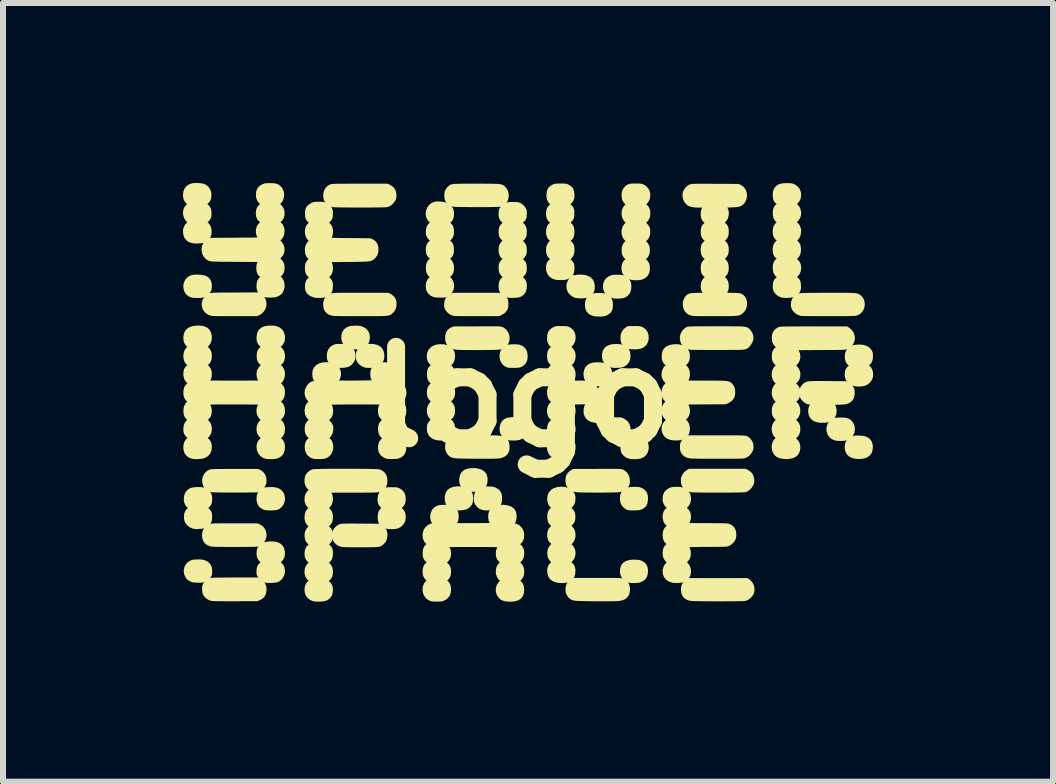
<source format=kicad_pcb>
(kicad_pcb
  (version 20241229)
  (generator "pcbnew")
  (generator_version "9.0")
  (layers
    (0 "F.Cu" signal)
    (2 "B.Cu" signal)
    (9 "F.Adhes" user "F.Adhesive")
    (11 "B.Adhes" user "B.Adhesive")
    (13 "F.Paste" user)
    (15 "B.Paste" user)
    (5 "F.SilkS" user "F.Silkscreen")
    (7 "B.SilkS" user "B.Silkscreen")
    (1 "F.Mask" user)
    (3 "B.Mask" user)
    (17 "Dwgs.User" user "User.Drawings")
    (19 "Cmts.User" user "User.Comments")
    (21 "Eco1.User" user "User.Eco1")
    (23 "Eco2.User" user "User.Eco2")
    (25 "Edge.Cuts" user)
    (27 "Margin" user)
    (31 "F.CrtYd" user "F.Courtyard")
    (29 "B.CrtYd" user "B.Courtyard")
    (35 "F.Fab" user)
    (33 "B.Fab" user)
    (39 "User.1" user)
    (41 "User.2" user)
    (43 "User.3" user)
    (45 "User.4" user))
  (footprint "logo"
    (layer "F.Cu")
    (at 5.657 3.566)
    (property "Reference" "logo" (at 0 0 0) (layer "F.SilkS") (effects (font (size 1.524 1.524) (thickness 0.3))))
    (attr through_hole)
    (fp_poly (pts (xy 1.446 0.206) (xy 1.446 0.244) (xy 1.438 0.288) (xy 1.419 0.324) (xy 1.391 0.351) (xy 1.354 0.37) (xy 1.308 0.381) (xy 1.252 0.383) (xy 1.212 0.38) (xy 1.164 0.37) (xy 1.126 0.351) (xy 1.097 0.325) (xy 1.078 0.291) (xy 1.071 0.26) (xy 1.07 0.225) (xy 1.075 0.188) (xy 1.086 0.155) (xy 1.095 0.139) (xy 1.118 0.115) (xy 1.151 0.097) (xy 1.191 0.085) (xy 1.238 0.079) (xy 1.29 0.081) (xy 1.302 0.082) (xy 1.352 0.092) (xy 1.391 0.11) (xy 1.419 0.134) (xy 1.438 0.166) (xy 1.446 0.206)) (stroke (width 0.1) (type solid)) (fill yes) (layer "F.SilkS"))
    (fp_poly (pts (xy 1.752 -0.684) (xy 1.748 -0.639) (xy 1.733 -0.602) (xy 1.708 -0.572) (xy 1.683 -0.555) (xy 1.666 -0.546) (xy 1.65 -0.541) (xy 1.632 -0.537) (xy 1.608 -0.535) (xy 1.581 -0.534) (xy 1.55 -0.534) (xy 1.522 -0.535) (xy 1.499 -0.537) (xy 1.49 -0.539) (xy 1.448 -0.555) (xy 1.415 -0.58) (xy 1.392 -0.612) (xy 1.379 -0.651) (xy 1.376 -0.696) (xy 1.379 -0.716) (xy 1.389 -0.754) (xy 1.408 -0.784) (xy 1.436 -0.806) (xy 1.474 -0.822) (xy 1.521 -0.83) (xy 1.568 -0.832) (xy 1.624 -0.829) (xy 1.669 -0.818) (xy 1.704 -0.8) (xy 1.729 -0.774) (xy 1.745 -0.74) (xy 1.752 -0.698) (xy 1.752 -0.684)) (stroke (width 0.1) (type solid)) (fill yes) (layer "F.SilkS"))
    (fp_poly (pts (xy -2.351 -0.701) (xy -2.352 -0.654) (xy -2.364 -0.614) (xy -2.386 -0.581) (xy -2.418 -0.556) (xy -2.432 -0.549) (xy -2.453 -0.543) (xy -2.482 -0.538) (xy -2.516 -0.535) (xy -2.551 -0.533) (xy -2.583 -0.534) (xy -2.608 -0.537) (xy -2.613 -0.538) (xy -2.647 -0.551) (xy -2.678 -0.573) (xy -2.704 -0.599) (xy -2.715 -0.615) (xy -2.725 -0.646) (xy -2.728 -0.683) (xy -2.723 -0.721) (xy -2.712 -0.756) (xy -2.704 -0.77) (xy -2.679 -0.796) (xy -2.644 -0.815) (xy -2.602 -0.828) (xy -2.554 -0.834) (xy -2.501 -0.833) (xy -2.484 -0.831) (xy -2.438 -0.82) (xy -2.402 -0.802) (xy -2.376 -0.778) (xy -2.36 -0.745) (xy -2.351 -0.704) (xy -2.351 -0.701)) (stroke (width 0.1) (type solid)) (fill yes) (layer "F.SilkS"))
    (fp_poly (pts (xy 1.448 -0.388) (xy 1.443 -0.341) (xy 1.428 -0.302) (xy 1.403 -0.27) (xy 1.37 -0.247) (xy 1.362 -0.243) (xy 1.34 -0.237) (xy 1.31 -0.233) (xy 1.274 -0.23) (xy 1.238 -0.23) (xy 1.204 -0.232) (xy 1.178 -0.236) (xy 1.174 -0.236) (xy 1.134 -0.253) (xy 1.103 -0.278) (xy 1.083 -0.31) (xy 1.073 -0.343) (xy 1.069 -0.389) (xy 1.076 -0.43) (xy 1.092 -0.466) (xy 1.118 -0.494) (xy 1.152 -0.513) (xy 1.153 -0.513) (xy 1.185 -0.522) (xy 1.224 -0.526) (xy 1.266 -0.527) (xy 1.308 -0.525) (xy 1.345 -0.518) (xy 1.374 -0.509) (xy 1.376 -0.508) (xy 1.409 -0.484) (xy 1.433 -0.453) (xy 1.445 -0.416) (xy 1.448 -0.388)) (stroke (width 0.1) (type solid)) (fill yes) (layer "F.SilkS"))
    (fp_poly (pts (xy 2.044 2.896) (xy 2.041 2.942) (xy 2.03 2.98) (xy 2.009 3.01) (xy 1.977 3.032) (xy 1.946 3.045) (xy 1.923 3.049) (xy 1.892 3.052) (xy 1.858 3.053) (xy 1.825 3.052) (xy 1.797 3.05) (xy 1.788 3.048) (xy 1.747 3.032) (xy 1.715 3.007) (xy 1.692 2.975) (xy 1.679 2.935) (xy 1.677 2.907) (xy 1.681 2.863) (xy 1.693 2.828) (xy 1.715 2.801) (xy 1.745 2.781) (xy 1.785 2.769) (xy 1.836 2.763) (xy 1.876 2.763) (xy 1.909 2.765) (xy 1.934 2.767) (xy 1.952 2.771) (xy 1.968 2.777) (xy 1.977 2.782) (xy 2.007 2.8) (xy 2.027 2.824) (xy 2.039 2.855) (xy 2.044 2.894) (xy 2.044 2.896)) (stroke (width 0.1) (type solid)) (fill yes) (layer "F.SilkS"))
    (fp_poly (pts (xy -5.226 -1.862) (xy -5.226 -1.828) (xy -5.231 -1.797) (xy -5.236 -1.783) (xy -5.253 -1.758) (xy -5.278 -1.734) (xy -5.306 -1.715) (xy -5.331 -1.705) (xy -5.355 -1.701) (xy -5.388 -1.699) (xy -5.424 -1.699) (xy -5.46 -1.7) (xy -5.491 -1.703) (xy -5.512 -1.708) (xy -5.545 -1.724) (xy -5.571 -1.749) (xy -5.589 -1.779) (xy -5.599 -1.814) (xy -5.601 -1.851) (xy -5.595 -1.887) (xy -5.58 -1.921) (xy -5.557 -1.95) (xy -5.539 -1.963) (xy -5.518 -1.975) (xy -5.495 -1.983) (xy -5.468 -1.988) (xy -5.433 -1.989) (xy -5.389 -1.988) (xy -5.34 -1.983) (xy -5.302 -1.974) (xy -5.273 -1.96) (xy -5.251 -1.939) (xy -5.239 -1.919) (xy -5.23 -1.894) (xy -5.226 -1.862)) (stroke (width 0.1) (type solid)) (fill yes) (layer "F.SilkS"))
    (fp_poly (pts (xy -0.629 1.384) (xy -0.634 1.431) (xy -0.648 1.468) (xy -0.671 1.497) (xy -0.703 1.518) (xy -0.72 1.524) (xy -0.744 1.528) (xy -0.776 1.531) (xy -0.812 1.532) (xy -0.848 1.532) (xy -0.88 1.53) (xy -0.903 1.526) (xy -0.929 1.514) (xy -0.956 1.493) (xy -0.979 1.468) (xy -0.994 1.442) (xy -0.994 1.441) (xy -1.001 1.418) (xy -1.003 1.391) (xy -1.002 1.368) (xy -0.994 1.326) (xy -0.978 1.292) (xy -0.952 1.267) (xy -0.916 1.249) (xy -0.871 1.239) (xy -0.849 1.237) (xy -0.792 1.237) (xy -0.743 1.244) (xy -0.701 1.258) (xy -0.668 1.278) (xy -0.646 1.305) (xy -0.641 1.313) (xy -0.632 1.344) (xy -0.629 1.384) (xy -0.629 1.384)) (stroke (width 0.1) (type solid)) (fill yes) (layer "F.SilkS"))
    (fp_poly (pts (xy 2.056 -0.978) (xy 2.056 -0.975) (xy 2.047 -0.932) (xy 2.028 -0.897) (xy 2 -0.871) (xy 1.964 -0.853) (xy 1.962 -0.853) (xy 1.936 -0.847) (xy 1.903 -0.844) (xy 1.865 -0.843) (xy 1.829 -0.844) (xy 1.796 -0.846) (xy 1.772 -0.851) (xy 1.769 -0.852) (xy 1.735 -0.868) (xy 1.711 -0.89) (xy 1.695 -0.919) (xy 1.687 -0.956) (xy 1.686 -0.985) (xy 1.689 -1.028) (xy 1.701 -1.063) (xy 1.721 -1.091) (xy 1.745 -1.112) (xy 1.773 -1.131) (xy 1.866 -1.131) (xy 1.903 -1.131) (xy 1.93 -1.13) (xy 1.95 -1.128) (xy 1.964 -1.126) (xy 1.976 -1.122) (xy 1.985 -1.117) (xy 2.019 -1.093) (xy 2.042 -1.061) (xy 2.054 -1.023) (xy 2.056 -0.978)) (stroke (width 0.1) (type solid)) (fill yes) (layer "F.SilkS"))
    (fp_poly (pts (xy -0.873 1.692) (xy -0.873 1.721) (xy -0.875 1.741) (xy -0.878 1.755) (xy -0.884 1.768) (xy -0.891 1.78) (xy -0.913 1.805) (xy -0.942 1.823) (xy -0.979 1.835) (xy -1.026 1.841) (xy -1.044 1.842) (xy -1.085 1.842) (xy -1.118 1.839) (xy -1.138 1.835) (xy -1.179 1.819) (xy -1.209 1.796) (xy -1.23 1.766) (xy -1.241 1.727) (xy -1.243 1.706) (xy -1.242 1.658) (xy -1.232 1.619) (xy -1.212 1.587) (xy -1.182 1.564) (xy -1.143 1.549) (xy -1.094 1.541) (xy -1.044 1.541) (xy -0.992 1.546) (xy -0.951 1.557) (xy -0.919 1.574) (xy -0.895 1.598) (xy -0.89 1.605) (xy -0.882 1.618) (xy -0.877 1.631) (xy -0.874 1.646) (xy -0.873 1.668) (xy -0.873 1.692)) (stroke (width 0.1) (type solid)) (fill yes) (layer "F.SilkS"))
    (fp_poly (pts (xy 0.038 0.552) (xy 0.036 0.572) (xy 0.032 0.588) (xy 0.026 0.601) (xy 0.003 0.632) (xy -0.029 0.656) (xy -0.061 0.669) (xy -0.084 0.673) (xy -0.114 0.676) (xy -0.149 0.677) (xy -0.182 0.676) (xy -0.21 0.674) (xy -0.219 0.672) (xy -0.259 0.656) (xy -0.293 0.63) (xy -0.318 0.595) (xy -0.32 0.591) (xy -0.328 0.563) (xy -0.33 0.529) (xy -0.326 0.494) (xy -0.316 0.462) (xy -0.314 0.459) (xy -0.297 0.432) (xy -0.274 0.412) (xy -0.244 0.398) (xy -0.206 0.39) (xy -0.158 0.387) (xy -0.129 0.387) (xy -0.077 0.392) (xy -0.037 0.402) (xy -0.006 0.417) (xy 0.016 0.44) (xy 0.029 0.471) (xy 0.036 0.509) (xy 0.037 0.523) (xy 0.038 0.552)) (stroke (width 0.1) (type solid)) (fill yes) (layer "F.SilkS"))
    (fp_poly (pts (xy 2.056 0.825) (xy 2.056 0.856) (xy 2.047 0.899) (xy 2.028 0.934) (xy 2 0.96) (xy 1.963 0.978) (xy 1.949 0.982) (xy 1.926 0.985) (xy 1.896 0.987) (xy 1.862 0.987) (xy 1.83 0.986) (xy 1.803 0.984) (xy 1.793 0.982) (xy 1.76 0.97) (xy 1.731 0.951) (xy 1.708 0.928) (xy 1.7 0.917) (xy 1.692 0.897) (xy 1.688 0.876) (xy 1.686 0.847) (xy 1.686 0.843) (xy 1.688 0.808) (xy 1.695 0.781) (xy 1.708 0.759) (xy 1.725 0.739) (xy 1.748 0.719) (xy 1.771 0.706) (xy 1.799 0.698) (xy 1.835 0.695) (xy 1.857 0.695) (xy 1.916 0.698) (xy 1.965 0.709) (xy 2.003 0.727) (xy 2.031 0.752) (xy 2.049 0.785) (xy 2.056 0.825)) (stroke (width 0.1) (type solid)) (fill yes) (layer "F.SilkS"))
    (fp_poly (pts (xy 5.792 0.827) (xy 5.79 0.864) (xy 5.783 0.898) (xy 5.778 0.911) (xy 5.758 0.939) (xy 5.729 0.961) (xy 5.695 0.975) (xy 5.678 0.979) (xy 5.647 0.983) (xy 5.624 0.985) (xy 5.605 0.985) (xy 5.585 0.984) (xy 5.565 0.982) (xy 5.517 0.972) (xy 5.479 0.955) (xy 5.451 0.929) (xy 5.432 0.896) (xy 5.424 0.854) (xy 5.423 0.836) (xy 5.428 0.792) (xy 5.443 0.756) (xy 5.467 0.727) (xy 5.501 0.707) (xy 5.504 0.705) (xy 5.524 0.699) (xy 5.549 0.696) (xy 5.582 0.694) (xy 5.601 0.694) (xy 5.653 0.697) (xy 5.696 0.704) (xy 5.729 0.716) (xy 5.755 0.735) (xy 5.774 0.76) (xy 5.777 0.764) (xy 5.787 0.792) (xy 5.792 0.827)) (stroke (width 0.1) (type solid)) (fill yes) (layer "F.SilkS"))
    (fp_poly (pts (xy 1.767 -1.834) (xy 1.762 -1.79) (xy 1.747 -1.752) (xy 1.724 -1.724) (xy 1.694 -1.704) (xy 1.678 -1.698) (xy 1.646 -1.692) (xy 1.608 -1.689) (xy 1.568 -1.689) (xy 1.532 -1.691) (xy 1.528 -1.692) (xy 1.483 -1.704) (xy 1.447 -1.726) (xy 1.419 -1.756) (xy 1.401 -1.792) (xy 1.394 -1.835) (xy 1.397 -1.876) (xy 1.41 -1.913) (xy 1.432 -1.943) (xy 1.465 -1.966) (xy 1.473 -1.97) (xy 1.49 -1.977) (xy 1.505 -1.982) (xy 1.523 -1.985) (xy 1.546 -1.986) (xy 1.578 -1.986) (xy 1.581 -1.986) (xy 1.624 -1.985) (xy 1.657 -1.982) (xy 1.682 -1.976) (xy 1.704 -1.965) (xy 1.724 -1.951) (xy 1.728 -1.947) (xy 1.747 -1.925) (xy 1.76 -1.899) (xy 1.766 -1.867) (xy 1.767 -1.834)) (stroke (width 0.1) (type solid)) (fill yes) (layer "F.SilkS"))
    (fp_poly (pts (xy -2.832 -0.692) (xy -2.835 -0.65) (xy -2.839 -0.632) (xy -2.853 -0.603) (xy -2.876 -0.576) (xy -2.904 -0.554) (xy -2.914 -0.549) (xy -2.94 -0.542) (xy -2.974 -0.536) (xy -3.013 -0.534) (xy -3.052 -0.534) (xy -3.086 -0.538) (xy -3.105 -0.542) (xy -3.146 -0.559) (xy -3.177 -0.584) (xy -3.198 -0.616) (xy -3.209 -0.656) (xy -3.209 -0.702) (xy -3.207 -0.719) (xy -3.196 -0.757) (xy -3.178 -0.787) (xy -3.149 -0.81) (xy -3.14 -0.816) (xy -3.126 -0.823) (xy -3.114 -0.828) (xy -3.1 -0.831) (xy -3.082 -0.832) (xy -3.057 -0.833) (xy -3.026 -0.833) (xy -2.985 -0.832) (xy -2.953 -0.829) (xy -2.929 -0.825) (xy -2.909 -0.817) (xy -2.89 -0.805) (xy -2.876 -0.794) (xy -2.853 -0.767) (xy -2.838 -0.732) (xy -2.832 -0.692)) (stroke (width 0.1) (type solid)) (fill yes) (layer "F.SilkS"))
    (fp_poly (pts (xy -2.592 -0.992) (xy -2.593 -0.974) (xy -2.602 -0.932) (xy -2.621 -0.896) (xy -2.649 -0.869) (xy -2.685 -0.851) (xy -2.692 -0.849) (xy -2.712 -0.846) (xy -2.74 -0.844) (xy -2.773 -0.843) (xy -2.807 -0.844) (xy -2.837 -0.846) (xy -2.861 -0.849) (xy -2.871 -0.851) (xy -2.91 -0.871) (xy -2.939 -0.899) (xy -2.959 -0.935) (xy -2.969 -0.975) (xy -2.967 -1.02) (xy -2.965 -1.03) (xy -2.955 -1.063) (xy -2.936 -1.09) (xy -2.936 -1.09) (xy -2.915 -1.109) (xy -2.892 -1.122) (xy -2.864 -1.131) (xy -2.829 -1.136) (xy -2.783 -1.137) (xy -2.781 -1.137) (xy -2.747 -1.137) (xy -2.723 -1.135) (xy -2.704 -1.132) (xy -2.688 -1.127) (xy -2.675 -1.122) (xy -2.638 -1.1) (xy -2.612 -1.071) (xy -2.597 -1.035) (xy -2.592 -0.992)) (stroke (width 0.1) (type solid)) (fill yes) (layer "F.SilkS"))
    (fp_poly (pts (xy -5.22 2.912) (xy -5.221 2.937) (xy -5.223 2.95) (xy -5.232 2.971) (xy -5.249 2.994) (xy -5.272 3.016) (xy -5.296 3.033) (xy -5.313 3.04) (xy -5.334 3.044) (xy -5.365 3.046) (xy -5.4 3.047) (xy -5.435 3.046) (xy -5.467 3.044) (xy -5.492 3.04) (xy -5.497 3.038) (xy -5.534 3.021) (xy -5.564 2.994) (xy -5.581 2.965) (xy -5.592 2.925) (xy -5.593 2.885) (xy -5.583 2.847) (xy -5.564 2.814) (xy -5.536 2.787) (xy -5.507 2.771) (xy -5.488 2.765) (xy -5.465 2.761) (xy -5.435 2.76) (xy -5.404 2.759) (xy -5.371 2.759) (xy -5.348 2.761) (xy -5.331 2.763) (xy -5.315 2.768) (xy -5.299 2.775) (xy -5.294 2.777) (xy -5.26 2.798) (xy -5.238 2.824) (xy -5.225 2.856) (xy -5.221 2.887) (xy -5.22 2.912)) (stroke (width 0.1) (type solid)) (fill yes) (layer "F.SilkS"))
    (fp_poly (pts (xy -4.006 1.698) (xy -4.012 1.736) (xy -4.026 1.772) (xy -4.049 1.802) (xy -4.073 1.821) (xy -4.087 1.829) (xy -4.099 1.835) (xy -4.112 1.838) (xy -4.13 1.84) (xy -4.155 1.841) (xy -4.184 1.842) (xy -4.216 1.842) (xy -4.245 1.841) (xy -4.267 1.84) (xy -4.28 1.838) (xy -4.28 1.838) (xy -4.32 1.82) (xy -4.35 1.796) (xy -4.369 1.764) (xy -4.38 1.724) (xy -4.381 1.693) (xy -4.377 1.651) (xy -4.365 1.617) (xy -4.343 1.59) (xy -4.321 1.574) (xy -4.307 1.566) (xy -4.294 1.561) (xy -4.28 1.557) (xy -4.26 1.555) (xy -4.232 1.554) (xy -4.216 1.553) (xy -4.166 1.553) (xy -4.126 1.557) (xy -4.094 1.565) (xy -4.068 1.577) (xy -4.046 1.595) (xy -4.023 1.625) (xy -4.01 1.66) (xy -4.006 1.698)) (stroke (width 0.1) (type solid)) (fill yes) (layer "F.SilkS"))
    (fp_poly (pts (xy 0.038 -0.679) (xy 0.035 -0.637) (xy 0.025 -0.604) (xy 0.007 -0.578) (xy -0.02 -0.556) (xy -0.022 -0.554) (xy -0.035 -0.547) (xy -0.047 -0.541) (xy -0.06 -0.538) (xy -0.077 -0.536) (xy -0.102 -0.535) (xy -0.136 -0.534) (xy -0.169 -0.534) (xy -0.199 -0.535) (xy -0.223 -0.536) (xy -0.237 -0.538) (xy -0.238 -0.539) (xy -0.271 -0.555) (xy -0.298 -0.581) (xy -0.318 -0.615) (xy -0.329 -0.653) (xy -0.33 -0.675) (xy -0.326 -0.722) (xy -0.313 -0.76) (xy -0.291 -0.789) (xy -0.261 -0.81) (xy -0.249 -0.815) (xy -0.226 -0.821) (xy -0.195 -0.825) (xy -0.158 -0.827) (xy -0.121 -0.827) (xy -0.087 -0.825) (xy -0.059 -0.821) (xy -0.049 -0.818) (xy -0.013 -0.8) (xy 0.013 -0.775) (xy 0.03 -0.741) (xy 0.037 -0.699) (xy 0.038 -0.679)) (stroke (width 0.1) (type solid)) (fill yes) (layer "F.SilkS"))
    (fp_poly (pts (xy 5.493 0.536) (xy 5.487 0.581) (xy 5.486 0.586) (xy 5.473 0.612) (xy 5.452 0.637) (xy 5.426 0.659) (xy 5.398 0.674) (xy 5.389 0.677) (xy 5.365 0.681) (xy 5.334 0.683) (xy 5.299 0.684) (xy 5.266 0.683) (xy 5.238 0.68) (xy 5.219 0.676) (xy 5.182 0.659) (xy 5.155 0.638) (xy 5.136 0.61) (xy 5.134 0.607) (xy 5.121 0.567) (xy 5.118 0.527) (xy 5.126 0.488) (xy 5.144 0.453) (xy 5.171 0.424) (xy 5.184 0.415) (xy 5.198 0.407) (xy 5.211 0.401) (xy 5.225 0.398) (xy 5.244 0.396) (xy 5.271 0.395) (xy 5.293 0.394) (xy 5.338 0.394) (xy 5.373 0.396) (xy 5.4 0.401) (xy 5.422 0.409) (xy 5.441 0.422) (xy 5.446 0.426) (xy 5.472 0.457) (xy 5.488 0.494) (xy 5.493 0.536)) (stroke (width 0.1) (type solid)) (fill yes) (layer "F.SilkS"))
    (fp_poly (pts (xy -0.388 1.703) (xy -0.39 1.731) (xy -0.393 1.75) (xy -0.399 1.765) (xy -0.409 1.78) (xy -0.41 1.781) (xy -0.43 1.804) (xy -0.453 1.821) (xy -0.482 1.832) (xy -0.519 1.839) (xy -0.561 1.841) (xy -0.602 1.842) (xy -0.633 1.84) (xy -0.656 1.836) (xy -0.66 1.834) (xy -0.699 1.816) (xy -0.729 1.788) (xy -0.751 1.754) (xy -0.761 1.715) (xy -0.762 1.698) (xy -0.758 1.652) (xy -0.745 1.615) (xy -0.722 1.586) (xy -0.69 1.564) (xy -0.678 1.558) (xy -0.661 1.552) (xy -0.643 1.548) (xy -0.622 1.545) (xy -0.594 1.544) (xy -0.572 1.544) (xy -0.538 1.544) (xy -0.513 1.545) (xy -0.494 1.548) (xy -0.478 1.553) (xy -0.467 1.558) (xy -0.434 1.576) (xy -0.41 1.598) (xy -0.396 1.626) (xy -0.389 1.661) (xy -0.388 1.703)) (stroke (width 0.1) (type solid)) (fill yes) (layer "F.SilkS"))
    (fp_poly (pts (xy -0.283 -1.549) (xy -0.283 -1.521) (xy -0.285 -1.502) (xy -0.29 -1.487) (xy -0.299 -1.47) (xy -0.302 -1.466) (xy -0.318 -1.444) (xy -0.339 -1.427) (xy -0.359 -1.416) (xy -0.396 -1.397) (xy -0.755 -1.396) (xy -0.822 -1.396) (xy -0.887 -1.396) (xy -0.946 -1.396) (xy -1.001 -1.397) (xy -1.048 -1.397) (xy -1.087 -1.398) (xy -1.117 -1.399) (xy -1.136 -1.4) (xy -1.143 -1.401) (xy -1.176 -1.414) (xy -1.209 -1.438) (xy -1.235 -1.469) (xy -1.245 -1.485) (xy -1.251 -1.5) (xy -1.254 -1.518) (xy -1.254 -1.542) (xy -1.25 -1.585) (xy -1.236 -1.62) (xy -1.212 -1.648) (xy -1.182 -1.668) (xy -1.148 -1.685) (xy -0.762 -1.685) (xy -0.376 -1.685) (xy -0.343 -1.668) (xy -0.316 -1.651) (xy -0.299 -1.631) (xy -0.288 -1.605) (xy -0.283 -1.57) (xy -0.283 -1.549)) (stroke (width 0.1) (type solid)) (fill yes) (layer "F.SilkS"))
    (fp_poly (pts (xy 1.46 -1.534) (xy 1.458 -1.493) (xy 1.449 -1.461) (xy 1.433 -1.437) (xy 1.408 -1.417) (xy 1.397 -1.41) (xy 1.379 -1.401) (xy 1.363 -1.396) (xy 1.345 -1.392) (xy 1.32 -1.391) (xy 1.299 -1.39) (xy 1.268 -1.39) (xy 1.239 -1.391) (xy 1.217 -1.392) (xy 1.209 -1.394) (xy 1.166 -1.407) (xy 1.133 -1.428) (xy 1.11 -1.455) (xy 1.097 -1.491) (xy 1.093 -1.535) (xy 1.093 -1.549) (xy 1.098 -1.588) (xy 1.111 -1.619) (xy 1.132 -1.643) (xy 1.163 -1.663) (xy 1.166 -1.664) (xy 1.184 -1.672) (xy 1.199 -1.677) (xy 1.215 -1.68) (xy 1.236 -1.682) (xy 1.266 -1.682) (xy 1.276 -1.682) (xy 1.319 -1.681) (xy 1.353 -1.678) (xy 1.378 -1.671) (xy 1.4 -1.661) (xy 1.416 -1.649) (xy 1.438 -1.626) (xy 1.452 -1.598) (xy 1.459 -1.562) (xy 1.46 -1.534)) (stroke (width 0.1) (type solid)) (fill yes) (layer "F.SilkS"))
    (fp_poly (pts (xy 2.044 1.702) (xy 2.044 1.704) (xy 2.039 1.745) (xy 2.03 1.777) (xy 2.013 1.801) (xy 1.988 1.819) (xy 1.977 1.826) (xy 1.962 1.832) (xy 1.947 1.836) (xy 1.929 1.839) (xy 1.905 1.841) (xy 1.871 1.842) (xy 1.867 1.842) (xy 1.835 1.842) (xy 1.805 1.841) (xy 1.782 1.839) (xy 1.768 1.837) (xy 1.742 1.824) (xy 1.716 1.802) (xy 1.696 1.776) (xy 1.69 1.766) (xy 1.68 1.735) (xy 1.676 1.699) (xy 1.678 1.662) (xy 1.686 1.629) (xy 1.688 1.625) (xy 1.704 1.597) (xy 1.726 1.577) (xy 1.753 1.562) (xy 1.789 1.554) (xy 1.834 1.55) (xy 1.861 1.549) (xy 1.904 1.55) (xy 1.937 1.553) (xy 1.963 1.56) (xy 1.984 1.57) (xy 2.001 1.582) (xy 2.022 1.604) (xy 2.036 1.63) (xy 2.043 1.662) (xy 2.044 1.702)) (stroke (width 0.1) (type solid)) (fill yes) (layer "F.SilkS"))
    (fp_poly (pts (xy 1.751 0.52) (xy 1.749 0.565) (xy 1.734 0.606) (xy 1.712 0.638) (xy 1.696 0.654) (xy 1.678 0.666) (xy 1.657 0.674) (xy 1.628 0.679) (xy 1.591 0.682) (xy 1.572 0.682) (xy 1.538 0.683) (xy 1.515 0.683) (xy 1.498 0.682) (xy 1.484 0.678) (xy 1.47 0.673) (xy 1.464 0.67) (xy 1.431 0.649) (xy 1.405 0.622) (xy 1.387 0.593) (xy 1.385 0.585) (xy 1.378 0.544) (xy 1.381 0.504) (xy 1.392 0.468) (xy 1.411 0.439) (xy 1.417 0.433) (xy 1.432 0.422) (xy 1.452 0.41) (xy 1.464 0.404) (xy 1.48 0.398) (xy 1.496 0.393) (xy 1.516 0.391) (xy 1.542 0.39) (xy 1.568 0.39) (xy 1.6 0.39) (xy 1.623 0.391) (xy 1.639 0.393) (xy 1.653 0.397) (xy 1.667 0.404) (xy 1.676 0.409) (xy 1.712 0.434) (xy 1.735 0.464) (xy 1.749 0.499) (xy 1.751 0.52)) (stroke (width 0.1) (type solid)) (fill yes) (layer "F.SilkS"))
    (fp_poly (pts (xy -4.315 -1.547) (xy -4.321 -1.509) (xy -4.335 -1.473) (xy -4.358 -1.442) (xy -4.39 -1.417) (xy -4.397 -1.413) (xy -4.429 -1.397) (xy -4.785 -1.396) (xy -4.852 -1.396) (xy -4.915 -1.396) (xy -4.975 -1.396) (xy -5.029 -1.397) (xy -5.076 -1.397) (xy -5.115 -1.398) (xy -5.145 -1.399) (xy -5.164 -1.4) (xy -5.17 -1.4) (xy -5.205 -1.41) (xy -5.235 -1.427) (xy -5.259 -1.45) (xy -5.283 -1.484) (xy -5.294 -1.521) (xy -5.295 -1.558) (xy -5.285 -1.595) (xy -5.265 -1.629) (xy -5.235 -1.659) (xy -5.21 -1.675) (xy -5.205 -1.678) (xy -5.199 -1.68) (xy -5.192 -1.682) (xy -5.182 -1.684) (xy -5.17 -1.685) (xy -5.153 -1.686) (xy -5.13 -1.687) (xy -5.102 -1.688) (xy -5.066 -1.689) (xy -5.021 -1.689) (xy -4.967 -1.69) (xy -4.903 -1.69) (xy -4.828 -1.69) (xy -4.799 -1.69) (xy -4.413 -1.692) (xy -4.385 -1.677) (xy -4.354 -1.652) (xy -4.332 -1.62) (xy -4.319 -1.584) (xy -4.315 -1.547)) (stroke (width 0.1) (type solid)) (fill yes) (layer "F.SilkS"))
    (fp_poly (pts (xy -4.314 1.399) (xy -4.318 1.43) (xy -4.332 1.467) (xy -4.357 1.499) (xy -4.392 1.523) (xy -4.402 1.528) (xy -4.435 1.543) (xy -4.788 1.544) (xy -4.855 1.544) (xy -4.918 1.544) (xy -4.978 1.543) (xy -5.032 1.543) (xy -5.078 1.542) (xy -5.117 1.542) (xy -5.147 1.541) (xy -5.165 1.54) (xy -5.171 1.539) (xy -5.209 1.528) (xy -5.241 1.509) (xy -5.264 1.485) (xy -5.269 1.475) (xy -5.284 1.431) (xy -5.288 1.388) (xy -5.281 1.348) (xy -5.263 1.312) (xy -5.236 1.282) (xy -5.211 1.265) (xy -5.205 1.262) (xy -5.2 1.26) (xy -5.193 1.258) (xy -5.184 1.256) (xy -5.171 1.255) (xy -5.155 1.254) (xy -5.133 1.253) (xy -5.105 1.252) (xy -5.07 1.252) (xy -5.027 1.252) (xy -4.975 1.251) (xy -4.912 1.251) (xy -4.838 1.251) (xy -4.797 1.251) (xy -4.41 1.251) (xy -4.383 1.266) (xy -4.353 1.289) (xy -4.331 1.32) (xy -4.318 1.358) (xy -4.314 1.399)) (stroke (width 0.1) (type solid)) (fill yes) (layer "F.SilkS"))
    (fp_poly (pts (xy -4.313 3.208) (xy -4.317 3.241) (xy -4.327 3.277) (xy -4.342 3.304) (xy -4.364 3.324) (xy -4.387 3.337) (xy -4.423 3.355) (xy -4.782 3.356) (xy -4.849 3.356) (xy -4.913 3.356) (xy -4.973 3.356) (xy -5.028 3.355) (xy -5.075 3.355) (xy -5.115 3.354) (xy -5.145 3.353) (xy -5.165 3.352) (xy -5.171 3.352) (xy -5.211 3.338) (xy -5.245 3.315) (xy -5.269 3.287) (xy -5.279 3.27) (xy -5.284 3.253) (xy -5.287 3.23) (xy -5.288 3.213) (xy -5.289 3.185) (xy -5.287 3.165) (xy -5.281 3.148) (xy -5.276 3.136) (xy -5.254 3.107) (xy -5.225 3.083) (xy -5.191 3.068) (xy -5.184 3.066) (xy -5.173 3.065) (xy -5.151 3.064) (xy -5.119 3.063) (xy -5.077 3.062) (xy -5.028 3.062) (xy -4.972 3.061) (xy -4.91 3.061) (xy -4.845 3.06) (xy -4.794 3.06) (xy -4.429 3.06) (xy -4.397 3.075) (xy -4.361 3.098) (xy -4.335 3.129) (xy -4.319 3.166) (xy -4.313 3.208)) (stroke (width 0.1) (type solid)) (fill yes) (layer "F.SilkS"))
    (fp_poly (pts (xy 3.819 3.206) (xy 3.818 3.232) (xy 3.814 3.251) (xy 3.806 3.27) (xy 3.8 3.279) (xy 3.775 3.311) (xy 3.743 3.336) (xy 3.709 3.351) (xy 3.705 3.352) (xy 3.694 3.353) (xy 3.672 3.354) (xy 3.64 3.355) (xy 3.599 3.355) (xy 3.551 3.356) (xy 3.496 3.356) (xy 3.437 3.356) (xy 3.374 3.357) (xy 3.309 3.357) (xy 3.243 3.357) (xy 3.177 3.357) (xy 3.113 3.356) (xy 3.052 3.356) (xy 2.995 3.356) (xy 2.944 3.355) (xy 2.9 3.354) (xy 2.865 3.354) (xy 2.838 3.353) (xy 2.823 3.352) (xy 2.823 3.352) (xy 2.777 3.342) (xy 2.741 3.324) (xy 2.716 3.299) (xy 2.7 3.265) (xy 2.693 3.223) (xy 2.693 3.2) (xy 2.7 3.159) (xy 2.717 3.124) (xy 2.745 3.094) (xy 2.754 3.088) (xy 2.777 3.07) (xy 3.258 3.07) (xy 3.739 3.07) (xy 3.763 3.089) (xy 3.793 3.12) (xy 3.812 3.156) (xy 3.819 3.197) (xy 3.819 3.206)) (stroke (width 0.1) (type solid)) (fill yes) (layer "F.SilkS"))
    (fp_poly (pts (xy 1.158 -1.84) (xy 1.155 -1.798) (xy 1.144 -1.764) (xy 1.124 -1.737) (xy 1.094 -1.716) (xy 1.089 -1.714) (xy 1.071 -1.705) (xy 1.055 -1.699) (xy 1.036 -1.696) (xy 1.013 -1.694) (xy 0.985 -1.693) (xy 0.94 -1.694) (xy 0.906 -1.697) (xy 0.89 -1.701) (xy 0.851 -1.72) (xy 0.818 -1.75) (xy 0.802 -1.772) (xy 0.789 -1.806) (xy 0.785 -1.845) (xy 0.79 -1.883) (xy 0.804 -1.919) (xy 0.826 -1.948) (xy 0.83 -1.951) (xy 0.842 -1.963) (xy 0.846 -1.969) (xy 0.842 -1.971) (xy 0.837 -1.971) (xy 0.83 -1.972) (xy 0.834 -1.975) (xy 0.844 -1.979) (xy 0.86 -1.982) (xy 0.867 -1.98) (xy 0.868 -1.978) (xy 0.876 -1.972) (xy 0.888 -1.97) (xy 0.901 -1.973) (xy 0.908 -1.978) (xy 0.908 -1.98) (xy 0.91 -1.985) (xy 0.919 -1.988) (xy 0.937 -1.989) (xy 0.957 -1.989) (xy 1.016 -1.986) (xy 1.064 -1.975) (xy 1.102 -1.957) (xy 1.13 -1.932) (xy 1.148 -1.899) (xy 1.157 -1.858) (xy 1.158 -1.84)) (stroke (width 0.1) (type solid)) (fill yes) (layer "F.SilkS"))
    (fp_poly (pts (xy 3.816 1.407) (xy 3.813 1.426) (xy 3.806 1.445) (xy 3.801 1.455) (xy 3.78 1.488) (xy 3.751 1.515) (xy 3.72 1.534) (xy 3.705 1.539) (xy 3.694 1.54) (xy 3.671 1.541) (xy 3.639 1.542) (xy 3.597 1.543) (xy 3.548 1.544) (xy 3.493 1.544) (xy 3.433 1.545) (xy 3.37 1.545) (xy 3.305 1.545) (xy 3.238 1.545) (xy 3.172 1.545) (xy 3.108 1.545) (xy 3.047 1.545) (xy 2.99 1.544) (xy 2.939 1.543) (xy 2.895 1.543) (xy 2.86 1.542) (xy 2.834 1.541) (xy 2.819 1.54) (xy 2.818 1.539) (xy 2.776 1.527) (xy 2.741 1.505) (xy 2.715 1.477) (xy 2.704 1.46) (xy 2.698 1.443) (xy 2.695 1.421) (xy 2.694 1.405) (xy 2.693 1.378) (xy 2.695 1.359) (xy 2.701 1.342) (xy 2.71 1.324) (xy 2.732 1.291) (xy 2.758 1.269) (xy 2.789 1.248) (xy 3.25 1.248) (xy 3.712 1.248) (xy 3.743 1.266) (xy 3.777 1.29) (xy 3.8 1.32) (xy 3.812 1.357) (xy 3.815 1.38) (xy 3.816 1.407)) (stroke (width 0.1) (type solid)) (fill yes) (layer "F.SilkS"))
    (fp_poly (pts (xy -2.299 2.301) (xy -2.304 2.347) (xy -2.318 2.386) (xy -2.344 2.417) (xy -2.377 2.441) (xy -2.384 2.444) (xy -2.391 2.447) (xy -2.399 2.449) (xy -2.41 2.451) (xy -2.424 2.453) (xy -2.444 2.454) (xy -2.47 2.454) (xy -2.503 2.455) (xy -2.545 2.455) (xy -2.597 2.456) (xy -2.66 2.456) (xy -2.686 2.456) (xy -2.746 2.456) (xy -2.803 2.456) (xy -2.855 2.456) (xy -2.902 2.455) (xy -2.941 2.454) (xy -2.972 2.454) (xy -2.992 2.453) (xy -2.999 2.452) (xy -3.041 2.439) (xy -3.076 2.417) (xy -3.102 2.387) (xy -3.118 2.35) (xy -3.124 2.309) (xy -3.121 2.277) (xy -3.114 2.249) (xy -3.112 2.246) (xy -3.096 2.22) (xy -3.072 2.195) (xy -3.045 2.176) (xy -3.025 2.167) (xy -3.013 2.165) (xy -2.991 2.163) (xy -2.96 2.162) (xy -2.917 2.162) (xy -2.863 2.161) (xy -2.798 2.161) (xy -2.72 2.162) (xy -2.695 2.162) (xy -2.39 2.164) (xy -2.359 2.183) (xy -2.33 2.206) (xy -2.311 2.235) (xy -2.301 2.271) (xy -2.299 2.301)) (stroke (width 0.1) (type solid)) (fill yes) (layer "F.SilkS"))
    (fp_poly (pts (xy 1.745 3.19) (xy 1.744 3.227) (xy 1.735 3.268) (xy 1.718 3.301) (xy 1.692 3.325) (xy 1.656 3.342) (xy 1.612 3.351) (xy 1.595 3.353) (xy 1.568 3.354) (xy 1.53 3.355) (xy 1.485 3.356) (xy 1.433 3.356) (xy 1.377 3.356) (xy 1.318 3.357) (xy 1.257 3.356) (xy 1.196 3.356) (xy 1.137 3.356) (xy 1.082 3.355) (xy 1.031 3.354) (xy 0.987 3.353) (xy 0.951 3.352) (xy 0.946 3.352) (xy 0.905 3.349) (xy 0.874 3.346) (xy 0.851 3.341) (xy 0.833 3.333) (xy 0.818 3.322) (xy 0.803 3.306) (xy 0.802 3.305) (xy 0.783 3.277) (xy 0.772 3.246) (xy 0.769 3.208) (xy 0.769 3.194) (xy 0.776 3.154) (xy 0.79 3.123) (xy 0.814 3.098) (xy 0.839 3.083) (xy 0.872 3.067) (xy 1.253 3.067) (xy 1.343 3.067) (xy 1.421 3.067) (xy 1.487 3.067) (xy 1.542 3.068) (xy 1.586 3.069) (xy 1.619 3.07) (xy 1.642 3.072) (xy 1.656 3.073) (xy 1.658 3.074) (xy 1.692 3.09) (xy 1.719 3.116) (xy 1.736 3.149) (xy 1.745 3.19)) (stroke (width 0.1) (type solid)) (fill yes) (layer "F.SilkS"))
    (fp_poly (pts (xy -0.262 -0.983) (xy -0.266 -0.943) (xy -0.282 -0.904) (xy -0.282 -0.903) (xy -0.302 -0.877) (xy -0.327 -0.858) (xy -0.359 -0.845) (xy -0.401 -0.837) (xy -0.414 -0.836) (xy -0.434 -0.835) (xy -0.465 -0.834) (xy -0.505 -0.833) (xy -0.553 -0.832) (xy -0.607 -0.832) (xy -0.665 -0.831) (xy -0.725 -0.831) (xy -0.786 -0.831) (xy -0.846 -0.831) (xy -0.904 -0.832) (xy -0.957 -0.832) (xy -1.005 -0.833) (xy -1.044 -0.834) (xy -1.074 -0.835) (xy -1.092 -0.836) (xy -1.141 -0.845) (xy -1.18 -0.862) (xy -1.208 -0.886) (xy -1.227 -0.918) (xy -1.236 -0.958) (xy -1.237 -0.999) (xy -1.231 -1.039) (xy -1.218 -1.07) (xy -1.196 -1.094) (xy -1.17 -1.11) (xy -1.14 -1.125) (xy -0.754 -1.126) (xy -0.674 -1.127) (xy -0.606 -1.127) (xy -0.549 -1.127) (xy -0.502 -1.127) (xy -0.463 -1.127) (xy -0.431 -1.126) (xy -0.407 -1.126) (xy -0.388 -1.125) (xy -0.374 -1.124) (xy -0.363 -1.122) (xy -0.356 -1.12) (xy -0.349 -1.118) (xy -0.344 -1.116) (xy -0.344 -1.116) (xy -0.31 -1.092) (xy -0.284 -1.06) (xy -0.268 -1.023) (xy -0.262 -0.983)) (stroke (width 0.1) (type solid)) (fill yes) (layer "F.SilkS"))
    (fp_poly (pts (xy -4.314 2.299) (xy -4.318 2.337) (xy -4.332 2.373) (xy -4.355 2.406) (xy -4.376 2.424) (xy -4.396 2.436) (xy -4.417 2.445) (xy -4.419 2.446) (xy -4.43 2.447) (xy -4.452 2.448) (xy -4.484 2.449) (xy -4.525 2.45) (xy -4.572 2.45) (xy -4.625 2.451) (xy -4.682 2.451) (xy -4.742 2.451) (xy -4.804 2.451) (xy -4.865 2.451) (xy -4.924 2.451) (xy -4.981 2.45) (xy -5.033 2.45) (xy -5.079 2.449) (xy -5.118 2.448) (xy -5.149 2.447) (xy -5.169 2.446) (xy -5.177 2.445) (xy -5.22 2.431) (xy -5.252 2.409) (xy -5.274 2.381) (xy -5.286 2.344) (xy -5.29 2.303) (xy -5.284 2.259) (xy -5.269 2.223) (xy -5.242 2.193) (xy -5.21 2.171) (xy -5.205 2.168) (xy -5.199 2.166) (xy -5.192 2.164) (xy -5.183 2.162) (xy -5.17 2.161) (xy -5.153 2.16) (xy -5.131 2.159) (xy -5.103 2.158) (xy -5.067 2.158) (xy -5.023 2.158) (xy -4.969 2.157) (xy -4.905 2.157) (xy -4.83 2.157) (xy -4.804 2.157) (xy -4.422 2.157) (xy -4.391 2.173) (xy -4.358 2.197) (xy -4.334 2.227) (xy -4.319 2.262) (xy -4.314 2.299)) (stroke (width 0.1) (type solid)) (fill yes) (layer "F.SilkS"))
    (fp_poly (pts (xy 1.743 1.397) (xy 1.742 1.425) (xy 1.738 1.445) (xy 1.73 1.463) (xy 1.725 1.472) (xy 1.706 1.497) (xy 1.683 1.516) (xy 1.654 1.529) (xy 1.615 1.537) (xy 1.589 1.54) (xy 1.568 1.541) (xy 1.536 1.542) (xy 1.495 1.543) (xy 1.447 1.544) (xy 1.393 1.544) (xy 1.335 1.545) (xy 1.274 1.545) (xy 1.213 1.545) (xy 1.154 1.544) (xy 1.096 1.544) (xy 1.044 1.543) (xy 0.997 1.543) (xy 0.959 1.542) (xy 0.93 1.54) (xy 0.914 1.539) (xy 0.881 1.535) (xy 0.857 1.53) (xy 0.837 1.521) (xy 0.819 1.509) (xy 0.813 1.504) (xy 0.79 1.478) (xy 0.775 1.445) (xy 0.769 1.404) (xy 0.768 1.39) (xy 0.772 1.348) (xy 0.784 1.315) (xy 0.805 1.288) (xy 0.829 1.27) (xy 0.859 1.251) (xy 1.249 1.25) (xy 1.329 1.249) (xy 1.397 1.249) (xy 1.455 1.249) (xy 1.503 1.249) (xy 1.542 1.249) (xy 1.574 1.249) (xy 1.599 1.25) (xy 1.618 1.251) (xy 1.632 1.252) (xy 1.643 1.254) (xy 1.65 1.255) (xy 1.657 1.257) (xy 1.662 1.26) (xy 1.662 1.26) (xy 1.698 1.285) (xy 1.723 1.317) (xy 1.738 1.356) (xy 1.743 1.397)) (stroke (width 0.1) (type solid)) (fill yes) (layer "F.SilkS"))
    (fp_poly (pts (xy -2.149 -3.361) (xy -2.15 -3.335) (xy -2.153 -3.316) (xy -2.16 -3.299) (xy -2.169 -3.285) (xy -2.194 -3.253) (xy -2.226 -3.228) (xy -2.26 -3.213) (xy -2.264 -3.212) (xy -2.275 -3.211) (xy -2.297 -3.21) (xy -2.33 -3.209) (xy -2.371 -3.209) (xy -2.419 -3.208) (xy -2.474 -3.208) (xy -2.533 -3.207) (xy -2.596 -3.207) (xy -2.661 -3.207) (xy -2.728 -3.207) (xy -2.793 -3.207) (xy -2.857 -3.207) (xy -2.918 -3.208) (xy -2.975 -3.208) (xy -3.026 -3.209) (xy -3.07 -3.209) (xy -3.105 -3.21) (xy -3.132 -3.211) (xy -3.147 -3.212) (xy -3.148 -3.212) (xy -3.19 -3.224) (xy -3.224 -3.245) (xy -3.25 -3.275) (xy -3.265 -3.312) (xy -3.27 -3.355) (xy -3.265 -3.401) (xy -3.25 -3.439) (xy -3.224 -3.47) (xy -3.194 -3.491) (xy -3.188 -3.494) (xy -3.183 -3.496) (xy -3.175 -3.497) (xy -3.165 -3.499) (xy -3.152 -3.5) (xy -3.134 -3.501) (xy -3.111 -3.502) (xy -3.082 -3.503) (xy -3.046 -3.503) (xy -3.002 -3.503) (xy -2.949 -3.503) (xy -2.886 -3.504) (xy -2.812 -3.504) (xy -2.727 -3.504) (xy -2.712 -3.504) (xy -2.256 -3.504) (xy -2.222 -3.486) (xy -2.188 -3.463) (xy -2.165 -3.434) (xy -2.153 -3.398) (xy -2.149 -3.361)) (stroke (width 0.1) (type solid)) (fill yes) (layer "F.SilkS"))
    (fp_poly (pts (xy -0.264 0.83) (xy -0.264 0.859) (xy -0.267 0.879) (xy -0.271 0.895) (xy -0.279 0.911) (xy -0.301 0.939) (xy -0.33 0.958) (xy -0.369 0.971) (xy -0.394 0.976) (xy -0.411 0.977) (xy -0.439 0.978) (xy -0.476 0.979) (xy -0.522 0.98) (xy -0.573 0.98) (xy -0.629 0.98) (xy -0.689 0.981) (xy -0.75 0.981) (xy -0.81 0.98) (xy -0.869 0.98) (xy -0.925 0.979) (xy -0.976 0.978) (xy -1.02 0.977) (xy -1.056 0.976) (xy -1.06 0.976) (xy -1.101 0.974) (xy -1.132 0.97) (xy -1.155 0.965) (xy -1.173 0.957) (xy -1.189 0.946) (xy -1.204 0.93) (xy -1.205 0.929) (xy -1.224 0.901) (xy -1.235 0.87) (xy -1.238 0.832) (xy -1.237 0.818) (xy -1.231 0.778) (xy -1.216 0.747) (xy -1.193 0.722) (xy -1.168 0.707) (xy -1.134 0.691) (xy -0.752 0.691) (xy -0.67 0.691) (xy -0.6 0.691) (xy -0.541 0.691) (xy -0.491 0.691) (xy -0.45 0.692) (xy -0.417 0.693) (xy -0.39 0.695) (xy -0.369 0.697) (xy -0.352 0.699) (xy -0.34 0.702) (xy -0.329 0.706) (xy -0.321 0.71) (xy -0.313 0.716) (xy -0.306 0.72) (xy -0.287 0.738) (xy -0.274 0.758) (xy -0.267 0.784) (xy -0.264 0.819) (xy -0.264 0.83)) (stroke (width 0.1) (type solid)) (fill yes) (layer "F.SilkS"))
    (fp_poly (pts (xy 3.804 0.832) (xy 3.798 0.87) (xy 3.781 0.906) (xy 3.756 0.937) (xy 3.725 0.961) (xy 3.689 0.975) (xy 3.689 0.975) (xy 3.677 0.976) (xy 3.653 0.978) (xy 3.619 0.979) (xy 3.577 0.979) (xy 3.528 0.98) (xy 3.472 0.981) (xy 3.411 0.981) (xy 3.348 0.981) (xy 3.282 0.981) (xy 3.215 0.981) (xy 3.149 0.981) (xy 3.085 0.981) (xy 3.024 0.98) (xy 2.967 0.98) (xy 2.917 0.979) (xy 2.873 0.978) (xy 2.839 0.977) (xy 2.814 0.976) (xy 2.801 0.975) (xy 2.757 0.965) (xy 2.722 0.946) (xy 2.697 0.918) (xy 2.693 0.911) (xy 2.684 0.893) (xy 2.679 0.874) (xy 2.677 0.849) (xy 2.677 0.836) (xy 2.677 0.809) (xy 2.68 0.79) (xy 2.686 0.773) (xy 2.695 0.758) (xy 2.716 0.73) (xy 2.742 0.709) (xy 2.771 0.691) (xy 3.238 0.691) (xy 3.326 0.691) (xy 3.402 0.691) (xy 3.468 0.691) (xy 3.523 0.691) (xy 3.57 0.691) (xy 3.608 0.692) (xy 3.639 0.692) (xy 3.664 0.693) (xy 3.683 0.694) (xy 3.697 0.695) (xy 3.708 0.696) (xy 3.717 0.698) (xy 3.723 0.7) (xy 3.728 0.702) (xy 3.731 0.703) (xy 3.761 0.725) (xy 3.784 0.755) (xy 3.799 0.792) (xy 3.804 0.832)) (stroke (width 0.1) (type solid)) (fill yes) (layer "F.SilkS"))
    (fp_poly (pts (xy -5.22 1.701) (xy -5.222 1.74) (xy -5.231 1.771) (xy -5.247 1.795) (xy -5.272 1.816) (xy -5.281 1.822) (xy -5.298 1.835) (xy -5.31 1.846) (xy -5.314 1.853) (xy -5.308 1.861) (xy -5.294 1.873) (xy -5.28 1.883) (xy -5.254 1.902) (xy -5.237 1.92) (xy -5.227 1.941) (xy -5.222 1.968) (xy -5.221 1.992) (xy -5.222 2.035) (xy -5.231 2.07) (xy -5.249 2.098) (xy -5.277 2.121) (xy -5.301 2.135) (xy -5.325 2.143) (xy -5.357 2.149) (xy -5.393 2.152) (xy -5.431 2.153) (xy -5.464 2.15) (xy -5.486 2.145) (xy -5.523 2.127) (xy -5.554 2.101) (xy -5.577 2.07) (xy -5.586 2.048) (xy -5.59 2.024) (xy -5.591 1.999) (xy -5.587 1.959) (xy -5.576 1.927) (xy -5.555 1.9) (xy -5.531 1.881) (xy -5.514 1.868) (xy -5.503 1.857) (xy -5.499 1.85) (xy -5.504 1.842) (xy -5.517 1.83) (xy -5.529 1.822) (xy -5.56 1.797) (xy -5.58 1.768) (xy -5.591 1.732) (xy -5.592 1.725) (xy -5.592 1.679) (xy -5.583 1.638) (xy -5.564 1.604) (xy -5.535 1.578) (xy -5.523 1.57) (xy -5.499 1.562) (xy -5.467 1.556) (xy -5.429 1.553) (xy -5.39 1.552) (xy -5.354 1.555) (xy -5.323 1.56) (xy -5.319 1.561) (xy -5.28 1.577) (xy -5.251 1.6) (xy -5.232 1.631) (xy -5.222 1.669) (xy -5.22 1.701)) (stroke (width 0.1) (type solid)) (fill yes) (layer "F.SilkS"))
    (fp_poly (pts (xy -4.007 2.611) (xy -4.012 2.651) (xy -4.028 2.685) (xy -4.055 2.714) (xy -4.07 2.726) (xy -4.088 2.739) (xy -4.102 2.75) (xy -4.107 2.756) (xy -4.104 2.763) (xy -4.092 2.772) (xy -4.089 2.773) (xy -4.052 2.799) (xy -4.026 2.828) (xy -4.012 2.862) (xy -4.007 2.902) (xy -4.012 2.942) (xy -4.027 2.978) (xy -4.049 3.009) (xy -4.078 3.032) (xy -4.096 3.041) (xy -4.115 3.045) (xy -4.143 3.048) (xy -4.175 3.05) (xy -4.21 3.051) (xy -4.241 3.051) (xy -4.266 3.049) (xy -4.276 3.047) (xy -4.314 3.034) (xy -4.343 3.013) (xy -4.364 2.985) (xy -4.366 2.98) (xy -4.375 2.96) (xy -4.38 2.943) (xy -4.381 2.923) (xy -4.381 2.897) (xy -4.377 2.86) (xy -4.367 2.832) (xy -4.35 2.809) (xy -4.324 2.787) (xy -4.317 2.782) (xy -4.3 2.77) (xy -4.29 2.761) (xy -4.287 2.756) (xy -4.293 2.749) (xy -4.306 2.737) (xy -4.321 2.726) (xy -4.351 2.699) (xy -4.37 2.67) (xy -4.379 2.636) (xy -4.38 2.597) (xy -4.376 2.557) (xy -4.364 2.527) (xy -4.344 2.503) (xy -4.314 2.483) (xy -4.308 2.48) (xy -4.288 2.471) (xy -4.269 2.466) (xy -4.247 2.462) (xy -4.216 2.46) (xy -4.207 2.46) (xy -4.15 2.46) (xy -4.103 2.468) (xy -4.065 2.484) (xy -4.037 2.508) (xy -4.019 2.539) (xy -4.009 2.579) (xy -4.007 2.611)) (stroke (width 0.1) (type solid)) (fill yes) (layer "F.SilkS"))
    (fp_poly (pts (xy 5.796 -0.356) (xy 5.791 -0.329) (xy 5.777 -0.299) (xy 5.754 -0.271) (xy 5.724 -0.247) (xy 5.691 -0.232) (xy 5.69 -0.232) (xy 5.658 -0.226) (xy 5.62 -0.223) (xy 5.581 -0.223) (xy 5.546 -0.228) (xy 5.542 -0.229) (xy 5.498 -0.244) (xy 5.464 -0.267) (xy 5.44 -0.298) (xy 5.427 -0.336) (xy 5.423 -0.374) (xy 5.425 -0.408) (xy 5.433 -0.436) (xy 5.449 -0.461) (xy 5.474 -0.486) (xy 5.498 -0.506) (xy 5.511 -0.517) (xy 5.518 -0.525) (xy 5.518 -0.526) (xy 5.513 -0.533) (xy 5.5 -0.543) (xy 5.487 -0.552) (xy 5.457 -0.575) (xy 5.437 -0.602) (xy 5.427 -0.636) (xy 5.425 -0.655) (xy 5.426 -0.701) (xy 5.437 -0.741) (xy 5.459 -0.774) (xy 5.489 -0.799) (xy 5.504 -0.806) (xy 5.532 -0.815) (xy 5.568 -0.82) (xy 5.608 -0.822) (xy 5.647 -0.821) (xy 5.672 -0.818) (xy 5.714 -0.806) (xy 5.746 -0.789) (xy 5.769 -0.766) (xy 5.778 -0.754) (xy 5.787 -0.736) (xy 5.792 -0.719) (xy 5.794 -0.697) (xy 5.794 -0.678) (xy 5.792 -0.639) (xy 5.783 -0.609) (xy 5.766 -0.583) (xy 5.74 -0.559) (xy 5.736 -0.556) (xy 5.719 -0.542) (xy 5.707 -0.53) (xy 5.702 -0.522) (xy 5.707 -0.515) (xy 5.72 -0.504) (xy 5.733 -0.495) (xy 5.754 -0.48) (xy 5.771 -0.463) (xy 5.778 -0.453) (xy 5.79 -0.426) (xy 5.796 -0.392) (xy 5.796 -0.356)) (stroke (width 0.1) (type solid)) (fill yes) (layer "F.SilkS"))
    (fp_poly (pts (xy -2.147 -1.556) (xy -2.149 -1.516) (xy -2.158 -1.484) (xy -2.177 -1.454) (xy -2.191 -1.439) (xy -2.199 -1.431) (xy -2.206 -1.424) (xy -2.213 -1.418) (xy -2.221 -1.413) (xy -2.23 -1.409) (xy -2.243 -1.405) (xy -2.259 -1.403) (xy -2.28 -1.401) (xy -2.307 -1.399) (xy -2.34 -1.398) (xy -2.381 -1.397) (xy -2.431 -1.397) (xy -2.49 -1.397) (xy -2.559 -1.396) (xy -2.639 -1.396) (xy -2.68 -1.396) (xy -2.753 -1.396) (xy -2.824 -1.396) (xy -2.891 -1.396) (xy -2.952 -1.397) (xy -3.007 -1.397) (xy -3.054 -1.398) (xy -3.093 -1.398) (xy -3.121 -1.399) (xy -3.139 -1.4) (xy -3.143 -1.4) (xy -3.171 -1.405) (xy -3.191 -1.411) (xy -3.209 -1.419) (xy -3.224 -1.43) (xy -3.248 -1.454) (xy -3.263 -1.485) (xy -3.27 -1.524) (xy -3.27 -1.54) (xy -3.268 -1.575) (xy -3.26 -1.604) (xy -3.245 -1.629) (xy -3.23 -1.646) (xy -3.223 -1.654) (xy -3.217 -1.66) (xy -3.211 -1.665) (xy -3.204 -1.67) (xy -3.195 -1.674) (xy -3.183 -1.677) (xy -3.167 -1.679) (xy -3.147 -1.681) (xy -3.121 -1.683) (xy -3.088 -1.684) (xy -3.049 -1.685) (xy -3.001 -1.685) (xy -2.944 -1.685) (xy -2.876 -1.685) (xy -2.798 -1.685) (xy -2.71 -1.685) (xy -2.244 -1.685) (xy -2.216 -1.671) (xy -2.192 -1.654) (xy -2.171 -1.632) (xy -2.169 -1.629) (xy -2.158 -1.612) (xy -2.152 -1.595) (xy -2.148 -1.573) (xy -2.147 -1.556)) (stroke (width 0.1) (type solid)) (fill yes) (layer "F.SilkS"))
    (fp_poly (pts (xy -0.277 -3.355) (xy -0.282 -3.31) (xy -0.297 -3.274) (xy -0.321 -3.247) (xy -0.355 -3.227) (xy -0.381 -3.219) (xy -0.393 -3.218) (xy -0.417 -3.217) (xy -0.45 -3.216) (xy -0.491 -3.215) (xy -0.54 -3.214) (xy -0.594 -3.214) (xy -0.652 -3.213) (xy -0.713 -3.213) (xy -0.774 -3.213) (xy -0.836 -3.213) (xy -0.896 -3.214) (xy -0.952 -3.214) (xy -1.004 -3.215) (xy -1.05 -3.216) (xy -1.088 -3.216) (xy -1.117 -3.218) (xy -1.136 -3.219) (xy -1.14 -3.219) (xy -1.173 -3.227) (xy -1.198 -3.242) (xy -1.199 -3.243) (xy -1.222 -3.263) (xy -1.237 -3.281) (xy -1.245 -3.302) (xy -1.249 -3.33) (xy -1.25 -3.348) (xy -1.25 -3.384) (xy -1.245 -3.411) (xy -1.235 -3.434) (xy -1.217 -3.457) (xy -1.211 -3.465) (xy -1.203 -3.473) (xy -1.197 -3.479) (xy -1.19 -3.485) (xy -1.182 -3.49) (xy -1.171 -3.494) (xy -1.158 -3.497) (xy -1.14 -3.499) (xy -1.117 -3.501) (xy -1.087 -3.502) (xy -1.051 -3.503) (xy -1.006 -3.503) (xy -0.952 -3.504) (xy -0.887 -3.504) (xy -0.812 -3.504) (xy -0.772 -3.504) (xy -0.689 -3.504) (xy -0.619 -3.504) (xy -0.559 -3.503) (xy -0.509 -3.503) (xy -0.468 -3.502) (xy -0.434 -3.501) (xy -0.407 -3.5) (xy -0.386 -3.497) (xy -0.369 -3.495) (xy -0.357 -3.491) (xy -0.347 -3.487) (xy -0.339 -3.482) (xy -0.331 -3.476) (xy -0.324 -3.469) (xy -0.322 -3.467) (xy -0.297 -3.437) (xy -0.283 -3.403) (xy -0.277 -3.363) (xy -0.277 -3.355)) (stroke (width 0.1) (type solid)) (fill yes) (layer "F.SilkS"))
    (fp_poly (pts (xy 5.658 -1.544) (xy 5.652 -1.501) (xy 5.636 -1.463) (xy 5.61 -1.432) (xy 5.576 -1.41) (xy 5.57 -1.408) (xy 5.563 -1.405) (xy 5.556 -1.404) (xy 5.546 -1.402) (xy 5.533 -1.401) (xy 5.516 -1.4) (xy 5.494 -1.399) (xy 5.466 -1.398) (xy 5.43 -1.397) (xy 5.387 -1.397) (xy 5.335 -1.397) (xy 5.273 -1.396) (xy 5.201 -1.396) (xy 5.116 -1.396) (xy 5.115 -1.396) (xy 5.041 -1.396) (xy 4.97 -1.396) (xy 4.904 -1.396) (xy 4.843 -1.397) (xy 4.788 -1.397) (xy 4.741 -1.398) (xy 4.702 -1.398) (xy 4.674 -1.399) (xy 4.656 -1.4) (xy 4.652 -1.4) (xy 4.613 -1.413) (xy 4.578 -1.435) (xy 4.55 -1.463) (xy 4.545 -1.471) (xy 4.534 -1.491) (xy 4.528 -1.51) (xy 4.526 -1.534) (xy 4.526 -1.542) (xy 4.531 -1.586) (xy 4.546 -1.622) (xy 4.57 -1.651) (xy 4.603 -1.67) (xy 4.629 -1.679) (xy 4.642 -1.68) (xy 4.666 -1.681) (xy 4.703 -1.682) (xy 4.751 -1.683) (xy 4.809 -1.684) (xy 4.878 -1.684) (xy 4.956 -1.685) (xy 5.044 -1.685) (xy 5.103 -1.685) (xy 5.191 -1.685) (xy 5.267 -1.685) (xy 5.333 -1.685) (xy 5.389 -1.685) (xy 5.435 -1.684) (xy 5.474 -1.684) (xy 5.505 -1.682) (xy 5.53 -1.681) (xy 5.55 -1.679) (xy 5.566 -1.676) (xy 5.578 -1.673) (xy 5.587 -1.669) (xy 5.595 -1.664) (xy 5.602 -1.659) (xy 5.61 -1.652) (xy 5.614 -1.649) (xy 5.638 -1.621) (xy 5.653 -1.585) (xy 5.658 -1.544)) (stroke (width 0.1) (type solid)) (fill yes) (layer "F.SilkS"))
    (fp_poly (pts (xy 3.801 -1.004) (xy 3.8 -0.965) (xy 3.787 -0.926) (xy 3.763 -0.888) (xy 3.754 -0.879) (xy 3.746 -0.87) (xy 3.739 -0.862) (xy 3.732 -0.856) (xy 3.724 -0.851) (xy 3.715 -0.846) (xy 3.702 -0.842) (xy 3.687 -0.839) (xy 3.666 -0.837) (xy 3.64 -0.835) (xy 3.608 -0.834) (xy 3.568 -0.833) (xy 3.52 -0.833) (xy 3.462 -0.833) (xy 3.395 -0.832) (xy 3.316 -0.832) (xy 3.261 -0.832) (xy 3.187 -0.832) (xy 3.116 -0.832) (xy 3.05 -0.832) (xy 2.989 -0.833) (xy 2.934 -0.833) (xy 2.888 -0.834) (xy 2.849 -0.834) (xy 2.821 -0.835) (xy 2.804 -0.836) (xy 2.8 -0.836) (xy 2.764 -0.846) (xy 2.735 -0.863) (xy 2.71 -0.886) (xy 2.688 -0.919) (xy 2.676 -0.957) (xy 2.675 -0.996) (xy 2.685 -1.035) (xy 2.705 -1.07) (xy 2.728 -1.096) (xy 2.745 -1.109) (xy 2.761 -1.119) (xy 2.767 -1.122) (xy 2.776 -1.123) (xy 2.797 -1.124) (xy 2.829 -1.125) (xy 2.871 -1.126) (xy 2.923 -1.126) (xy 2.983 -1.127) (xy 3.051 -1.127) (xy 3.125 -1.128) (xy 3.206 -1.128) (xy 3.237 -1.128) (xy 3.327 -1.128) (xy 3.406 -1.128) (xy 3.473 -1.127) (xy 3.53 -1.127) (xy 3.578 -1.127) (xy 3.618 -1.126) (xy 3.651 -1.124) (xy 3.678 -1.122) (xy 3.698 -1.12) (xy 3.715 -1.117) (xy 3.727 -1.113) (xy 3.737 -1.108) (xy 3.745 -1.102) (xy 3.752 -1.095) (xy 3.759 -1.087) (xy 3.767 -1.078) (xy 3.767 -1.077) (xy 3.79 -1.042) (xy 3.801 -1.004)) (stroke (width 0.1) (type solid)) (fill yes) (layer "F.SilkS"))
    (fp_poly (pts (xy -1.994 1.699) (xy -1.996 1.735) (xy -2.004 1.765) (xy -2.019 1.79) (xy -2.042 1.814) (xy -2.076 1.839) (xy -2.081 1.842) (xy -2.088 1.848) (xy -2.087 1.854) (xy -2.078 1.861) (xy -2.044 1.888) (xy -2.021 1.912) (xy -2.006 1.935) (xy -1.997 1.961) (xy -1.994 1.991) (xy -1.994 2.001) (xy -1.996 2.026) (xy -2 2.051) (xy -2.004 2.064) (xy -2.023 2.096) (xy -2.05 2.123) (xy -2.082 2.141) (xy -2.092 2.145) (xy -2.116 2.15) (xy -2.148 2.153) (xy -2.184 2.154) (xy -2.218 2.153) (xy -2.248 2.15) (xy -2.268 2.145) (xy -2.305 2.128) (xy -2.333 2.107) (xy -2.35 2.079) (xy -2.36 2.044) (xy -2.362 2.005) (xy -2.358 1.959) (xy -2.348 1.923) (xy -2.33 1.898) (xy -2.32 1.891) (xy -2.301 1.878) (xy -2.286 1.865) (xy -2.275 1.854) (xy -2.273 1.85) (xy -2.278 1.844) (xy -2.29 1.833) (xy -2.308 1.819) (xy -2.308 1.819) (xy -2.335 1.796) (xy -2.352 1.774) (xy -2.361 1.749) (xy -2.364 1.716) (xy -2.364 1.708) (xy -2.359 1.661) (xy -2.346 1.623) (xy -2.323 1.593) (xy -2.292 1.57) (xy -2.29 1.57) (xy -2.278 1.564) (xy -2.266 1.56) (xy -2.25 1.557) (xy -2.228 1.556) (xy -2.198 1.555) (xy -2.178 1.555) (xy -2.143 1.556) (xy -2.118 1.556) (xy -2.1 1.558) (xy -2.087 1.561) (xy -2.074 1.566) (xy -2.061 1.573) (xy -2.059 1.574) (xy -2.029 1.597) (xy -2.008 1.626) (xy -1.997 1.663) (xy -1.994 1.699)) (stroke (width 0.1) (type solid)) (fill yes) (layer "F.SilkS"))
    (fp_poly (pts (xy 5.49 -0.067) (xy 5.486 -0.025) (xy 5.476 0.008) (xy 5.458 0.034) (xy 5.439 0.049) (xy 5.425 0.058) (xy 5.41 0.065) (xy 5.393 0.07) (xy 5.371 0.074) (xy 5.343 0.077) (xy 5.306 0.079) (xy 5.258 0.08) (xy 5.247 0.081) (xy 5.2 0.082) (xy 5.165 0.083) (xy 5.141 0.086) (xy 5.126 0.089) (xy 5.12 0.094) (xy 5.121 0.101) (xy 5.128 0.111) (xy 5.141 0.124) (xy 5.146 0.128) (xy 5.169 0.156) (xy 5.183 0.188) (xy 5.188 0.226) (xy 5.188 0.234) (xy 5.184 0.276) (xy 5.171 0.31) (xy 5.148 0.339) (xy 5.147 0.34) (xy 5.118 0.362) (xy 5.081 0.376) (xy 5.035 0.382) (xy 4.979 0.382) (xy 4.955 0.38) (xy 4.908 0.37) (xy 4.87 0.353) (xy 4.842 0.327) (xy 4.823 0.293) (xy 4.815 0.252) (xy 4.815 0.214) (xy 4.822 0.183) (xy 4.838 0.154) (xy 4.859 0.129) (xy 4.874 0.112) (xy 4.884 0.098) (xy 4.887 0.09) (xy 4.887 0.09) (xy 4.88 0.087) (xy 4.862 0.084) (xy 4.839 0.081) (xy 4.827 0.081) (xy 4.799 0.078) (xy 4.775 0.075) (xy 4.759 0.071) (xy 4.755 0.069) (xy 4.716 0.043) (xy 4.686 0.008) (xy 4.682 0.002) (xy 4.672 -0.018) (xy 4.667 -0.038) (xy 4.665 -0.062) (xy 4.665 -0.069) (xy 4.67 -0.113) (xy 4.685 -0.149) (xy 4.711 -0.178) (xy 4.715 -0.182) (xy 4.725 -0.19) (xy 4.734 -0.196) (xy 4.745 -0.201) (xy 4.757 -0.206) (xy 4.774 -0.209) (xy 4.794 -0.211) (xy 4.82 -0.213) (xy 4.854 -0.214) (xy 4.895 -0.215) (xy 4.945 -0.215) (xy 5.005 -0.215) (xy 5.077 -0.214) (xy 5.09 -0.214) (xy 5.388 -0.212) (xy 5.42 -0.196) (xy 5.449 -0.176) (xy 5.47 -0.149) (xy 5.48 -0.132) (xy 5.486 -0.116) (xy 5.489 -0.099) (xy 5.49 -0.073) (xy 5.49 -0.067)) (stroke (width 0.1) (type solid)) (fill yes) (layer "F.SilkS"))
    (fp_poly (pts (xy -5.23 -2.763) (xy -5.231 -2.737) (xy -5.234 -2.713) (xy -5.238 -2.698) (xy -5.25 -2.675) (xy -5.271 -2.652) (xy -5.295 -2.632) (xy -5.32 -2.619) (xy -5.325 -2.617) (xy -5.355 -2.612) (xy -5.391 -2.609) (xy -5.43 -2.607) (xy -5.465 -2.608) (xy -5.486 -2.611) (xy -5.529 -2.623) (xy -5.562 -2.644) (xy -5.586 -2.672) (xy -5.601 -2.71) (xy -5.606 -2.744) (xy -5.607 -2.77) (xy -5.604 -2.79) (xy -5.597 -2.811) (xy -5.592 -2.822) (xy -5.579 -2.846) (xy -5.563 -2.864) (xy -5.544 -2.877) (xy -5.527 -2.89) (xy -5.515 -2.901) (xy -5.512 -2.907) (xy -5.517 -2.916) (xy -5.53 -2.929) (xy -5.544 -2.942) (xy -5.573 -2.97) (xy -5.593 -3.003) (xy -5.604 -3.04) (xy -5.607 -3.077) (xy -5.601 -3.113) (xy -5.586 -3.144) (xy -5.563 -3.168) (xy -5.545 -3.183) (xy -5.527 -3.197) (xy -5.526 -3.198) (xy -5.509 -3.213) (xy -5.528 -3.227) (xy -5.562 -3.255) (xy -5.586 -3.283) (xy -5.6 -3.313) (xy -5.606 -3.347) (xy -5.607 -3.363) (xy -5.602 -3.409) (xy -5.588 -3.448) (xy -5.564 -3.478) (xy -5.531 -3.499) (xy -5.509 -3.507) (xy -5.486 -3.513) (xy -5.461 -3.515) (xy -5.431 -3.516) (xy -5.404 -3.515) (xy -5.361 -3.511) (xy -5.328 -3.505) (xy -5.302 -3.494) (xy -5.28 -3.478) (xy -5.265 -3.461) (xy -5.247 -3.434) (xy -5.236 -3.403) (xy -5.233 -3.365) (xy -5.233 -3.358) (xy -5.237 -3.319) (xy -5.251 -3.286) (xy -5.276 -3.258) (xy -5.292 -3.244) (xy -5.31 -3.23) (xy -5.323 -3.219) (xy -5.328 -3.212) (xy -5.328 -3.212) (xy -5.323 -3.206) (xy -5.31 -3.195) (xy -5.293 -3.183) (xy -5.263 -3.158) (xy -5.243 -3.13) (xy -5.233 -3.095) (xy -5.231 -3.061) (xy -5.232 -3.037) (xy -5.234 -3.015) (xy -5.237 -3.003) (xy -5.252 -2.978) (xy -5.274 -2.953) (xy -5.3 -2.931) (xy -5.304 -2.929) (xy -5.319 -2.919) (xy -5.324 -2.913) (xy -5.322 -2.906) (xy -5.318 -2.901) (xy -5.304 -2.889) (xy -5.287 -2.877) (xy -5.285 -2.876) (xy -5.259 -2.852) (xy -5.24 -2.82) (xy -5.231 -2.781) (xy -5.23 -2.763)) (stroke (width 0.1) (type solid)) (fill yes) (layer "F.SilkS"))
    (fp_poly (pts (xy 0.836 2.586) (xy 0.835 2.626) (xy 0.825 2.664) (xy 0.806 2.696) (xy 0.776 2.724) (xy 0.774 2.724) (xy 0.758 2.737) (xy 0.746 2.748) (xy 0.743 2.754) (xy 0.748 2.761) (xy 0.76 2.772) (xy 0.776 2.785) (xy 0.803 2.808) (xy 0.82 2.83) (xy 0.83 2.855) (xy 0.834 2.886) (xy 0.834 2.905) (xy 0.83 2.951) (xy 0.817 2.988) (xy 0.795 3.016) (xy 0.764 3.036) (xy 0.73 3.047) (xy 0.702 3.051) (xy 0.667 3.053) (xy 0.63 3.052) (xy 0.598 3.049) (xy 0.587 3.047) (xy 0.543 3.034) (xy 0.508 3.012) (xy 0.483 2.983) (xy 0.469 2.946) (xy 0.464 2.902) (xy 0.467 2.862) (xy 0.479 2.831) (xy 0.5 2.804) (xy 0.524 2.785) (xy 0.542 2.772) (xy 0.554 2.761) (xy 0.559 2.755) (xy 0.554 2.749) (xy 0.542 2.738) (xy 0.527 2.727) (xy 0.498 2.702) (xy 0.479 2.676) (xy 0.469 2.644) (xy 0.465 2.616) (xy 0.467 2.572) (xy 0.48 2.534) (xy 0.504 2.501) (xy 0.527 2.482) (xy 0.543 2.469) (xy 0.555 2.458) (xy 0.559 2.453) (xy 0.554 2.446) (xy 0.542 2.435) (xy 0.524 2.421) (xy 0.523 2.42) (xy 0.494 2.394) (xy 0.475 2.365) (xy 0.466 2.331) (xy 0.464 2.3) (xy 0.467 2.259) (xy 0.48 2.226) (xy 0.502 2.199) (xy 0.525 2.181) (xy 0.542 2.168) (xy 0.555 2.157) (xy 0.559 2.15) (xy 0.554 2.142) (xy 0.541 2.131) (xy 0.527 2.122) (xy 0.5 2.102) (xy 0.481 2.079) (xy 0.47 2.05) (xy 0.465 2.012) (xy 0.465 2.009) (xy 0.466 1.964) (xy 0.476 1.928) (xy 0.493 1.901) (xy 0.505 1.89) (xy 0.522 1.878) (xy 0.54 1.864) (xy 0.541 1.862) (xy 0.56 1.846) (xy 0.524 1.819) (xy 0.494 1.792) (xy 0.475 1.763) (xy 0.466 1.729) (xy 0.464 1.701) (xy 0.469 1.657) (xy 0.484 1.619) (xy 0.51 1.589) (xy 0.544 1.567) (xy 0.588 1.553) (xy 0.639 1.547) (xy 0.673 1.548) (xy 0.722 1.555) (xy 0.761 1.569) (xy 0.792 1.589) (xy 0.816 1.618) (xy 0.816 1.618) (xy 0.826 1.636) (xy 0.832 1.652) (xy 0.834 1.67) (xy 0.835 1.696) (xy 0.835 1.698) (xy 0.831 1.739) (xy 0.82 1.772) (xy 0.8 1.798) (xy 0.773 1.819) (xy 0.757 1.831) (xy 0.746 1.841) (xy 0.743 1.846) (xy 0.748 1.853) (xy 0.76 1.865) (xy 0.777 1.88) (xy 0.778 1.88) (xy 0.805 1.904) (xy 0.822 1.929) (xy 0.831 1.957) (xy 0.834 1.994) (xy 0.834 1.999) (xy 0.831 2.039) (xy 0.821 2.07) (xy 0.8 2.097) (xy 0.776 2.119) (xy 0.759 2.132) (xy 0.747 2.144) (xy 0.743 2.15) (xy 0.748 2.157) (xy 0.761 2.168) (xy 0.775 2.178) (xy 0.805 2.205) (xy 0.825 2.239) (xy 0.835 2.279) (xy 0.835 2.324) (xy 0.832 2.341) (xy 0.819 2.378) (xy 0.797 2.407) (xy 0.768 2.428) (xy 0.753 2.438) (xy 0.744 2.447) (xy 0.743 2.45) (xy 0.748 2.458) (xy 0.76 2.47) (xy 0.771 2.479) (xy 0.804 2.51) (xy 0.826 2.546) (xy 0.836 2.586)) (stroke (width 0.1) (type solid)) (fill yes) (layer "F.SilkS"))
    (fp_poly (pts (xy -1.188 -1.835) (xy -1.196 -1.798) (xy -1.214 -1.765) (xy -1.241 -1.736) (xy -1.276 -1.714) (xy -1.285 -1.711) (xy -1.302 -1.707) (xy -1.328 -1.705) (xy -1.359 -1.705) (xy -1.393 -1.705) (xy -1.425 -1.707) (xy -1.452 -1.71) (xy -1.47 -1.714) (xy -1.508 -1.733) (xy -1.535 -1.759) (xy -1.553 -1.793) (xy -1.559 -1.822) (xy -1.56 -1.868) (xy -1.551 -1.908) (xy -1.53 -1.942) (xy -1.499 -1.971) (xy -1.494 -1.973) (xy -1.477 -1.985) (xy -1.465 -1.994) (xy -1.46 -1.998) (xy -1.465 -2.002) (xy -1.478 -2.012) (xy -1.495 -2.023) (xy -1.524 -2.046) (xy -1.543 -2.071) (xy -1.554 -2.1) (xy -1.559 -2.138) (xy -1.559 -2.151) (xy -1.555 -2.194) (xy -1.544 -2.228) (xy -1.524 -2.255) (xy -1.496 -2.275) (xy -1.479 -2.285) (xy -1.469 -2.295) (xy -1.467 -2.3) (xy -1.472 -2.308) (xy -1.485 -2.322) (xy -1.5 -2.335) (xy -1.528 -2.359) (xy -1.545 -2.381) (xy -1.555 -2.407) (xy -1.559 -2.439) (xy -1.559 -2.455) (xy -1.557 -2.492) (xy -1.549 -2.52) (xy -1.535 -2.543) (xy -1.512 -2.564) (xy -1.5 -2.572) (xy -1.483 -2.585) (xy -1.471 -2.597) (xy -1.467 -2.604) (xy -1.472 -2.613) (xy -1.485 -2.624) (xy -1.496 -2.633) (xy -1.517 -2.65) (xy -1.536 -2.671) (xy -1.542 -2.68) (xy -1.551 -2.698) (xy -1.556 -2.715) (xy -1.559 -2.736) (xy -1.559 -2.756) (xy -1.556 -2.796) (xy -1.545 -2.828) (xy -1.525 -2.854) (xy -1.498 -2.876) (xy -1.481 -2.889) (xy -1.47 -2.901) (xy -1.467 -2.907) (xy -1.472 -2.917) (xy -1.485 -2.927) (xy -1.489 -2.93) (xy -1.521 -2.954) (xy -1.544 -2.985) (xy -1.558 -3.02) (xy -1.562 -3.059) (xy -1.556 -3.098) (xy -1.54 -3.135) (xy -1.519 -3.164) (xy -1.491 -3.187) (xy -1.46 -3.202) (xy -1.423 -3.208) (xy -1.403 -3.208) (xy -1.341 -3.204) (xy -1.29 -3.193) (xy -1.25 -3.176) (xy -1.22 -3.151) (xy -1.2 -3.12) (xy -1.19 -3.081) (xy -1.189 -3.038) (xy -1.195 -2.999) (xy -1.207 -2.971) (xy -1.226 -2.948) (xy -1.241 -2.938) (xy -1.263 -2.923) (xy -1.275 -2.912) (xy -1.277 -2.903) (xy -1.268 -2.892) (xy -1.25 -2.878) (xy -1.25 -2.877) (xy -1.223 -2.855) (xy -1.206 -2.835) (xy -1.196 -2.812) (xy -1.191 -2.782) (xy -1.191 -2.756) (xy -1.192 -2.719) (xy -1.199 -2.691) (xy -1.211 -2.668) (xy -1.232 -2.647) (xy -1.248 -2.634) (xy -1.265 -2.621) (xy -1.277 -2.61) (xy -1.281 -2.604) (xy -1.278 -2.598) (xy -1.266 -2.587) (xy -1.249 -2.575) (xy -1.223 -2.556) (xy -1.206 -2.536) (xy -1.196 -2.512) (xy -1.192 -2.481) (xy -1.191 -2.452) (xy -1.192 -2.416) (xy -1.198 -2.389) (xy -1.209 -2.367) (xy -1.228 -2.348) (xy -1.248 -2.332) (xy -1.265 -2.318) (xy -1.276 -2.306) (xy -1.279 -2.298) (xy -1.279 -2.298) (xy -1.272 -2.291) (xy -1.258 -2.28) (xy -1.247 -2.272) (xy -1.219 -2.248) (xy -1.2 -2.215) (xy -1.19 -2.175) (xy -1.189 -2.164) (xy -1.189 -2.126) (xy -1.195 -2.094) (xy -1.209 -2.066) (xy -1.233 -2.04) (xy -1.267 -2.011) (xy -1.267 -2.011) (xy -1.285 -1.998) (xy -1.251 -1.973) (xy -1.22 -1.944) (xy -1.2 -1.91) (xy -1.189 -1.873) (xy -1.188 -1.835)) (stroke (width 0.1) (type solid)) (fill yes) (layer "F.SilkS"))
    (fp_poly (pts (xy 2.083 -3.361) (xy 2.078 -3.319) (xy 2.063 -3.283) (xy 2.037 -3.253) (xy 2.011 -3.234) (xy 1.994 -3.22) (xy 1.989 -3.207) (xy 1.996 -3.196) (xy 2.007 -3.188) (xy 2.042 -3.165) (xy 2.065 -3.139) (xy 2.078 -3.107) (xy 2.083 -3.068) (xy 2.083 -3.063) (xy 2.08 -3.021) (xy 2.069 -2.988) (xy 2.051 -2.96) (xy 2.022 -2.936) (xy 2.014 -2.931) (xy 1.998 -2.918) (xy 1.987 -2.907) (xy 1.984 -2.902) (xy 1.989 -2.894) (xy 2.002 -2.883) (xy 2.013 -2.876) (xy 2.034 -2.861) (xy 2.055 -2.84) (xy 2.06 -2.833) (xy 2.071 -2.815) (xy 2.078 -2.797) (xy 2.081 -2.773) (xy 2.082 -2.762) (xy 2.08 -2.717) (xy 2.069 -2.681) (xy 2.049 -2.65) (xy 2.017 -2.624) (xy 2.001 -2.615) (xy 1.988 -2.606) (xy 1.982 -2.599) (xy 1.982 -2.598) (xy 1.988 -2.591) (xy 2.001 -2.579) (xy 2.016 -2.567) (xy 2.047 -2.539) (xy 2.066 -2.506) (xy 2.075 -2.467) (xy 2.076 -2.446) (xy 2.072 -2.403) (xy 2.058 -2.368) (xy 2.033 -2.338) (xy 2.016 -2.324) (xy 1.999 -2.31) (xy 1.988 -2.298) (xy 1.984 -2.292) (xy 1.989 -2.285) (xy 2.002 -2.273) (xy 2.016 -2.264) (xy 2.047 -2.238) (xy 2.066 -2.208) (xy 2.075 -2.171) (xy 2.076 -2.152) (xy 2.074 -2.111) (xy 2.065 -2.078) (xy 2.05 -2.051) (xy 2.041 -2.04) (xy 2.011 -2.017) (xy 1.972 -2.001) (xy 1.924 -1.994) (xy 1.865 -1.995) (xy 1.85 -1.996) (xy 1.801 -2.006) (xy 1.762 -2.024) (xy 1.733 -2.05) (xy 1.713 -2.084) (xy 1.703 -2.126) (xy 1.704 -2.174) (xy 1.705 -2.176) (xy 1.714 -2.213) (xy 1.733 -2.243) (xy 1.762 -2.265) (xy 1.767 -2.268) (xy 1.784 -2.279) (xy 1.797 -2.288) (xy 1.8 -2.292) (xy 1.797 -2.299) (xy 1.785 -2.311) (xy 1.767 -2.324) (xy 1.766 -2.325) (xy 1.738 -2.347) (xy 1.72 -2.369) (xy 1.71 -2.396) (xy 1.705 -2.431) (xy 1.705 -2.446) (xy 1.708 -2.486) (xy 1.719 -2.518) (xy 1.738 -2.546) (xy 1.768 -2.572) (xy 1.769 -2.572) (xy 1.786 -2.586) (xy 1.797 -2.598) (xy 1.8 -2.604) (xy 1.8 -2.604) (xy 1.792 -2.611) (xy 1.778 -2.62) (xy 1.772 -2.623) (xy 1.742 -2.645) (xy 1.72 -2.675) (xy 1.707 -2.712) (xy 1.703 -2.753) (xy 1.707 -2.785) (xy 1.721 -2.826) (xy 1.745 -2.858) (xy 1.776 -2.882) (xy 1.791 -2.892) (xy 1.802 -2.9) (xy 1.803 -2.903) (xy 1.799 -2.909) (xy 1.786 -2.919) (xy 1.775 -2.927) (xy 1.741 -2.955) (xy 1.719 -2.988) (xy 1.708 -3.018) (xy 1.703 -3.059) (xy 1.707 -3.098) (xy 1.721 -3.133) (xy 1.742 -3.162) (xy 1.76 -3.175) (xy 1.782 -3.189) (xy 1.796 -3.198) (xy 1.802 -3.204) (xy 1.802 -3.208) (xy 1.798 -3.214) (xy 1.798 -3.214) (xy 1.788 -3.223) (xy 1.771 -3.235) (xy 1.762 -3.241) (xy 1.733 -3.264) (xy 1.714 -3.297) (xy 1.704 -3.338) (xy 1.704 -3.343) (xy 1.704 -3.388) (xy 1.715 -3.428) (xy 1.736 -3.462) (xy 1.765 -3.488) (xy 1.774 -3.493) (xy 1.786 -3.498) (xy 1.798 -3.502) (xy 1.813 -3.505) (xy 1.834 -3.506) (xy 1.863 -3.507) (xy 1.889 -3.507) (xy 1.926 -3.507) (xy 1.952 -3.506) (xy 1.971 -3.504) (xy 1.985 -3.501) (xy 1.996 -3.497) (xy 2.003 -3.493) (xy 2.04 -3.468) (xy 2.065 -3.435) (xy 2.079 -3.397) (xy 2.083 -3.361)) (stroke (width 0.1) (type solid)) (fill yes) (layer "F.SilkS"))
    (fp_poly (pts (xy -1.169 -0.384) (xy -1.171 -0.362) (xy -1.173 -0.351) (xy -1.183 -0.314) (xy -1.199 -0.286) (xy -1.225 -0.261) (xy -1.235 -0.253) (xy -1.251 -0.241) (xy -1.261 -0.231) (xy -1.264 -0.226) (xy -1.259 -0.219) (xy -1.246 -0.208) (xy -1.232 -0.198) (xy -1.201 -0.171) (xy -1.181 -0.137) (xy -1.171 -0.096) (xy -1.172 -0.048) (xy -1.172 -0.047) (xy -1.181 -0.011) (xy -1.199 0.019) (xy -1.228 0.044) (xy -1.234 0.048) (xy -1.25 0.059) (xy -1.261 0.07) (xy -1.264 0.074) (xy -1.259 0.082) (xy -1.247 0.094) (xy -1.233 0.105) (xy -1.203 0.131) (xy -1.184 0.159) (xy -1.174 0.192) (xy -1.172 0.228) (xy -1.175 0.268) (xy -1.185 0.299) (xy -1.205 0.325) (xy -1.232 0.348) (xy -1.249 0.361) (xy -1.26 0.373) (xy -1.264 0.379) (xy -1.259 0.386) (xy -1.246 0.397) (xy -1.232 0.407) (xy -1.204 0.429) (xy -1.186 0.454) (xy -1.176 0.484) (xy -1.172 0.522) (xy -1.172 0.529) (xy -1.177 0.575) (xy -1.19 0.612) (xy -1.212 0.64) (xy -1.243 0.66) (xy -1.276 0.671) (xy -1.304 0.675) (xy -1.34 0.677) (xy -1.376 0.676) (xy -1.409 0.673) (xy -1.419 0.671) (xy -1.451 0.663) (xy -1.475 0.652) (xy -1.498 0.636) (xy -1.501 0.634) (xy -1.524 0.606) (xy -1.538 0.572) (xy -1.542 0.531) (xy -1.542 0.513) (xy -1.538 0.484) (xy -1.531 0.461) (xy -1.518 0.442) (xy -1.498 0.422) (xy -1.484 0.411) (xy -1.467 0.397) (xy -1.454 0.386) (xy -1.449 0.38) (xy -1.453 0.374) (xy -1.464 0.363) (xy -1.479 0.352) (xy -1.508 0.327) (xy -1.527 0.301) (xy -1.538 0.269) (xy -1.542 0.24) (xy -1.54 0.196) (xy -1.527 0.158) (xy -1.502 0.126) (xy -1.48 0.106) (xy -1.463 0.093) (xy -1.452 0.082) (xy -1.448 0.077) (xy -1.453 0.07) (xy -1.465 0.059) (xy -1.482 0.045) (xy -1.483 0.044) (xy -1.513 0.018) (xy -1.531 -0.009) (xy -1.541 -0.041) (xy -1.542 -0.081) (xy -1.542 -0.086) (xy -1.536 -0.124) (xy -1.525 -0.153) (xy -1.505 -0.177) (xy -1.479 -0.197) (xy -1.462 -0.209) (xy -1.451 -0.22) (xy -1.448 -0.226) (xy -1.453 -0.234) (xy -1.466 -0.245) (xy -1.479 -0.254) (xy -1.506 -0.273) (xy -1.524 -0.293) (xy -1.534 -0.318) (xy -1.539 -0.35) (xy -1.54 -0.377) (xy -1.538 -0.414) (xy -1.533 -0.443) (xy -1.521 -0.465) (xy -1.502 -0.484) (xy -1.481 -0.5) (xy -1.464 -0.513) (xy -1.452 -0.522) (xy -1.448 -0.527) (xy -1.453 -0.532) (xy -1.465 -0.543) (xy -1.482 -0.557) (xy -1.483 -0.557) (xy -1.513 -0.585) (xy -1.532 -0.614) (xy -1.541 -0.649) (xy -1.543 -0.675) (xy -1.538 -0.719) (xy -1.522 -0.757) (xy -1.497 -0.787) (xy -1.462 -0.809) (xy -1.419 -0.823) (xy -1.368 -0.829) (xy -1.334 -0.828) (xy -1.285 -0.821) (xy -1.245 -0.807) (xy -1.215 -0.786) (xy -1.191 -0.758) (xy -1.191 -0.758) (xy -1.181 -0.74) (xy -1.175 -0.724) (xy -1.173 -0.706) (xy -1.172 -0.68) (xy -1.172 -0.678) (xy -1.176 -0.637) (xy -1.186 -0.605) (xy -1.203 -0.579) (xy -1.23 -0.558) (xy -1.232 -0.557) (xy -1.249 -0.545) (xy -1.26 -0.535) (xy -1.262 -0.529) (xy -1.257 -0.522) (xy -1.244 -0.509) (xy -1.226 -0.494) (xy -1.226 -0.493) (xy -1.205 -0.475) (xy -1.192 -0.459) (xy -1.182 -0.439) (xy -1.178 -0.428) (xy -1.172 -0.404) (xy -1.169 -0.384)) (stroke (width 0.1) (type solid)) (fill yes) (layer "F.SilkS"))
    (fp_poly (pts (xy 0.025 -1.847) (xy 0.022 -1.803) (xy 0.009 -1.767) (xy -0.012 -1.74) (xy -0.042 -1.719) (xy -0.054 -1.713) (xy -0.075 -1.708) (xy -0.104 -1.703) (xy -0.138 -1.701) (xy -0.173 -1.7) (xy -0.205 -1.701) (xy -0.227 -1.704) (xy -0.266 -1.717) (xy -0.3 -1.737) (xy -0.31 -1.745) (xy -0.328 -1.764) (xy -0.339 -1.786) (xy -0.344 -1.815) (xy -0.346 -1.847) (xy -0.344 -1.883) (xy -0.337 -1.911) (xy -0.323 -1.935) (xy -0.3 -1.957) (xy -0.289 -1.966) (xy -0.272 -1.979) (xy -0.261 -1.991) (xy -0.257 -1.997) (xy -0.262 -2.005) (xy -0.274 -2.017) (xy -0.289 -2.028) (xy -0.317 -2.054) (xy -0.335 -2.081) (xy -0.344 -2.113) (xy -0.346 -2.145) (xy -0.345 -2.17) (xy -0.344 -2.192) (xy -0.341 -2.206) (xy -0.329 -2.23) (xy -0.309 -2.253) (xy -0.283 -2.272) (xy -0.279 -2.275) (xy -0.264 -2.284) (xy -0.255 -2.293) (xy -0.254 -2.296) (xy -0.259 -2.304) (xy -0.272 -2.315) (xy -0.285 -2.326) (xy -0.313 -2.348) (xy -0.332 -2.374) (xy -0.342 -2.404) (xy -0.346 -2.443) (xy -0.346 -2.449) (xy -0.343 -2.49) (xy -0.334 -2.522) (xy -0.317 -2.548) (xy -0.291 -2.571) (xy -0.286 -2.574) (xy -0.269 -2.586) (xy -0.257 -2.596) (xy -0.254 -2.602) (xy -0.259 -2.609) (xy -0.271 -2.62) (xy -0.287 -2.633) (xy -0.314 -2.656) (xy -0.332 -2.679) (xy -0.342 -2.704) (xy -0.346 -2.737) (xy -0.346 -2.753) (xy -0.344 -2.79) (xy -0.336 -2.819) (xy -0.32 -2.843) (xy -0.294 -2.866) (xy -0.285 -2.873) (xy -0.269 -2.886) (xy -0.257 -2.897) (xy -0.254 -2.903) (xy -0.259 -2.911) (xy -0.272 -2.922) (xy -0.287 -2.934) (xy -0.314 -2.955) (xy -0.332 -2.976) (xy -0.342 -3.002) (xy -0.346 -3.034) (xy -0.346 -3.051) (xy -0.345 -3.079) (xy -0.342 -3.1) (xy -0.336 -3.118) (xy -0.33 -3.13) (xy -0.313 -3.155) (xy -0.291 -3.174) (xy -0.264 -3.187) (xy -0.229 -3.195) (xy -0.186 -3.199) (xy -0.143 -3.199) (xy -0.11 -3.197) (xy -0.086 -3.196) (xy -0.07 -3.193) (xy -0.057 -3.189) (xy -0.046 -3.183) (xy -0.039 -3.179) (xy -0.019 -3.162) (xy -0.000095 -3.141) (xy 0.007 -3.131) (xy 0.016 -3.116) (xy 0.022 -3.103) (xy 0.024 -3.088) (xy 0.025 -3.068) (xy 0.024 -3.046) (xy 0.022 -3.013) (xy 0.017 -2.989) (xy 0.006 -2.97) (xy -0.012 -2.951) (xy -0.035 -2.932) (xy -0.052 -2.919) (xy -0.064 -2.908) (xy -0.069 -2.902) (xy -0.065 -2.896) (xy -0.053 -2.885) (xy -0.036 -2.873) (xy -0.008 -2.851) (xy 0.01 -2.828) (xy 0.021 -2.8) (xy 0.025 -2.765) (xy 0.024 -2.741) (xy 0.022 -2.707) (xy 0.015 -2.682) (xy 0.004 -2.663) (xy -0.016 -2.645) (xy -0.035 -2.63) (xy -0.053 -2.618) (xy -0.065 -2.607) (xy -0.069 -2.601) (xy -0.065 -2.594) (xy -0.052 -2.583) (xy -0.036 -2.571) (xy -0.007 -2.547) (xy 0.012 -2.521) (xy 0.022 -2.489) (xy 0.025 -2.448) (xy 0.025 -2.447) (xy 0.023 -2.407) (xy 0.013 -2.377) (xy -0.004 -2.352) (xy -0.031 -2.331) (xy -0.035 -2.328) (xy -0.053 -2.315) (xy -0.066 -2.304) (xy -0.07 -2.297) (xy -0.065 -2.29) (xy -0.052 -2.278) (xy -0.037 -2.267) (xy -0.011 -2.249) (xy 0.007 -2.231) (xy 0.017 -2.211) (xy 0.022 -2.186) (xy 0.024 -2.155) (xy 0.024 -2.119) (xy 0.019 -2.091) (xy 0.008 -2.068) (xy -0.01 -2.048) (xy -0.033 -2.029) (xy -0.051 -2.014) (xy -0.064 -2.003) (xy -0.07 -1.996) (xy -0.07 -1.995) (xy -0.065 -1.989) (xy -0.052 -1.979) (xy -0.036 -1.967) (xy -0.007 -1.945) (xy 0.011 -1.921) (xy 0.022 -1.892) (xy 0.025 -1.855) (xy 0.025 -1.847)) (stroke (width 0.1) (type solid)) (fill yes) (layer "F.SilkS"))
    (fp_poly (pts (xy 0.818 -3.374) (xy 0.818 -3.335) (xy 0.811 -3.305) (xy 0.797 -3.279) (xy 0.773 -3.253) (xy 0.761 -3.242) (xy 0.742 -3.224) (xy 0.734 -3.21) (xy 0.736 -3.199) (xy 0.748 -3.187) (xy 0.761 -3.178) (xy 0.78 -3.163) (xy 0.798 -3.146) (xy 0.801 -3.141) (xy 0.808 -3.13) (xy 0.813 -3.118) (xy 0.815 -3.101) (xy 0.816 -3.078) (xy 0.816 -3.06) (xy 0.816 -3.03) (xy 0.814 -3.01) (xy 0.811 -2.996) (xy 0.805 -2.983) (xy 0.8 -2.975) (xy 0.786 -2.958) (xy 0.766 -2.94) (xy 0.753 -2.929) (xy 0.721 -2.906) (xy 0.738 -2.893) (xy 0.756 -2.88) (xy 0.774 -2.865) (xy 0.775 -2.865) (xy 0.796 -2.843) (xy 0.81 -2.818) (xy 0.817 -2.785) (xy 0.818 -2.744) (xy 0.815 -2.707) (xy 0.807 -2.68) (xy 0.793 -2.658) (xy 0.772 -2.639) (xy 0.755 -2.628) (xy 0.738 -2.617) (xy 0.727 -2.607) (xy 0.724 -2.602) (xy 0.729 -2.595) (xy 0.742 -2.583) (xy 0.757 -2.572) (xy 0.783 -2.553) (xy 0.8 -2.535) (xy 0.811 -2.515) (xy 0.816 -2.49) (xy 0.818 -2.459) (xy 0.817 -2.418) (xy 0.81 -2.385) (xy 0.795 -2.359) (xy 0.772 -2.336) (xy 0.759 -2.327) (xy 0.742 -2.314) (xy 0.73 -2.303) (xy 0.727 -2.297) (xy 0.732 -2.288) (xy 0.745 -2.277) (xy 0.759 -2.267) (xy 0.779 -2.25) (xy 0.797 -2.231) (xy 0.805 -2.221) (xy 0.812 -2.207) (xy 0.816 -2.193) (xy 0.818 -2.175) (xy 0.818 -2.15) (xy 0.818 -2.138) (xy 0.815 -2.099) (xy 0.807 -2.07) (xy 0.793 -2.047) (xy 0.771 -2.028) (xy 0.753 -2.017) (xy 0.736 -2.009) (xy 0.721 -2.004) (xy 0.703 -2.001) (xy 0.678 -1.999) (xy 0.654 -1.998) (xy 0.623 -1.998) (xy 0.595 -1.999) (xy 0.572 -2.001) (xy 0.563 -2.002) (xy 0.519 -2.018) (xy 0.485 -2.041) (xy 0.462 -2.071) (xy 0.448 -2.108) (xy 0.445 -2.148) (xy 0.446 -2.184) (xy 0.454 -2.212) (xy 0.468 -2.235) (xy 0.491 -2.257) (xy 0.501 -2.266) (xy 0.52 -2.281) (xy 0.533 -2.293) (xy 0.54 -2.3) (xy 0.54 -2.301) (xy 0.535 -2.306) (xy 0.522 -2.317) (xy 0.504 -2.328) (xy 0.477 -2.35) (xy 0.459 -2.374) (xy 0.448 -2.404) (xy 0.445 -2.442) (xy 0.445 -2.449) (xy 0.448 -2.491) (xy 0.46 -2.524) (xy 0.481 -2.552) (xy 0.506 -2.572) (xy 0.524 -2.585) (xy 0.536 -2.596) (xy 0.54 -2.602) (xy 0.535 -2.608) (xy 0.522 -2.619) (xy 0.504 -2.632) (xy 0.477 -2.653) (xy 0.459 -2.677) (xy 0.449 -2.705) (xy 0.445 -2.742) (xy 0.445 -2.756) (xy 0.448 -2.795) (xy 0.458 -2.826) (xy 0.476 -2.852) (xy 0.505 -2.874) (xy 0.507 -2.876) (xy 0.524 -2.888) (xy 0.536 -2.899) (xy 0.54 -2.905) (xy 0.535 -2.912) (xy 0.522 -2.923) (xy 0.504 -2.936) (xy 0.477 -2.958) (xy 0.458 -2.983) (xy 0.448 -3.014) (xy 0.445 -3.053) (xy 0.445 -3.057) (xy 0.448 -3.097) (xy 0.458 -3.129) (xy 0.478 -3.156) (xy 0.507 -3.179) (xy 0.525 -3.192) (xy 0.538 -3.203) (xy 0.543 -3.21) (xy 0.538 -3.217) (xy 0.525 -3.228) (xy 0.511 -3.239) (xy 0.484 -3.261) (xy 0.466 -3.285) (xy 0.455 -3.315) (xy 0.452 -3.353) (xy 0.452 -3.371) (xy 0.456 -3.41) (xy 0.464 -3.439) (xy 0.48 -3.462) (xy 0.504 -3.481) (xy 0.518 -3.489) (xy 0.531 -3.496) (xy 0.543 -3.501) (xy 0.557 -3.504) (xy 0.575 -3.506) (xy 0.6 -3.507) (xy 0.634 -3.507) (xy 0.635 -3.507) (xy 0.671 -3.507) (xy 0.696 -3.506) (xy 0.715 -3.504) (xy 0.73 -3.501) (xy 0.743 -3.496) (xy 0.751 -3.492) (xy 0.78 -3.474) (xy 0.8 -3.451) (xy 0.812 -3.421) (xy 0.818 -3.381) (xy 0.818 -3.374)) (stroke (width 0.1) (type solid)) (fill yes) (layer "F.SilkS"))
    (fp_poly (pts (xy 3.498 -0.091) (xy 3.498 -0.066) (xy 3.492 -0.026) (xy 3.479 0.006) (xy 3.456 0.031) (xy 3.422 0.053) (xy 3.419 0.054) (xy 3.381 0.073) (xy 3.03 0.075) (xy 2.952 0.075) (xy 2.886 0.076) (xy 2.831 0.076) (xy 2.786 0.077) (xy 2.75 0.078) (xy 2.723 0.079) (xy 2.702 0.08) (xy 2.688 0.081) (xy 2.68 0.083) (xy 2.676 0.085) (xy 2.676 0.085) (xy 2.678 0.094) (xy 2.688 0.108) (xy 2.7 0.121) (xy 2.723 0.151) (xy 2.737 0.184) (xy 2.743 0.223) (xy 2.743 0.235) (xy 2.74 0.269) (xy 2.73 0.297) (xy 2.713 0.322) (xy 2.685 0.348) (xy 2.664 0.363) (xy 2.653 0.373) (xy 2.648 0.38) (xy 2.648 0.38) (xy 2.653 0.386) (xy 2.666 0.396) (xy 2.681 0.406) (xy 2.712 0.433) (xy 2.732 0.467) (xy 2.742 0.508) (xy 2.743 0.526) (xy 2.739 0.573) (xy 2.725 0.611) (xy 2.702 0.64) (xy 2.669 0.661) (xy 2.665 0.662) (xy 2.64 0.669) (xy 2.607 0.674) (xy 2.57 0.676) (xy 2.532 0.675) (xy 2.499 0.672) (xy 2.489 0.67) (xy 2.446 0.656) (xy 2.414 0.636) (xy 2.392 0.61) (xy 2.377 0.576) (xy 2.375 0.567) (xy 2.37 0.528) (xy 2.375 0.492) (xy 2.391 0.459) (xy 2.417 0.427) (xy 2.455 0.394) (xy 2.459 0.391) (xy 2.473 0.38) (xy 2.457 0.366) (xy 2.439 0.352) (xy 2.421 0.341) (xy 2.399 0.323) (xy 2.383 0.296) (xy 2.374 0.263) (xy 2.371 0.228) (xy 2.374 0.192) (xy 2.384 0.159) (xy 2.401 0.132) (xy 2.406 0.127) (xy 2.424 0.111) (xy 2.443 0.097) (xy 2.45 0.094) (xy 2.463 0.085) (xy 2.47 0.078) (xy 2.47 0.077) (xy 2.465 0.071) (xy 2.452 0.061) (xy 2.435 0.051) (xy 2.408 0.032) (xy 2.389 0.01) (xy 2.378 -0.017) (xy 2.373 -0.053) (xy 2.372 -0.073) (xy 2.373 -0.1) (xy 2.375 -0.12) (xy 2.38 -0.135) (xy 2.389 -0.152) (xy 2.389 -0.153) (xy 2.414 -0.184) (xy 2.44 -0.203) (xy 2.473 -0.224) (xy 2.451 -0.24) (xy 2.414 -0.272) (xy 2.388 -0.305) (xy 2.374 -0.338) (xy 2.37 -0.376) (xy 2.374 -0.41) (xy 2.385 -0.446) (xy 2.404 -0.473) (xy 2.432 -0.497) (xy 2.439 -0.502) (xy 2.456 -0.513) (xy 2.467 -0.522) (xy 2.47 -0.526) (xy 2.465 -0.532) (xy 2.452 -0.543) (xy 2.435 -0.556) (xy 2.406 -0.578) (xy 2.387 -0.603) (xy 2.376 -0.632) (xy 2.373 -0.669) (xy 2.373 -0.678) (xy 2.377 -0.724) (xy 2.39 -0.761) (xy 2.411 -0.787) (xy 2.44 -0.806) (xy 2.478 -0.819) (xy 2.521 -0.827) (xy 2.566 -0.829) (xy 2.611 -0.825) (xy 2.652 -0.815) (xy 2.685 -0.8) (xy 2.712 -0.778) (xy 2.729 -0.751) (xy 2.739 -0.716) (xy 2.742 -0.687) (xy 2.741 -0.646) (xy 2.732 -0.613) (xy 2.715 -0.586) (xy 2.686 -0.56) (xy 2.684 -0.558) (xy 2.666 -0.544) (xy 2.653 -0.533) (xy 2.648 -0.526) (xy 2.648 -0.526) (xy 2.653 -0.519) (xy 2.666 -0.509) (xy 2.683 -0.497) (xy 2.71 -0.477) (xy 2.727 -0.454) (xy 2.737 -0.426) (xy 2.742 -0.395) (xy 2.742 -0.352) (xy 2.733 -0.316) (xy 2.715 -0.285) (xy 2.699 -0.268) (xy 2.689 -0.258) (xy 2.682 -0.25) (xy 2.677 -0.243) (xy 2.676 -0.238) (xy 2.679 -0.233) (xy 2.688 -0.23) (xy 2.703 -0.227) (xy 2.725 -0.225) (xy 2.755 -0.223) (xy 2.793 -0.223) (xy 2.842 -0.222) (xy 2.9 -0.222) (xy 2.97 -0.222) (xy 3.039 -0.222) (xy 3.119 -0.222) (xy 3.187 -0.222) (xy 3.245 -0.221) (xy 3.294 -0.221) (xy 3.333 -0.219) (xy 3.365 -0.218) (xy 3.391 -0.216) (xy 3.411 -0.213) (xy 3.426 -0.209) (xy 3.438 -0.204) (xy 3.448 -0.199) (xy 3.456 -0.192) (xy 3.463 -0.184) (xy 3.466 -0.181) (xy 3.484 -0.155) (xy 3.494 -0.126) (xy 3.498 -0.091)) (stroke (width 0.1) (type solid)) (fill yes) (layer "F.SilkS"))
    (fp_poly (pts (xy 3.516 2.319) (xy 3.512 2.343) (xy 3.499 2.372) (xy 3.476 2.401) (xy 3.448 2.425) (xy 3.429 2.436) (xy 3.422 2.438) (xy 3.415 2.441) (xy 3.407 2.443) (xy 3.396 2.445) (xy 3.381 2.446) (xy 3.362 2.447) (xy 3.336 2.448) (xy 3.304 2.449) (xy 3.264 2.449) (xy 3.215 2.45) (xy 3.156 2.45) (xy 3.085 2.451) (xy 3.051 2.451) (xy 2.964 2.451) (xy 2.89 2.452) (xy 2.828 2.453) (xy 2.777 2.454) (xy 2.739 2.455) (xy 2.713 2.457) (xy 2.698 2.458) (xy 2.694 2.46) (xy 2.691 2.465) (xy 2.696 2.474) (xy 2.708 2.489) (xy 2.714 2.494) (xy 2.737 2.521) (xy 2.751 2.549) (xy 2.757 2.582) (xy 2.758 2.61) (xy 2.754 2.652) (xy 2.741 2.685) (xy 2.717 2.712) (xy 2.699 2.726) (xy 2.682 2.738) (xy 2.67 2.749) (xy 2.667 2.754) (xy 2.672 2.762) (xy 2.684 2.773) (xy 2.692 2.778) (xy 2.723 2.805) (xy 2.746 2.839) (xy 2.758 2.877) (xy 2.761 2.918) (xy 2.753 2.959) (xy 2.739 2.989) (xy 2.719 3.015) (xy 2.692 3.033) (xy 2.656 3.045) (xy 2.61 3.051) (xy 2.597 3.051) (xy 2.567 3.052) (xy 2.539 3.051) (xy 2.517 3.049) (xy 2.51 3.048) (xy 2.466 3.033) (xy 2.431 3.011) (xy 2.406 2.981) (xy 2.392 2.943) (xy 2.388 2.906) (xy 2.394 2.865) (xy 2.411 2.827) (xy 2.439 2.794) (xy 2.452 2.785) (xy 2.468 2.771) (xy 2.48 2.76) (xy 2.483 2.753) (xy 2.478 2.745) (xy 2.465 2.735) (xy 2.458 2.731) (xy 2.426 2.709) (xy 2.404 2.679) (xy 2.391 2.642) (xy 2.389 2.597) (xy 2.389 2.592) (xy 2.394 2.554) (xy 2.404 2.525) (xy 2.422 2.502) (xy 2.448 2.483) (xy 2.45 2.482) (xy 2.468 2.47) (xy 2.481 2.461) (xy 2.485 2.455) (xy 2.48 2.448) (xy 2.468 2.439) (xy 2.464 2.436) (xy 2.43 2.412) (xy 2.407 2.386) (xy 2.394 2.354) (xy 2.388 2.314) (xy 2.388 2.298) (xy 2.393 2.254) (xy 2.407 2.218) (xy 2.433 2.19) (xy 2.459 2.172) (xy 2.474 2.163) (xy 2.482 2.154) (xy 2.483 2.152) (xy 2.478 2.144) (xy 2.465 2.132) (xy 2.451 2.122) (xy 2.419 2.094) (xy 2.398 2.059) (xy 2.389 2.019) (xy 2.388 1.999) (xy 2.391 1.96) (xy 2.401 1.93) (xy 2.419 1.904) (xy 2.447 1.88) (xy 2.453 1.876) (xy 2.469 1.864) (xy 2.479 1.852) (xy 2.482 1.847) (xy 2.476 1.839) (xy 2.462 1.827) (xy 2.448 1.817) (xy 2.418 1.792) (xy 2.399 1.761) (xy 2.389 1.724) (xy 2.388 1.698) (xy 2.392 1.654) (xy 2.406 1.617) (xy 2.43 1.589) (xy 2.464 1.566) (xy 2.47 1.563) (xy 2.486 1.557) (xy 2.504 1.553) (xy 2.527 1.55) (xy 2.558 1.549) (xy 2.569 1.549) (xy 2.613 1.55) (xy 2.648 1.554) (xy 2.675 1.561) (xy 2.698 1.573) (xy 2.718 1.589) (xy 2.722 1.592) (xy 2.739 1.613) (xy 2.75 1.633) (xy 2.756 1.656) (xy 2.761 1.704) (xy 2.754 1.746) (xy 2.737 1.782) (xy 2.709 1.812) (xy 2.699 1.819) (xy 2.682 1.832) (xy 2.671 1.843) (xy 2.667 1.85) (xy 2.672 1.858) (xy 2.685 1.87) (xy 2.697 1.879) (xy 2.728 1.904) (xy 2.748 1.933) (xy 2.759 1.969) (xy 2.759 1.974) (xy 2.76 2.019) (xy 2.75 2.059) (xy 2.729 2.093) (xy 2.72 2.102) (xy 2.702 2.122) (xy 2.694 2.136) (xy 2.696 2.145) (xy 2.707 2.15) (xy 2.716 2.151) (xy 2.736 2.152) (xy 2.767 2.152) (xy 2.806 2.153) (xy 2.854 2.153) (xy 2.908 2.154) (xy 2.967 2.154) (xy 3.031 2.154) (xy 3.061 2.154) (xy 3.138 2.154) (xy 3.207 2.155) (xy 3.269 2.155) (xy 3.321 2.156) (xy 3.363 2.157) (xy 3.395 2.158) (xy 3.416 2.16) (xy 3.423 2.161) (xy 3.458 2.175) (xy 3.486 2.198) (xy 3.5 2.219) (xy 3.511 2.248) (xy 3.516 2.283) (xy 3.516 2.319)) (stroke (width 0.1) (type solid)) (fill yes) (layer "F.SilkS"))
    (fp_poly (pts (xy -2.449 -2.459) (xy -2.452 -2.416) (xy -2.463 -2.382) (xy -2.484 -2.353) (xy -2.497 -2.341) (xy -2.506 -2.333) (xy -2.515 -2.326) (xy -2.523 -2.321) (xy -2.533 -2.316) (xy -2.546 -2.312) (xy -2.562 -2.309) (xy -2.582 -2.307) (xy -2.608 -2.305) (xy -2.641 -2.304) (xy -2.681 -2.303) (xy -2.73 -2.302) (xy -2.789 -2.301) (xy -2.858 -2.3) (xy -2.916 -2.3) (xy -2.982 -2.299) (xy -3.044 -2.298) (xy -3.101 -2.298) (xy -3.152 -2.297) (xy -3.195 -2.296) (xy -3.23 -2.294) (xy -3.256 -2.293) (xy -3.271 -2.292) (xy -3.274 -2.292) (xy -3.273 -2.285) (xy -3.264 -2.273) (xy -3.253 -2.26) (xy -3.228 -2.231) (xy -3.214 -2.2) (xy -3.207 -2.164) (xy -3.207 -2.144) (xy -3.21 -2.104) (xy -3.221 -2.072) (xy -3.241 -2.046) (xy -3.267 -2.025) (xy -3.285 -2.013) (xy -3.297 -2.004) (xy -3.302 -1.999) (xy -3.297 -1.994) (xy -3.285 -1.984) (xy -3.268 -1.971) (xy -3.267 -1.97) (xy -3.24 -1.947) (xy -3.222 -1.924) (xy -3.211 -1.897) (xy -3.207 -1.864) (xy -3.208 -1.838) (xy -3.211 -1.799) (xy -3.22 -1.769) (xy -3.235 -1.747) (xy -3.257 -1.729) (xy -3.275 -1.719) (xy -3.296 -1.71) (xy -3.316 -1.705) (xy -3.341 -1.702) (xy -3.367 -1.701) (xy -3.397 -1.7) (xy -3.426 -1.701) (xy -3.448 -1.703) (xy -3.454 -1.704) (xy -3.496 -1.718) (xy -3.53 -1.737) (xy -3.554 -1.763) (xy -3.555 -1.763) (xy -3.564 -1.78) (xy -3.57 -1.798) (xy -3.573 -1.821) (xy -3.574 -1.837) (xy -3.572 -1.878) (xy -3.562 -1.912) (xy -3.542 -1.941) (xy -3.513 -1.967) (xy -3.496 -1.98) (xy -3.484 -1.992) (xy -3.48 -1.998) (xy -3.485 -2.005) (xy -3.498 -2.016) (xy -3.514 -2.026) (xy -3.542 -2.046) (xy -3.56 -2.07) (xy -3.571 -2.1) (xy -3.575 -2.138) (xy -3.575 -2.148) (xy -3.572 -2.191) (xy -3.561 -2.224) (xy -3.543 -2.25) (xy -3.516 -2.27) (xy -3.497 -2.279) (xy -3.483 -2.289) (xy -3.482 -2.299) (xy -3.492 -2.312) (xy -3.507 -2.322) (xy -3.536 -2.342) (xy -3.556 -2.364) (xy -3.568 -2.391) (xy -3.574 -2.426) (xy -3.575 -2.453) (xy -3.57 -2.497) (xy -3.555 -2.534) (xy -3.532 -2.562) (xy -3.5 -2.582) (xy -3.487 -2.59) (xy -3.481 -2.598) (xy -3.481 -2.599) (xy -3.487 -2.607) (xy -3.501 -2.619) (xy -3.515 -2.631) (xy -3.545 -2.658) (xy -3.564 -2.688) (xy -3.573 -2.723) (xy -3.575 -2.752) (xy -3.572 -2.793) (xy -3.561 -2.826) (xy -3.542 -2.852) (xy -3.514 -2.874) (xy -3.496 -2.886) (xy -3.484 -2.897) (xy -3.48 -2.904) (xy -3.485 -2.911) (xy -3.498 -2.922) (xy -3.513 -2.933) (xy -3.538 -2.952) (xy -3.555 -2.968) (xy -3.565 -2.986) (xy -3.57 -3.009) (xy -3.572 -3.04) (xy -3.572 -3.053) (xy -3.572 -3.083) (xy -3.57 -3.103) (xy -3.567 -3.117) (xy -3.562 -3.13) (xy -3.555 -3.141) (xy -3.533 -3.164) (xy -3.502 -3.184) (xy -3.501 -3.185) (xy -3.484 -3.193) (xy -3.469 -3.198) (xy -3.452 -3.201) (xy -3.431 -3.202) (xy -3.401 -3.203) (xy -3.391 -3.203) (xy -3.357 -3.202) (xy -3.333 -3.201) (xy -3.314 -3.198) (xy -3.299 -3.193) (xy -3.286 -3.188) (xy -3.253 -3.169) (xy -3.23 -3.147) (xy -3.215 -3.12) (xy -3.208 -3.085) (xy -3.208 -3.042) (xy -3.21 -3.011) (xy -3.216 -2.987) (xy -3.228 -2.968) (xy -3.247 -2.949) (xy -3.268 -2.932) (xy -3.284 -2.919) (xy -3.295 -2.908) (xy -3.299 -2.902) (xy -3.294 -2.896) (xy -3.281 -2.885) (xy -3.265 -2.872) (xy -3.238 -2.851) (xy -3.221 -2.829) (xy -3.211 -2.803) (xy -3.207 -2.77) (xy -3.207 -2.754) (xy -3.209 -2.714) (xy -3.218 -2.683) (xy -3.235 -2.657) (xy -3.256 -2.637) (xy -3.265 -2.63) (xy -3.271 -2.623) (xy -3.275 -2.618) (xy -3.275 -2.614) (xy -3.27 -2.61) (xy -3.26 -2.607) (xy -3.244 -2.605) (xy -3.22 -2.603) (xy -3.189 -2.602) (xy -3.149 -2.601) (xy -3.099 -2.6) (xy -3.039 -2.599) (xy -2.968 -2.598) (xy -2.9 -2.598) (xy -2.537 -2.594) (xy -2.508 -2.578) (xy -2.48 -2.556) (xy -2.461 -2.529) (xy -2.451 -2.495) (xy -2.449 -2.459)) (stroke (width 0.1) (type solid)) (fill yes) (layer "F.SilkS"))
    (fp_poly (pts (xy 4.597 -3.367) (xy 4.592 -3.324) (xy 4.575 -3.287) (xy 4.548 -3.256) (xy 4.526 -3.24) (xy 4.512 -3.229) (xy 4.503 -3.219) (xy 4.502 -3.216) (xy 4.507 -3.208) (xy 4.52 -3.197) (xy 4.533 -3.187) (xy 4.563 -3.161) (xy 4.583 -3.131) (xy 4.593 -3.094) (xy 4.596 -3.074) (xy 4.596 -3.048) (xy 4.594 -3.029) (xy 4.587 -3.011) (xy 4.58 -2.997) (xy 4.559 -2.965) (xy 4.534 -2.941) (xy 4.518 -2.928) (xy 4.507 -2.916) (xy 4.503 -2.911) (xy 4.507 -2.903) (xy 4.519 -2.892) (xy 4.534 -2.882) (xy 4.566 -2.855) (xy 4.586 -2.822) (xy 4.596 -2.783) (xy 4.596 -2.751) (xy 4.59 -2.709) (xy 4.576 -2.677) (xy 4.554 -2.651) (xy 4.534 -2.636) (xy 4.517 -2.624) (xy 4.505 -2.612) (xy 4.502 -2.606) (xy 4.507 -2.599) (xy 4.52 -2.587) (xy 4.534 -2.578) (xy 4.561 -2.558) (xy 4.579 -2.534) (xy 4.59 -2.504) (xy 4.594 -2.467) (xy 4.594 -2.455) (xy 4.591 -2.414) (xy 4.581 -2.381) (xy 4.563 -2.355) (xy 4.535 -2.332) (xy 4.533 -2.331) (xy 4.516 -2.32) (xy 4.505 -2.311) (xy 4.502 -2.307) (xy 4.506 -2.301) (xy 4.518 -2.289) (xy 4.535 -2.273) (xy 4.543 -2.265) (xy 4.569 -2.238) (xy 4.586 -2.213) (xy 4.594 -2.187) (xy 4.597 -2.155) (xy 4.597 -2.151) (xy 4.592 -2.107) (xy 4.575 -2.069) (xy 4.546 -2.037) (xy 4.524 -2.021) (xy 4.51 -2.01) (xy 4.503 -2.001) (xy 4.502 -1.999) (xy 4.507 -1.991) (xy 4.52 -1.979) (xy 4.537 -1.966) (xy 4.562 -1.946) (xy 4.579 -1.928) (xy 4.589 -1.907) (xy 4.593 -1.88) (xy 4.594 -1.85) (xy 4.594 -1.822) (xy 4.592 -1.802) (xy 4.587 -1.786) (xy 4.579 -1.77) (xy 4.577 -1.767) (xy 4.556 -1.74) (xy 4.529 -1.721) (xy 4.493 -1.708) (xy 4.448 -1.702) (xy 4.427 -1.7) (xy 4.397 -1.7) (xy 4.368 -1.701) (xy 4.345 -1.703) (xy 4.338 -1.704) (xy 4.299 -1.718) (xy 4.266 -1.741) (xy 4.241 -1.771) (xy 4.229 -1.797) (xy 4.225 -1.815) (xy 4.224 -1.84) (xy 4.224 -1.863) (xy 4.228 -1.896) (xy 4.239 -1.922) (xy 4.257 -1.946) (xy 4.285 -1.971) (xy 4.288 -1.974) (xy 4.305 -1.987) (xy 4.312 -1.997) (xy 4.311 -2.006) (xy 4.3 -2.017) (xy 4.278 -2.033) (xy 4.275 -2.035) (xy 4.25 -2.056) (xy 4.234 -2.082) (xy 4.226 -2.115) (xy 4.223 -2.155) (xy 4.226 -2.196) (xy 4.236 -2.229) (xy 4.254 -2.254) (xy 4.281 -2.275) (xy 4.285 -2.278) (xy 4.302 -2.288) (xy 4.314 -2.297) (xy 4.318 -2.301) (xy 4.313 -2.307) (xy 4.301 -2.318) (xy 4.284 -2.332) (xy 4.282 -2.333) (xy 4.254 -2.357) (xy 4.236 -2.38) (xy 4.227 -2.406) (xy 4.223 -2.439) (xy 4.223 -2.451) (xy 4.226 -2.493) (xy 4.235 -2.525) (xy 4.253 -2.551) (xy 4.28 -2.573) (xy 4.284 -2.576) (xy 4.302 -2.588) (xy 4.314 -2.598) (xy 4.318 -2.604) (xy 4.313 -2.611) (xy 4.302 -2.621) (xy 4.302 -2.621) (xy 4.269 -2.646) (xy 4.246 -2.67) (xy 4.232 -2.695) (xy 4.225 -2.724) (xy 4.223 -2.76) (xy 4.227 -2.802) (xy 4.239 -2.835) (xy 4.26 -2.863) (xy 4.283 -2.882) (xy 4.3 -2.894) (xy 4.312 -2.905) (xy 4.315 -2.91) (xy 4.31 -2.917) (xy 4.297 -2.928) (xy 4.287 -2.935) (xy 4.258 -2.959) (xy 4.239 -2.986) (xy 4.228 -3.018) (xy 4.224 -3.057) (xy 4.225 -3.098) (xy 4.234 -3.131) (xy 4.25 -3.158) (xy 4.276 -3.181) (xy 4.283 -3.185) (xy 4.3 -3.198) (xy 4.312 -3.209) (xy 4.315 -3.215) (xy 4.31 -3.223) (xy 4.297 -3.235) (xy 4.284 -3.245) (xy 4.257 -3.265) (xy 4.239 -3.284) (xy 4.23 -3.306) (xy 4.225 -3.334) (xy 4.224 -3.35) (xy 4.224 -3.392) (xy 4.23 -3.426) (xy 4.243 -3.453) (xy 4.255 -3.469) (xy 4.274 -3.486) (xy 4.297 -3.499) (xy 4.325 -3.507) (xy 4.361 -3.512) (xy 4.407 -3.513) (xy 4.41 -3.513) (xy 4.444 -3.513) (xy 4.468 -3.512) (xy 4.486 -3.509) (xy 4.501 -3.505) (xy 4.516 -3.499) (xy 4.516 -3.498) (xy 4.552 -3.474) (xy 4.578 -3.443) (xy 4.593 -3.404) (xy 4.597 -3.367)) (stroke (width 0.1) (type solid)) (fill yes) (layer "F.SilkS"))
    (fp_poly (pts (xy -4.013 -1.849) (xy -4.016 -1.819) (xy -4.025 -1.792) (xy -4.031 -1.78) (xy -4.043 -1.759) (xy -4.057 -1.744) (xy -4.077 -1.731) (xy -4.086 -1.727) (xy -4.103 -1.718) (xy -4.119 -1.713) (xy -4.136 -1.709) (xy -4.157 -1.707) (xy -4.187 -1.706) (xy -4.197 -1.706) (xy -4.238 -1.706) (xy -4.268 -1.708) (xy -4.289 -1.712) (xy -4.295 -1.713) (xy -4.331 -1.731) (xy -4.357 -1.755) (xy -4.373 -1.787) (xy -4.381 -1.826) (xy -4.381 -1.849) (xy -4.379 -1.89) (xy -4.369 -1.923) (xy -4.352 -1.948) (xy -4.326 -1.97) (xy -4.324 -1.971) (xy -4.307 -1.983) (xy -4.296 -1.994) (xy -4.293 -2) (xy -4.298 -2.008) (xy -4.311 -2.019) (xy -4.325 -2.028) (xy -4.352 -2.049) (xy -4.371 -2.074) (xy -4.381 -2.105) (xy -4.385 -2.145) (xy -4.385 -2.148) (xy -4.384 -2.175) (xy -4.381 -2.195) (xy -4.375 -2.211) (xy -4.368 -2.224) (xy -4.354 -2.244) (xy -4.34 -2.262) (xy -4.334 -2.268) (xy -4.323 -2.28) (xy -4.318 -2.29) (xy -4.318 -2.291) (xy -4.32 -2.293) (xy -4.327 -2.294) (xy -4.34 -2.296) (xy -4.359 -2.297) (xy -4.386 -2.298) (xy -4.42 -2.298) (xy -4.463 -2.299) (xy -4.516 -2.3) (xy -4.579 -2.3) (xy -4.652 -2.301) (xy -4.738 -2.301) (xy -4.751 -2.301) (xy -4.838 -2.302) (xy -4.913 -2.302) (xy -4.978 -2.302) (xy -5.032 -2.303) (xy -5.078 -2.304) (xy -5.115 -2.305) (xy -5.146 -2.306) (xy -5.17 -2.308) (xy -5.189 -2.31) (xy -5.204 -2.313) (xy -5.215 -2.317) (xy -5.224 -2.322) (xy -5.232 -2.327) (xy -5.239 -2.334) (xy -5.247 -2.342) (xy -5.251 -2.346) (xy -5.276 -2.375) (xy -5.29 -2.407) (xy -5.296 -2.445) (xy -5.296 -2.456) (xy -5.295 -2.483) (xy -5.291 -2.504) (xy -5.282 -2.524) (xy -5.277 -2.533) (xy -5.259 -2.558) (xy -5.238 -2.579) (xy -5.231 -2.583) (xy -5.205 -2.601) (xy -4.763 -2.604) (xy -4.677 -2.605) (xy -4.603 -2.605) (xy -4.539 -2.606) (xy -4.486 -2.606) (xy -4.442 -2.607) (xy -4.407 -2.608) (xy -4.379 -2.609) (xy -4.357 -2.61) (xy -4.341 -2.611) (xy -4.331 -2.612) (xy -4.324 -2.614) (xy -4.321 -2.615) (xy -4.319 -2.617) (xy -4.323 -2.627) (xy -4.334 -2.64) (xy -4.34 -2.645) (xy -4.367 -2.673) (xy -4.385 -2.709) (xy -4.392 -2.75) (xy -4.391 -2.785) (xy -4.382 -2.82) (xy -4.364 -2.85) (xy -4.336 -2.875) (xy -4.327 -2.881) (xy -4.31 -2.893) (xy -4.298 -2.903) (xy -4.294 -2.908) (xy -4.298 -2.914) (xy -4.309 -2.925) (xy -4.327 -2.94) (xy -4.33 -2.943) (xy -4.35 -2.959) (xy -4.367 -2.976) (xy -4.377 -2.989) (xy -4.378 -2.989) (xy -4.388 -3.021) (xy -4.393 -3.058) (xy -4.39 -3.094) (xy -4.381 -3.127) (xy -4.373 -3.144) (xy -4.359 -3.159) (xy -4.34 -3.176) (xy -4.327 -3.185) (xy -4.31 -3.197) (xy -4.299 -3.207) (xy -4.296 -3.212) (xy -4.3 -3.219) (xy -4.313 -3.231) (xy -4.328 -3.243) (xy -4.359 -3.271) (xy -4.378 -3.301) (xy -4.389 -3.337) (xy -4.391 -3.371) (xy -4.387 -3.413) (xy -4.376 -3.445) (xy -4.356 -3.471) (xy -4.327 -3.492) (xy -4.32 -3.495) (xy -4.303 -3.503) (xy -4.289 -3.508) (xy -4.274 -3.511) (xy -4.254 -3.512) (xy -4.226 -3.513) (xy -4.204 -3.513) (xy -4.161 -3.512) (xy -4.129 -3.509) (xy -4.103 -3.502) (xy -4.082 -3.491) (xy -4.064 -3.475) (xy -4.053 -3.463) (xy -4.032 -3.431) (xy -4.022 -3.394) (xy -4.02 -3.356) (xy -4.028 -3.318) (xy -4.044 -3.283) (xy -4.068 -3.254) (xy -4.086 -3.24) (xy -4.102 -3.23) (xy -4.113 -3.222) (xy -4.115 -3.218) (xy -4.11 -3.212) (xy -4.099 -3.201) (xy -4.095 -3.198) (xy -4.061 -3.17) (xy -4.036 -3.142) (xy -4.022 -3.115) (xy -4.021 -3.113) (xy -4.014 -3.076) (xy -4.015 -3.038) (xy -4.023 -3.004) (xy -4.025 -3) (xy -4.032 -2.987) (xy -4.04 -2.976) (xy -4.052 -2.963) (xy -4.07 -2.947) (xy -4.097 -2.926) (xy -4.098 -2.925) (xy -4.117 -2.91) (xy -4.081 -2.887) (xy -4.058 -2.87) (xy -4.043 -2.854) (xy -4.03 -2.834) (xy -4.028 -2.828) (xy -4.019 -2.806) (xy -4.014 -2.787) (xy -4.014 -2.764) (xy -4.015 -2.749) (xy -4.022 -2.708) (xy -4.038 -2.676) (xy -4.063 -2.648) (xy -4.078 -2.638) (xy -4.094 -2.625) (xy -4.103 -2.614) (xy -4.105 -2.609) (xy -4.101 -2.6) (xy -4.088 -2.587) (xy -4.077 -2.578) (xy -4.047 -2.549) (xy -4.026 -2.513) (xy -4.015 -2.475) (xy -4.015 -2.435) (xy -4.025 -2.398) (xy -4.025 -2.398) (xy -4.036 -2.381) (xy -4.053 -2.36) (xy -4.073 -2.34) (xy -4.074 -2.339) (xy -4.112 -2.305) (xy -4.086 -2.285) (xy -4.054 -2.257) (xy -4.033 -2.232) (xy -4.02 -2.205) (xy -4.014 -2.174) (xy -4.014 -2.138) (xy -4.019 -2.106) (xy -4.028 -2.081) (xy -4.044 -2.059) (xy -4.07 -2.037) (xy -4.072 -2.035) (xy -4.09 -2.021) (xy -4.103 -2.009) (xy -4.108 -2.002) (xy -4.108 -2.002) (xy -4.103 -1.996) (xy -4.09 -1.987) (xy -4.084 -1.983) (xy -4.052 -1.962) (xy -4.031 -1.933) (xy -4.018 -1.897) (xy -4.013 -1.851) (xy -4.013 -1.849)) (stroke (width 0.1) (type solid)) (fill yes) (layer "F.SilkS"))
    (fp_poly (pts (xy 1.218 -0.074) (xy 1.218 -0.059) (xy 1.211 -0.015) (xy 1.195 0.02) (xy 1.171 0.046) (xy 1.155 0.057) (xy 1.146 0.062) (xy 1.138 0.065) (xy 1.129 0.068) (xy 1.116 0.07) (xy 1.099 0.072) (xy 1.076 0.073) (xy 1.045 0.074) (xy 1.004 0.074) (xy 0.953 0.075) (xy 0.951 0.075) (xy 0.897 0.076) (xy 0.855 0.076) (xy 0.823 0.077) (xy 0.8 0.079) (xy 0.785 0.08) (xy 0.776 0.082) (xy 0.771 0.085) (xy 0.771 0.086) (xy 0.773 0.095) (xy 0.783 0.111) (xy 0.796 0.127) (xy 0.82 0.158) (xy 0.833 0.19) (xy 0.837 0.226) (xy 0.836 0.251) (xy 0.829 0.291) (xy 0.813 0.322) (xy 0.787 0.346) (xy 0.778 0.352) (xy 0.755 0.366) (xy 0.744 0.377) (xy 0.743 0.386) (xy 0.753 0.398) (xy 0.773 0.415) (xy 0.801 0.439) (xy 0.819 0.461) (xy 0.83 0.485) (xy 0.836 0.515) (xy 0.837 0.525) (xy 0.837 0.55) (xy 0.835 0.569) (xy 0.829 0.587) (xy 0.821 0.602) (xy 0.802 0.63) (xy 0.779 0.654) (xy 0.774 0.658) (xy 0.759 0.671) (xy 0.749 0.683) (xy 0.746 0.688) (xy 0.751 0.697) (xy 0.763 0.709) (xy 0.778 0.721) (xy 0.806 0.746) (xy 0.824 0.773) (xy 0.834 0.805) (xy 0.836 0.822) (xy 0.836 0.864) (xy 0.828 0.898) (xy 0.809 0.928) (xy 0.794 0.945) (xy 0.772 0.964) (xy 0.751 0.975) (xy 0.731 0.981) (xy 0.703 0.985) (xy 0.668 0.987) (xy 0.63 0.987) (xy 0.596 0.985) (xy 0.569 0.981) (xy 0.569 0.981) (xy 0.528 0.967) (xy 0.497 0.944) (xy 0.476 0.913) (xy 0.464 0.874) (xy 0.46 0.831) (xy 0.467 0.793) (xy 0.485 0.76) (xy 0.501 0.742) (xy 0.519 0.725) (xy 0.536 0.71) (xy 0.546 0.702) (xy 0.562 0.691) (xy 0.545 0.676) (xy 0.527 0.662) (xy 0.509 0.648) (xy 0.508 0.647) (xy 0.483 0.621) (xy 0.468 0.586) (xy 0.462 0.543) (xy 0.462 0.535) (xy 0.465 0.495) (xy 0.476 0.463) (xy 0.496 0.437) (xy 0.524 0.415) (xy 0.542 0.402) (xy 0.554 0.392) (xy 0.559 0.387) (xy 0.554 0.379) (xy 0.543 0.37) (xy 0.542 0.369) (xy 0.511 0.346) (xy 0.488 0.322) (xy 0.473 0.302) (xy 0.471 0.296) (xy 0.461 0.256) (xy 0.46 0.22) (xy 0.464 0.199) (xy 0.477 0.161) (xy 0.5 0.13) (xy 0.529 0.107) (xy 0.545 0.095) (xy 0.556 0.085) (xy 0.559 0.08) (xy 0.554 0.073) (xy 0.541 0.063) (xy 0.524 0.052) (xy 0.499 0.034) (xy 0.483 0.015) (xy 0.476 0.003) (xy 0.466 -0.028) (xy 0.462 -0.066) (xy 0.463 -0.105) (xy 0.466 -0.122) (xy 0.477 -0.149) (xy 0.497 -0.175) (xy 0.523 -0.196) (xy 0.534 -0.203) (xy 0.552 -0.214) (xy 0.558 -0.222) (xy 0.552 -0.231) (xy 0.542 -0.239) (xy 0.509 -0.264) (xy 0.485 -0.288) (xy 0.471 -0.314) (xy 0.463 -0.344) (xy 0.461 -0.38) (xy 0.461 -0.381) (xy 0.466 -0.423) (xy 0.478 -0.457) (xy 0.5 -0.485) (xy 0.522 -0.501) (xy 0.54 -0.514) (xy 0.552 -0.524) (xy 0.557 -0.529) (xy 0.553 -0.536) (xy 0.541 -0.546) (xy 0.527 -0.555) (xy 0.496 -0.577) (xy 0.476 -0.604) (xy 0.465 -0.637) (xy 0.462 -0.673) (xy 0.463 -0.7) (xy 0.465 -0.725) (xy 0.469 -0.743) (xy 0.482 -0.766) (xy 0.504 -0.79) (xy 0.532 -0.81) (xy 0.54 -0.814) (xy 0.553 -0.823) (xy 0.559 -0.832) (xy 0.559 -0.833) (xy 0.554 -0.84) (xy 0.54 -0.851) (xy 0.524 -0.862) (xy 0.496 -0.881) (xy 0.478 -0.903) (xy 0.467 -0.931) (xy 0.462 -0.967) (xy 0.462 -0.983) (xy 0.464 -1.025) (xy 0.474 -1.059) (xy 0.492 -1.085) (xy 0.52 -1.107) (xy 0.527 -1.111) (xy 0.541 -1.119) (xy 0.553 -1.124) (xy 0.566 -1.128) (xy 0.582 -1.13) (xy 0.605 -1.131) (xy 0.636 -1.131) (xy 0.651 -1.131) (xy 0.687 -1.131) (xy 0.714 -1.13) (xy 0.732 -1.128) (xy 0.746 -1.125) (xy 0.758 -1.121) (xy 0.766 -1.117) (xy 0.799 -1.093) (xy 0.822 -1.063) (xy 0.835 -1.025) (xy 0.838 -0.988) (xy 0.832 -0.944) (xy 0.815 -0.905) (xy 0.788 -0.873) (xy 0.764 -0.856) (xy 0.749 -0.846) (xy 0.738 -0.837) (xy 0.737 -0.833) (xy 0.742 -0.826) (xy 0.754 -0.816) (xy 0.765 -0.809) (xy 0.799 -0.782) (xy 0.822 -0.752) (xy 0.835 -0.717) (xy 0.838 -0.677) (xy 0.833 -0.635) (xy 0.818 -0.598) (xy 0.793 -0.569) (xy 0.771 -0.554) (xy 0.752 -0.542) (xy 0.745 -0.53) (xy 0.751 -0.519) (xy 0.769 -0.506) (xy 0.771 -0.504) (xy 0.802 -0.479) (xy 0.823 -0.446) (xy 0.835 -0.405) (xy 0.837 -0.39) (xy 0.837 -0.351) (xy 0.828 -0.319) (xy 0.811 -0.289) (xy 0.795 -0.271) (xy 0.782 -0.257) (xy 0.773 -0.246) (xy 0.77 -0.238) (xy 0.772 -0.231) (xy 0.782 -0.227) (xy 0.799 -0.224) (xy 0.826 -0.223) (xy 0.863 -0.222) (xy 0.912 -0.222) (xy 0.938 -0.222) (xy 0.988 -0.222) (xy 1.027 -0.221) (xy 1.057 -0.221) (xy 1.079 -0.22) (xy 1.096 -0.218) (xy 1.108 -0.216) (xy 1.119 -0.213) (xy 1.129 -0.209) (xy 1.134 -0.207) (xy 1.171 -0.184) (xy 1.197 -0.154) (xy 1.213 -0.117) (xy 1.218 -0.074)) (stroke (width 0.1) (type solid)) (fill yes) (layer "F.SilkS"))
    (fp_poly (pts (xy 5.492 -0.965) (xy 5.482 -0.927) (xy 5.462 -0.892) (xy 5.456 -0.886) (xy 5.437 -0.868) (xy 5.416 -0.852) (xy 5.407 -0.847) (xy 5.402 -0.844) (xy 5.397 -0.842) (xy 5.39 -0.84) (xy 5.381 -0.838) (xy 5.369 -0.837) (xy 5.353 -0.836) (xy 5.332 -0.835) (xy 5.306 -0.834) (xy 5.272 -0.833) (xy 5.231 -0.833) (xy 5.18 -0.832) (xy 5.12 -0.832) (xy 5.05 -0.832) (xy 4.968 -0.831) (xy 4.951 -0.831) (xy 4.866 -0.831) (xy 4.792 -0.83) (xy 4.729 -0.83) (xy 4.676 -0.829) (xy 4.633 -0.829) (xy 4.598 -0.828) (xy 4.571 -0.827) (xy 4.55 -0.826) (xy 4.535 -0.825) (xy 4.525 -0.824) (xy 4.52 -0.822) (xy 4.517 -0.82) (xy 4.517 -0.82) (xy 4.519 -0.81) (xy 4.529 -0.795) (xy 4.539 -0.784) (xy 4.564 -0.748) (xy 4.579 -0.71) (xy 4.584 -0.671) (xy 4.579 -0.633) (xy 4.564 -0.599) (xy 4.539 -0.569) (xy 4.521 -0.556) (xy 4.504 -0.544) (xy 4.492 -0.534) (xy 4.489 -0.529) (xy 4.494 -0.521) (xy 4.506 -0.508) (xy 4.521 -0.496) (xy 4.551 -0.467) (xy 4.572 -0.433) (xy 4.583 -0.397) (xy 4.585 -0.38) (xy 4.581 -0.339) (xy 4.568 -0.304) (xy 4.545 -0.274) (xy 4.511 -0.247) (xy 4.495 -0.235) (xy 4.485 -0.226) (xy 4.483 -0.222) (xy 4.488 -0.216) (xy 4.501 -0.206) (xy 4.515 -0.196) (xy 4.537 -0.18) (xy 4.556 -0.161) (xy 4.565 -0.15) (xy 4.573 -0.135) (xy 4.578 -0.121) (xy 4.581 -0.102) (xy 4.582 -0.076) (xy 4.582 -0.073) (xy 4.579 -0.033) (xy 4.571 -0.002) (xy 4.555 0.023) (xy 4.531 0.044) (xy 4.524 0.05) (xy 4.507 0.062) (xy 4.495 0.074) (xy 4.491 0.079) (xy 4.494 0.087) (xy 4.506 0.099) (xy 4.52 0.109) (xy 4.551 0.134) (xy 4.57 0.164) (xy 4.581 0.201) (xy 4.583 0.219) (xy 4.581 0.262) (xy 4.566 0.302) (xy 4.541 0.336) (xy 4.521 0.353) (xy 4.504 0.367) (xy 4.493 0.378) (xy 4.489 0.384) (xy 4.494 0.392) (xy 4.507 0.404) (xy 4.524 0.418) (xy 4.552 0.442) (xy 4.569 0.466) (xy 4.579 0.494) (xy 4.583 0.519) (xy 4.582 0.564) (xy 4.569 0.604) (xy 4.547 0.637) (xy 4.515 0.662) (xy 4.508 0.666) (xy 4.492 0.675) (xy 4.484 0.685) (xy 4.483 0.687) (xy 4.488 0.696) (xy 4.5 0.708) (xy 4.511 0.715) (xy 4.546 0.744) (xy 4.569 0.775) (xy 4.581 0.809) (xy 4.584 0.849) (xy 4.583 0.855) (xy 4.575 0.897) (xy 4.558 0.93) (xy 4.533 0.955) (xy 4.497 0.972) (xy 4.452 0.982) (xy 4.451 0.982) (xy 4.428 0.985) (xy 4.41 0.987) (xy 4.401 0.987) (xy 4.401 0.987) (xy 4.393 0.986) (xy 4.376 0.985) (xy 4.354 0.983) (xy 4.349 0.982) (xy 4.303 0.974) (xy 4.266 0.958) (xy 4.238 0.934) (xy 4.219 0.9) (xy 4.209 0.867) (xy 4.206 0.823) (xy 4.213 0.783) (xy 4.23 0.748) (xy 4.256 0.721) (xy 4.274 0.709) (xy 4.292 0.697) (xy 4.298 0.686) (xy 4.291 0.674) (xy 4.282 0.667) (xy 4.249 0.642) (xy 4.227 0.616) (xy 4.214 0.588) (xy 4.21 0.575) (xy 4.206 0.528) (xy 4.212 0.487) (xy 4.228 0.451) (xy 4.254 0.422) (xy 4.269 0.412) (xy 4.285 0.4) (xy 4.296 0.389) (xy 4.299 0.384) (xy 4.294 0.376) (xy 4.282 0.364) (xy 4.266 0.351) (xy 4.238 0.328) (xy 4.221 0.305) (xy 4.211 0.279) (xy 4.208 0.246) (xy 4.208 0.235) (xy 4.211 0.193) (xy 4.221 0.16) (xy 4.24 0.133) (xy 4.269 0.11) (xy 4.286 0.1) (xy 4.299 0.091) (xy 4.305 0.083) (xy 4.305 0.083) (xy 4.3 0.076) (xy 4.287 0.065) (xy 4.275 0.057) (xy 4.243 0.032) (xy 4.222 0.00025) (xy 4.21 -0.034) (xy 4.206 -0.074) (xy 4.212 -0.112) (xy 4.225 -0.147) (xy 4.246 -0.175) (xy 4.263 -0.189) (xy 4.28 -0.201) (xy 4.294 -0.213) (xy 4.295 -0.214) (xy 4.3 -0.222) (xy 4.3 -0.228) (xy 4.292 -0.235) (xy 4.275 -0.246) (xy 4.275 -0.246) (xy 4.245 -0.27) (xy 4.224 -0.299) (xy 4.211 -0.337) (xy 4.209 -0.344) (xy 4.206 -0.388) (xy 4.214 -0.429) (xy 4.233 -0.465) (xy 4.263 -0.494) (xy 4.285 -0.508) (xy 4.298 -0.517) (xy 4.305 -0.524) (xy 4.305 -0.525) (xy 4.3 -0.532) (xy 4.287 -0.542) (xy 4.271 -0.554) (xy 4.242 -0.576) (xy 4.223 -0.601) (xy 4.212 -0.632) (xy 4.208 -0.671) (xy 4.208 -0.678) (xy 4.211 -0.719) (xy 4.221 -0.751) (xy 4.239 -0.777) (xy 4.267 -0.799) (xy 4.267 -0.8) (xy 4.285 -0.813) (xy 4.296 -0.825) (xy 4.299 -0.831) (xy 4.294 -0.841) (xy 4.281 -0.853) (xy 4.268 -0.863) (xy 4.239 -0.885) (xy 4.221 -0.911) (xy 4.211 -0.943) (xy 4.208 -0.982) (xy 4.211 -1.024) (xy 4.222 -1.058) (xy 4.241 -1.085) (xy 4.27 -1.107) (xy 4.28 -1.113) (xy 4.284 -1.115) (xy 4.29 -1.117) (xy 4.297 -1.118) (xy 4.306 -1.12) (xy 4.319 -1.121) (xy 4.336 -1.122) (xy 4.359 -1.122) (xy 4.387 -1.123) (xy 4.422 -1.124) (xy 4.464 -1.124) (xy 4.514 -1.124) (xy 4.574 -1.124) (xy 4.644 -1.125) (xy 4.724 -1.125) (xy 4.816 -1.125) (xy 4.851 -1.125) (xy 5.401 -1.125) (xy 5.43 -1.104) (xy 5.46 -1.076) (xy 5.48 -1.042) (xy 5.491 -1.004) (xy 5.492 -0.965)) (stroke (width 0.1) (type solid)) (fill yes) (layer "F.SilkS"))
    (fp_poly (pts (xy -2.299 1.397) (xy -2.303 1.442) (xy -2.317 1.479) (xy -2.34 1.507) (xy -2.373 1.528) (xy -2.395 1.536) (xy -2.404 1.538) (xy -2.414 1.54) (xy -2.429 1.541) (xy -2.447 1.543) (xy -2.472 1.543) (xy -2.502 1.544) (xy -2.54 1.545) (xy -2.587 1.545) (xy -2.642 1.546) (xy -2.708 1.546) (xy -2.784 1.546) (xy -2.849 1.546) (xy -2.936 1.546) (xy -3.01 1.546) (xy -3.074 1.546) (xy -3.127 1.546) (xy -3.171 1.547) (xy -3.206 1.548) (xy -3.233 1.549) (xy -3.252 1.551) (xy -3.266 1.554) (xy -3.274 1.557) (xy -3.277 1.561) (xy -3.276 1.566) (xy -3.272 1.571) (xy -3.265 1.578) (xy -3.257 1.586) (xy -3.255 1.588) (xy -3.228 1.619) (xy -3.213 1.653) (xy -3.207 1.692) (xy -3.207 1.7) (xy -3.212 1.744) (xy -3.228 1.782) (xy -3.253 1.813) (xy -3.271 1.827) (xy -3.288 1.838) (xy -3.299 1.847) (xy -3.302 1.851) (xy -3.297 1.858) (xy -3.286 1.867) (xy -3.286 1.867) (xy -3.252 1.893) (xy -3.228 1.919) (xy -3.214 1.946) (xy -3.208 1.978) (xy -3.208 2.017) (xy -3.212 2.053) (xy -3.223 2.081) (xy -3.242 2.105) (xy -3.271 2.127) (xy -3.271 2.127) (xy -3.288 2.139) (xy -3.299 2.149) (xy -3.302 2.154) (xy -3.297 2.161) (xy -3.286 2.171) (xy -3.286 2.171) (xy -3.253 2.196) (xy -3.23 2.22) (xy -3.216 2.245) (xy -3.209 2.274) (xy -3.207 2.309) (xy -3.21 2.349) (xy -3.22 2.38) (xy -3.239 2.406) (xy -3.268 2.429) (xy -3.268 2.429) (xy -3.285 2.442) (xy -3.297 2.453) (xy -3.3 2.46) (xy -3.294 2.468) (xy -3.28 2.479) (xy -3.267 2.488) (xy -3.241 2.509) (xy -3.222 2.533) (xy -3.221 2.536) (xy -3.213 2.551) (xy -3.209 2.566) (xy -3.207 2.585) (xy -3.208 2.612) (xy -3.208 2.617) (xy -3.211 2.655) (xy -3.22 2.684) (xy -3.235 2.707) (xy -3.258 2.726) (xy -3.268 2.733) (xy -3.284 2.744) (xy -3.294 2.754) (xy -3.296 2.759) (xy -3.291 2.767) (xy -3.279 2.78) (xy -3.262 2.796) (xy -3.261 2.797) (xy -3.235 2.823) (xy -3.218 2.85) (xy -3.209 2.881) (xy -3.207 2.919) (xy -3.208 2.929) (xy -3.212 2.964) (xy -3.223 2.992) (xy -3.242 3.016) (xy -3.271 3.039) (xy -3.274 3.041) (xy -3.289 3.053) (xy -3.3 3.064) (xy -3.302 3.068) (xy -3.297 3.076) (xy -3.284 3.087) (xy -3.267 3.101) (xy -3.237 3.127) (xy -3.218 3.155) (xy -3.209 3.189) (xy -3.207 3.219) (xy -3.212 3.263) (xy -3.226 3.299) (xy -3.25 3.327) (xy -3.284 3.348) (xy -3.286 3.349) (xy -3.306 3.355) (xy -3.334 3.359) (xy -3.368 3.361) (xy -3.403 3.363) (xy -3.435 3.362) (xy -3.461 3.359) (xy -3.469 3.358) (xy -3.511 3.342) (xy -3.543 3.317) (xy -3.566 3.285) (xy -3.579 3.246) (xy -3.581 3.214) (xy -3.576 3.172) (xy -3.564 3.138) (xy -3.542 3.112) (xy -3.512 3.092) (xy -3.495 3.081) (xy -3.487 3.07) (xy -3.486 3.068) (xy -3.491 3.059) (xy -3.504 3.046) (xy -3.519 3.035) (xy -3.55 3.009) (xy -3.57 2.978) (xy -3.58 2.942) (xy -3.581 2.915) (xy -3.577 2.873) (xy -3.564 2.839) (xy -3.541 2.811) (xy -3.52 2.794) (xy -3.502 2.781) (xy -3.49 2.77) (xy -3.486 2.764) (xy -3.491 2.756) (xy -3.502 2.745) (xy -3.502 2.745) (xy -3.535 2.72) (xy -3.558 2.696) (xy -3.572 2.671) (xy -3.579 2.641) (xy -3.581 2.61) (xy -3.577 2.568) (xy -3.563 2.534) (xy -3.539 2.506) (xy -3.521 2.491) (xy -3.504 2.479) (xy -3.491 2.467) (xy -3.487 2.462) (xy -3.491 2.454) (xy -3.503 2.442) (xy -3.516 2.433) (xy -3.546 2.409) (xy -3.565 2.384) (xy -3.576 2.354) (xy -3.581 2.316) (xy -3.581 2.309) (xy -3.576 2.265) (xy -3.559 2.227) (xy -3.533 2.196) (xy -3.517 2.183) (xy -3.5 2.172) (xy -3.489 2.163) (xy -3.486 2.159) (xy -3.491 2.153) (xy -3.503 2.142) (xy -3.52 2.129) (xy -3.521 2.128) (xy -3.55 2.102) (xy -3.569 2.073) (xy -3.579 2.04) (xy -3.581 2.005) (xy -3.577 1.963) (xy -3.566 1.928) (xy -3.548 1.903) (xy -3.54 1.897) (xy -3.523 1.884) (xy -3.505 1.87) (xy -3.504 1.868) (xy -3.484 1.852) (xy -3.521 1.825) (xy -3.551 1.799) (xy -3.569 1.77) (xy -3.579 1.737) (xy -3.581 1.706) (xy -3.577 1.661) (xy -3.561 1.623) (xy -3.536 1.592) (xy -3.506 1.57) (xy -3.493 1.56) (xy -3.487 1.551) (xy -3.487 1.549) (xy -3.493 1.541) (xy -3.507 1.53) (xy -3.521 1.519) (xy -3.551 1.492) (xy -3.571 1.458) (xy -3.581 1.418) (xy -3.581 1.373) (xy -3.574 1.34) (xy -3.562 1.315) (xy -3.542 1.29) (xy -3.516 1.27) (xy -3.49 1.256) (xy -3.488 1.256) (xy -3.477 1.254) (xy -3.454 1.253) (xy -3.42 1.252) (xy -3.378 1.251) (xy -3.328 1.25) (xy -3.271 1.249) (xy -3.208 1.248) (xy -3.141 1.248) (xy -3.07 1.248) (xy -2.998 1.248) (xy -2.924 1.248) (xy -2.851 1.248) (xy -2.78 1.248) (xy -2.71 1.249) (xy -2.645 1.249) (xy -2.585 1.25) (xy -2.53 1.251) (xy -2.483 1.252) (xy -2.445 1.253) (xy -2.416 1.255) (xy -2.398 1.256) (xy -2.392 1.257) (xy -2.354 1.276) (xy -2.326 1.302) (xy -2.308 1.336) (xy -2.3 1.378) (xy -2.299 1.397)) (stroke (width 0.1) (type solid)) (fill yes) (layer "F.SilkS"))
    (fp_poly (pts (xy 3.696 -1.551) (xy 3.691 -1.508) (xy 3.677 -1.473) (xy 3.652 -1.443) (xy 3.648 -1.439) (xy 3.638 -1.43) (xy 3.629 -1.423) (xy 3.62 -1.417) (xy 3.61 -1.411) (xy 3.598 -1.407) (xy 3.583 -1.404) (xy 3.563 -1.401) (xy 3.538 -1.4) (xy 3.507 -1.398) (xy 3.468 -1.397) (xy 3.421 -1.397) (xy 3.364 -1.396) (xy 3.296 -1.396) (xy 3.223 -1.396) (xy 3.156 -1.396) (xy 3.092 -1.396) (xy 3.033 -1.396) (xy 2.979 -1.397) (xy 2.932 -1.397) (xy 2.894 -1.398) (xy 2.865 -1.399) (xy 2.846 -1.4) (xy 2.841 -1.4) (xy 2.798 -1.414) (xy 2.765 -1.437) (xy 2.741 -1.468) (xy 2.728 -1.507) (xy 2.724 -1.544) (xy 2.725 -1.571) (xy 2.73 -1.591) (xy 2.738 -1.611) (xy 2.743 -1.62) (xy 2.754 -1.639) (xy 2.765 -1.653) (xy 2.777 -1.664) (xy 2.791 -1.672) (xy 2.81 -1.678) (xy 2.836 -1.681) (xy 2.87 -1.683) (xy 2.914 -1.685) (xy 2.941 -1.685) (xy 2.988 -1.686) (xy 3.023 -1.688) (xy 3.048 -1.689) (xy 3.066 -1.691) (xy 3.078 -1.693) (xy 3.086 -1.696) (xy 3.09 -1.699) (xy 3.096 -1.706) (xy 3.096 -1.712) (xy 3.089 -1.721) (xy 3.074 -1.736) (xy 3.072 -1.737) (xy 3.047 -1.763) (xy 3.032 -1.788) (xy 3.025 -1.815) (xy 3.023 -1.847) (xy 3.027 -1.888) (xy 3.041 -1.923) (xy 3.066 -1.954) (xy 3.1 -1.98) (xy 3.112 -1.989) (xy 3.118 -1.998) (xy 3.118 -1.998) (xy 3.113 -2.005) (xy 3.1 -2.016) (xy 3.085 -2.027) (xy 3.058 -2.047) (xy 3.041 -2.066) (xy 3.03 -2.086) (xy 3.025 -2.113) (xy 3.024 -2.138) (xy 3.023 -2.167) (xy 3.025 -2.187) (xy 3.029 -2.204) (xy 3.034 -2.215) (xy 3.058 -2.249) (xy 3.093 -2.278) (xy 3.1 -2.283) (xy 3.112 -2.292) (xy 3.118 -2.298) (xy 3.118 -2.298) (xy 3.113 -2.304) (xy 3.1 -2.315) (xy 3.082 -2.328) (xy 3.082 -2.328) (xy 3.055 -2.35) (xy 3.037 -2.373) (xy 3.027 -2.401) (xy 3.023 -2.436) (xy 3.024 -2.461) (xy 3.025 -2.488) (xy 3.028 -2.507) (xy 3.033 -2.521) (xy 3.042 -2.535) (xy 3.044 -2.537) (xy 3.062 -2.556) (xy 3.083 -2.573) (xy 3.09 -2.578) (xy 3.105 -2.589) (xy 3.114 -2.597) (xy 3.116 -2.601) (xy 3.11 -2.608) (xy 3.097 -2.619) (xy 3.08 -2.633) (xy 3.054 -2.656) (xy 3.037 -2.678) (xy 3.027 -2.704) (xy 3.023 -2.738) (xy 3.023 -2.752) (xy 3.025 -2.791) (xy 3.033 -2.821) (xy 3.048 -2.845) (xy 3.073 -2.867) (xy 3.083 -2.874) (xy 3.101 -2.887) (xy 3.113 -2.898) (xy 3.118 -2.905) (xy 3.113 -2.911) (xy 3.099 -2.921) (xy 3.085 -2.931) (xy 3.055 -2.952) (xy 3.036 -2.978) (xy 3.025 -3.012) (xy 3.023 -3.049) (xy 3.025 -3.086) (xy 3.034 -3.117) (xy 3.05 -3.144) (xy 3.067 -3.163) (xy 3.08 -3.18) (xy 3.09 -3.193) (xy 3.092 -3.199) (xy 3.088 -3.202) (xy 3.074 -3.204) (xy 3.049 -3.205) (xy 3.013 -3.206) (xy 2.982 -3.206) (xy 2.928 -3.206) (xy 2.885 -3.208) (xy 2.851 -3.211) (xy 2.824 -3.216) (xy 2.803 -3.223) (xy 2.785 -3.232) (xy 2.78 -3.236) (xy 2.752 -3.262) (xy 2.732 -3.297) (xy 2.721 -3.336) (xy 2.719 -3.377) (xy 2.724 -3.401) (xy 2.737 -3.429) (xy 2.758 -3.457) (xy 2.784 -3.481) (xy 2.802 -3.492) (xy 2.807 -3.494) (xy 2.813 -3.496) (xy 2.821 -3.498) (xy 2.831 -3.5) (xy 2.846 -3.501) (xy 2.864 -3.502) (xy 2.889 -3.502) (xy 2.92 -3.503) (xy 2.959 -3.503) (xy 3.006 -3.503) (xy 3.064 -3.503) (xy 3.132 -3.503) (xy 3.211 -3.502) (xy 3.212 -3.502) (xy 3.597 -3.5) (xy 3.624 -3.486) (xy 3.656 -3.462) (xy 3.679 -3.43) (xy 3.689 -3.399) (xy 3.694 -3.358) (xy 3.689 -3.318) (xy 3.676 -3.282) (xy 3.656 -3.253) (xy 3.643 -3.242) (xy 3.629 -3.232) (xy 3.614 -3.224) (xy 3.596 -3.219) (xy 3.575 -3.215) (xy 3.546 -3.212) (xy 3.51 -3.21) (xy 3.463 -3.208) (xy 3.45 -3.208) (xy 3.402 -3.206) (xy 3.366 -3.204) (xy 3.341 -3.202) (xy 3.326 -3.2) (xy 3.321 -3.197) (xy 3.321 -3.197) (xy 3.325 -3.189) (xy 3.336 -3.175) (xy 3.347 -3.164) (xy 3.37 -3.139) (xy 3.383 -3.113) (xy 3.39 -3.083) (xy 3.391 -3.057) (xy 3.388 -3.023) (xy 3.38 -2.995) (xy 3.363 -2.968) (xy 3.337 -2.941) (xy 3.329 -2.934) (xy 3.31 -2.917) (xy 3.301 -2.905) (xy 3.301 -2.897) (xy 3.311 -2.888) (xy 3.331 -2.877) (xy 3.332 -2.876) (xy 3.348 -2.864) (xy 3.364 -2.847) (xy 3.369 -2.841) (xy 3.379 -2.827) (xy 3.385 -2.813) (xy 3.388 -2.794) (xy 3.39 -2.768) (xy 3.39 -2.767) (xy 3.39 -2.726) (xy 3.384 -2.695) (xy 3.371 -2.669) (xy 3.35 -2.647) (xy 3.336 -2.635) (xy 3.319 -2.621) (xy 3.307 -2.609) (xy 3.304 -2.602) (xy 3.304 -2.602) (xy 3.31 -2.594) (xy 3.323 -2.582) (xy 3.332 -2.575) (xy 3.359 -2.552) (xy 3.377 -2.527) (xy 3.387 -2.497) (xy 3.39 -2.467) (xy 3.39 -2.44) (xy 3.388 -2.414) (xy 3.385 -2.398) (xy 3.37 -2.37) (xy 3.347 -2.342) (xy 3.319 -2.319) (xy 3.317 -2.319) (xy 3.304 -2.309) (xy 3.296 -2.301) (xy 3.296 -2.3) (xy 3.301 -2.294) (xy 3.314 -2.283) (xy 3.331 -2.271) (xy 3.359 -2.25) (xy 3.377 -2.226) (xy 3.387 -2.197) (xy 3.39 -2.159) (xy 3.39 -2.142) (xy 3.388 -2.114) (xy 3.384 -2.094) (xy 3.377 -2.077) (xy 3.37 -2.066) (xy 3.354 -2.046) (xy 3.334 -2.027) (xy 3.327 -2.022) (xy 3.313 -2.011) (xy 3.304 -2.001) (xy 3.302 -1.997) (xy 3.307 -1.99) (xy 3.319 -1.979) (xy 3.326 -1.974) (xy 3.356 -1.95) (xy 3.376 -1.922) (xy 3.388 -1.888) (xy 3.391 -1.847) (xy 3.389 -1.815) (xy 3.384 -1.79) (xy 3.372 -1.768) (xy 3.352 -1.744) (xy 3.348 -1.741) (xy 3.332 -1.724) (xy 3.325 -1.714) (xy 3.323 -1.708) (xy 3.328 -1.701) (xy 3.329 -1.7) (xy 3.335 -1.696) (xy 3.342 -1.693) (xy 3.355 -1.691) (xy 3.374 -1.689) (xy 3.4 -1.688) (xy 3.436 -1.686) (xy 3.478 -1.685) (xy 3.526 -1.684) (xy 3.563 -1.683) (xy 3.59 -1.681) (xy 3.61 -1.679) (xy 3.624 -1.676) (xy 3.634 -1.673) (xy 3.635 -1.672) (xy 3.664 -1.65) (xy 3.683 -1.62) (xy 3.694 -1.581) (xy 3.696 -1.551)) (stroke (width 0.1) (type solid)) (fill yes) (layer "F.SilkS"))
    (fp_poly (pts (xy -0.019 2.915) (xy -0.022 2.954) (xy -0.033 2.985) (xy -0.053 3.013) (xy -0.08 3.037) (xy -0.115 3.063) (xy -0.099 3.076) (xy -0.082 3.089) (xy -0.064 3.103) (xy -0.063 3.104) (xy -0.04 3.127) (xy -0.026 3.158) (xy -0.02 3.196) (xy -0.019 3.214) (xy -0.023 3.259) (xy -0.036 3.295) (xy -0.057 3.324) (xy -0.088 3.344) (xy -0.128 3.357) (xy -0.178 3.363) (xy -0.222 3.363) (xy -0.263 3.36) (xy -0.294 3.354) (xy -0.319 3.345) (xy -0.339 3.332) (xy -0.358 3.313) (xy -0.38 3.28) (xy -0.392 3.243) (xy -0.393 3.204) (xy -0.384 3.165) (xy -0.365 3.129) (xy -0.336 3.098) (xy -0.329 3.093) (xy -0.313 3.08) (xy -0.302 3.068) (xy -0.298 3.063) (xy -0.303 3.055) (xy -0.316 3.044) (xy -0.329 3.036) (xy -0.359 3.011) (xy -0.378 2.981) (xy -0.39 2.943) (xy -0.392 2.92) (xy -0.39 2.876) (xy -0.378 2.838) (xy -0.354 2.807) (xy -0.33 2.788) (xy -0.313 2.776) (xy -0.301 2.766) (xy -0.298 2.76) (xy -0.303 2.753) (xy -0.316 2.741) (xy -0.332 2.729) (xy -0.36 2.706) (xy -0.379 2.681) (xy -0.389 2.651) (xy -0.392 2.627) (xy -0.392 2.587) (xy -0.385 2.554) (xy -0.368 2.523) (xy -0.349 2.5) (xy -0.334 2.482) (xy -0.324 2.468) (xy -0.32 2.459) (xy -0.321 2.458) (xy -0.328 2.457) (xy -0.347 2.456) (xy -0.379 2.455) (xy -0.423 2.454) (xy -0.48 2.453) (xy -0.549 2.453) (xy -0.631 2.452) (xy -0.725 2.452) (xy -0.813 2.452) (xy -0.907 2.452) (xy -0.988 2.452) (xy -1.058 2.452) (xy -1.118 2.452) (xy -1.168 2.453) (xy -1.209 2.453) (xy -1.242 2.454) (xy -1.267 2.456) (xy -1.286 2.458) (xy -1.298 2.461) (xy -1.306 2.464) (xy -1.308 2.468) (xy -1.307 2.473) (xy -1.303 2.479) (xy -1.297 2.486) (xy -1.289 2.493) (xy -1.284 2.498) (xy -1.259 2.529) (xy -1.244 2.561) (xy -1.239 2.599) (xy -1.238 2.612) (xy -1.243 2.654) (xy -1.257 2.688) (xy -1.282 2.717) (xy -1.299 2.73) (xy -1.315 2.742) (xy -1.327 2.753) (xy -1.33 2.759) (xy -1.326 2.766) (xy -1.314 2.779) (xy -1.296 2.794) (xy -1.295 2.795) (xy -1.268 2.82) (xy -1.251 2.844) (xy -1.242 2.871) (xy -1.238 2.904) (xy -1.238 2.911) (xy -1.241 2.951) (xy -1.251 2.983) (xy -1.269 3.009) (xy -1.297 3.034) (xy -1.298 3.034) (xy -1.316 3.048) (xy -1.328 3.06) (xy -1.333 3.066) (xy -1.333 3.066) (xy -1.328 3.072) (xy -1.315 3.081) (xy -1.301 3.09) (xy -1.272 3.11) (xy -1.253 3.135) (xy -1.242 3.167) (xy -1.238 3.208) (xy -1.238 3.209) (xy -1.243 3.254) (xy -1.256 3.291) (xy -1.279 3.32) (xy -1.308 3.341) (xy -1.324 3.35) (xy -1.338 3.355) (xy -1.353 3.359) (xy -1.374 3.361) (xy -1.402 3.362) (xy -1.416 3.362) (xy -1.459 3.362) (xy -1.492 3.36) (xy -1.515 3.356) (xy -1.517 3.355) (xy -1.553 3.337) (xy -1.581 3.31) (xy -1.601 3.275) (xy -1.612 3.234) (xy -1.613 3.214) (xy -1.609 3.17) (xy -1.595 3.134) (xy -1.572 3.105) (xy -1.541 3.084) (xy -1.527 3.074) (xy -1.52 3.066) (xy -1.52 3.064) (xy -1.526 3.057) (xy -1.539 3.045) (xy -1.553 3.033) (xy -1.583 3.006) (xy -1.602 2.977) (xy -1.611 2.942) (xy -1.613 2.912) (xy -1.611 2.876) (xy -1.603 2.846) (xy -1.589 2.822) (xy -1.566 2.798) (xy -1.534 2.773) (xy -1.523 2.764) (xy -1.518 2.757) (xy -1.518 2.757) (xy -1.523 2.752) (xy -1.535 2.741) (xy -1.553 2.728) (xy -1.581 2.704) (xy -1.6 2.678) (xy -1.61 2.648) (xy -1.612 2.61) (xy -1.612 2.599) (xy -1.608 2.56) (xy -1.599 2.53) (xy -1.583 2.506) (xy -1.561 2.486) (xy -1.551 2.479) (xy -1.534 2.467) (xy -1.522 2.457) (xy -1.519 2.452) (xy -1.525 2.446) (xy -1.538 2.435) (xy -1.553 2.426) (xy -1.583 2.4) (xy -1.602 2.368) (xy -1.612 2.33) (xy -1.613 2.308) (xy -1.61 2.27) (xy -1.6 2.239) (xy -1.582 2.211) (xy -1.575 2.202) (xy -1.548 2.178) (xy -1.517 2.162) (xy -1.479 2.154) (xy -1.465 2.153) (xy -1.442 2.15) (xy -1.424 2.147) (xy -1.415 2.143) (xy -1.416 2.135) (xy -1.426 2.12) (xy -1.438 2.108) (xy -1.463 2.079) (xy -1.478 2.05) (xy -1.485 2.018) (xy -1.486 1.994) (xy -1.48 1.951) (xy -1.465 1.914) (xy -1.441 1.884) (xy -1.409 1.863) (xy -1.389 1.856) (xy -1.367 1.852) (xy -1.336 1.85) (xy -1.301 1.849) (xy -1.266 1.849) (xy -1.234 1.851) (xy -1.211 1.855) (xy -1.209 1.856) (xy -1.176 1.869) (xy -1.147 1.89) (xy -1.127 1.915) (xy -1.122 1.926) (xy -1.115 1.952) (xy -1.112 1.984) (xy -1.112 2.018) (xy -1.117 2.046) (xy -1.12 2.056) (xy -1.13 2.073) (xy -1.145 2.093) (xy -1.155 2.105) (xy -1.172 2.124) (xy -1.179 2.137) (xy -1.178 2.145) (xy -1.169 2.149) (xy -1.167 2.15) (xy -1.157 2.151) (xy -1.135 2.152) (xy -1.104 2.153) (xy -1.065 2.153) (xy -1.019 2.154) (xy -0.968 2.154) (xy -0.912 2.154) (xy -0.855 2.154) (xy -0.796 2.154) (xy -0.738 2.154) (xy -0.682 2.153) (xy -0.63 2.153) (xy -0.582 2.152) (xy -0.541 2.151) (xy -0.507 2.15) (xy -0.483 2.149) (xy -0.469 2.148) (xy -0.467 2.148) (xy -0.454 2.14) (xy -0.453 2.131) (xy -0.462 2.117) (xy -0.474 2.107) (xy -0.499 2.08) (xy -0.514 2.045) (xy -0.52 2.003) (xy -0.52 1.996) (xy -0.516 1.951) (xy -0.501 1.913) (xy -0.477 1.885) (xy -0.445 1.864) (xy -0.408 1.853) (xy -0.364 1.848) (xy -0.318 1.848) (xy -0.273 1.853) (xy -0.232 1.863) (xy -0.207 1.874) (xy -0.18 1.893) (xy -0.161 1.916) (xy -0.151 1.944) (xy -0.146 1.98) (xy -0.146 1.991) (xy -0.148 2.026) (xy -0.154 2.053) (xy -0.166 2.077) (xy -0.186 2.101) (xy -0.192 2.108) (xy -0.207 2.124) (xy -0.212 2.136) (xy -0.208 2.144) (xy -0.193 2.149) (xy -0.166 2.154) (xy -0.16 2.154) (xy -0.125 2.16) (xy -0.099 2.169) (xy -0.078 2.182) (xy -0.059 2.2) (xy -0.036 2.23) (xy -0.023 2.265) (xy -0.019 2.308) (xy -0.023 2.349) (xy -0.037 2.383) (xy -0.061 2.411) (xy -0.081 2.426) (xy -0.098 2.438) (xy -0.11 2.449) (xy -0.114 2.455) (xy -0.109 2.462) (xy -0.096 2.474) (xy -0.079 2.486) (xy -0.051 2.508) (xy -0.033 2.533) (xy -0.023 2.563) (xy -0.019 2.602) (xy -0.019 2.607) (xy -0.022 2.647) (xy -0.032 2.678) (xy -0.05 2.705) (xy -0.078 2.73) (xy -0.079 2.73) (xy -0.096 2.744) (xy -0.109 2.754) (xy -0.114 2.759) (xy -0.114 2.759) (xy -0.11 2.764) (xy -0.097 2.774) (xy -0.08 2.788) (xy -0.077 2.79) (xy -0.05 2.814) (xy -0.033 2.839) (xy -0.023 2.868) (xy -0.019 2.904) (xy -0.019 2.915)) (stroke (width 0.1) (type solid)) (fill yes) (layer "F.SilkS"))
    (fp_poly (pts (xy -1.982 -0.073) (xy -1.983 -0.052) (xy -1.993 -0.012) (xy -2.013 0.022) (xy -2.044 0.049) (xy -2.045 0.05) (xy -2.062 0.062) (xy -2.073 0.073) (xy -2.076 0.079) (xy -2.072 0.086) (xy -2.059 0.099) (xy -2.043 0.112) (xy -2.016 0.135) (xy -1.998 0.157) (xy -1.989 0.183) (xy -1.985 0.215) (xy -1.984 0.231) (xy -1.987 0.272) (xy -1.997 0.305) (xy -2.016 0.331) (xy -2.044 0.355) (xy -2.046 0.356) (xy -2.062 0.368) (xy -2.073 0.377) (xy -2.076 0.381) (xy -2.072 0.387) (xy -2.061 0.398) (xy -2.047 0.411) (xy -2.033 0.422) (xy -2.022 0.43) (xy -2.019 0.431) (xy -2.014 0.436) (xy -2.005 0.449) (xy -2 0.458) (xy -1.992 0.475) (xy -1.987 0.492) (xy -1.985 0.514) (xy -1.984 0.535) (xy -1.987 0.574) (xy -1.994 0.604) (xy -2.009 0.629) (xy -2.032 0.651) (xy -2.043 0.66) (xy -2.06 0.673) (xy -2.072 0.685) (xy -2.075 0.691) (xy -2.069 0.697) (xy -2.056 0.708) (xy -2.042 0.717) (xy -2.016 0.739) (xy -1.998 0.762) (xy -1.988 0.791) (xy -1.985 0.829) (xy -1.985 0.839) (xy -1.988 0.883) (xy -1.999 0.917) (xy -2.018 0.944) (xy -2.046 0.965) (xy -2.07 0.976) (xy -2.089 0.981) (xy -2.119 0.984) (xy -2.161 0.985) (xy -2.172 0.985) (xy -2.206 0.985) (xy -2.23 0.984) (xy -2.248 0.982) (xy -2.262 0.978) (xy -2.276 0.973) (xy -2.283 0.969) (xy -2.311 0.95) (xy -2.334 0.926) (xy -2.334 0.926) (xy -2.344 0.91) (xy -2.35 0.894) (xy -2.353 0.874) (xy -2.355 0.849) (xy -2.354 0.814) (xy -2.348 0.784) (xy -2.334 0.759) (xy -2.312 0.733) (xy -2.295 0.718) (xy -2.259 0.686) (xy -2.295 0.659) (xy -2.323 0.635) (xy -2.341 0.61) (xy -2.351 0.581) (xy -2.355 0.544) (xy -2.356 0.532) (xy -2.352 0.492) (xy -2.342 0.461) (xy -2.323 0.435) (xy -2.297 0.415) (xy -2.28 0.403) (xy -2.268 0.393) (xy -2.264 0.388) (xy -2.267 0.381) (xy -2.279 0.369) (xy -2.296 0.354) (xy -2.298 0.352) (xy -2.326 0.328) (xy -2.343 0.304) (xy -2.353 0.277) (xy -2.356 0.243) (xy -2.356 0.235) (xy -2.355 0.202) (xy -2.35 0.177) (xy -2.339 0.156) (xy -2.322 0.134) (xy -2.313 0.126) (xy -2.304 0.117) (xy -2.296 0.109) (xy -2.29 0.102) (xy -2.287 0.096) (xy -2.287 0.091) (xy -2.291 0.087) (xy -2.3 0.084) (xy -2.314 0.082) (xy -2.335 0.08) (xy -2.363 0.078) (xy -2.399 0.077) (xy -2.443 0.077) (xy -2.497 0.076) (xy -2.56 0.076) (xy -2.635 0.076) (xy -2.721 0.076) (xy -2.776 0.076) (xy -2.854 0.076) (xy -2.928 0.076) (xy -2.997 0.077) (xy -3.06 0.077) (xy -3.117 0.078) (xy -3.167 0.078) (xy -3.208 0.079) (xy -3.239 0.08) (xy -3.26 0.08) (xy -3.269 0.081) (xy -3.269 0.081) (xy -3.274 0.091) (xy -3.268 0.104) (xy -3.252 0.119) (xy -3.251 0.12) (xy -3.226 0.146) (xy -3.211 0.18) (xy -3.204 0.223) (xy -3.204 0.231) (xy -3.206 0.271) (xy -3.215 0.302) (xy -3.233 0.328) (xy -3.259 0.352) (xy -3.266 0.356) (xy -3.304 0.382) (xy -3.282 0.4) (xy -3.25 0.429) (xy -3.227 0.453) (xy -3.212 0.475) (xy -3.204 0.496) (xy -3.201 0.521) (xy -3.203 0.55) (xy -3.203 0.553) (xy -3.211 0.592) (xy -3.228 0.625) (xy -3.256 0.654) (xy -3.265 0.661) (xy -3.281 0.674) (xy -3.292 0.685) (xy -3.296 0.691) (xy -3.291 0.697) (xy -3.278 0.705) (xy -3.275 0.707) (xy -3.243 0.728) (xy -3.221 0.753) (xy -3.208 0.786) (xy -3.203 0.813) (xy -3.203 0.858) (xy -3.214 0.899) (xy -3.234 0.934) (xy -3.264 0.962) (xy -3.279 0.971) (xy -3.294 0.977) (xy -3.311 0.981) (xy -3.333 0.984) (xy -3.364 0.985) (xy -3.378 0.986) (xy -3.409 0.986) (xy -3.438 0.986) (xy -3.459 0.984) (xy -3.47 0.983) (xy -3.511 0.967) (xy -3.542 0.942) (xy -3.564 0.91) (xy -3.575 0.869) (xy -3.578 0.836) (xy -3.574 0.795) (xy -3.563 0.762) (xy -3.543 0.736) (xy -3.517 0.716) (xy -3.5 0.704) (xy -3.489 0.694) (xy -3.486 0.689) (xy -3.491 0.681) (xy -3.503 0.669) (xy -3.521 0.655) (xy -3.522 0.654) (xy -3.547 0.631) (xy -3.564 0.608) (xy -3.574 0.58) (xy -3.577 0.545) (xy -3.578 0.532) (xy -3.575 0.492) (xy -3.564 0.46) (xy -3.545 0.434) (xy -3.515 0.41) (xy -3.512 0.408) (xy -3.477 0.384) (xy -3.499 0.368) (xy -3.529 0.344) (xy -3.55 0.323) (xy -3.563 0.303) (xy -3.572 0.282) (xy -3.575 0.27) (xy -3.579 0.224) (xy -3.573 0.18) (xy -3.562 0.152) (xy -3.547 0.128) (xy -3.526 0.11) (xy -3.507 0.099) (xy -3.493 0.09) (xy -3.486 0.081) (xy -3.486 0.08) (xy -3.491 0.072) (xy -3.504 0.06) (xy -3.517 0.051) (xy -3.547 0.025) (xy -3.567 -0.008) (xy -3.578 -0.045) (xy -3.579 -0.085) (xy -3.569 -0.126) (xy -3.549 -0.162) (xy -3.527 -0.189) (xy -3.5 -0.207) (xy -3.467 -0.218) (xy -3.437 -0.222) (xy -3.407 -0.226) (xy -3.389 -0.23) (xy -3.382 -0.237) (xy -3.385 -0.248) (xy -3.398 -0.264) (xy -3.405 -0.271) (xy -3.426 -0.295) (xy -3.44 -0.315) (xy -3.447 -0.335) (xy -3.45 -0.361) (xy -3.451 -0.38) (xy -3.45 -0.407) (xy -3.448 -0.426) (xy -3.441 -0.443) (xy -3.434 -0.458) (xy -3.409 -0.488) (xy -3.374 -0.51) (xy -3.331 -0.524) (xy -3.279 -0.529) (xy -3.219 -0.526) (xy -3.215 -0.526) (xy -3.166 -0.515) (xy -3.128 -0.497) (xy -3.1 -0.472) (xy -3.082 -0.438) (xy -3.074 -0.397) (xy -3.073 -0.383) (xy -3.077 -0.349) (xy -3.088 -0.317) (xy -3.108 -0.285) (xy -3.118 -0.273) (xy -3.134 -0.254) (xy -3.142 -0.242) (xy -3.144 -0.235) (xy -3.141 -0.23) (xy -3.137 -0.228) (xy -3.128 -0.227) (xy -3.107 -0.225) (xy -3.077 -0.224) (xy -3.039 -0.223) (xy -2.993 -0.223) (xy -2.943 -0.222) (xy -2.888 -0.222) (xy -2.83 -0.222) (xy -2.771 -0.223) (xy -2.713 -0.223) (xy -2.656 -0.224) (xy -2.601 -0.225) (xy -2.552 -0.226) (xy -2.508 -0.227) (xy -2.471 -0.228) (xy -2.443 -0.23) (xy -2.425 -0.231) (xy -2.418 -0.233) (xy -2.415 -0.239) (xy -2.419 -0.248) (xy -2.431 -0.261) (xy -2.438 -0.268) (xy -2.461 -0.294) (xy -2.476 -0.32) (xy -2.483 -0.351) (xy -2.484 -0.384) (xy -2.483 -0.414) (xy -2.479 -0.435) (xy -2.47 -0.455) (xy -2.469 -0.457) (xy -2.45 -0.484) (xy -2.424 -0.504) (xy -2.391 -0.518) (xy -2.349 -0.525) (xy -2.301 -0.527) (xy -2.244 -0.524) (xy -2.197 -0.513) (xy -2.16 -0.495) (xy -2.133 -0.469) (xy -2.116 -0.436) (xy -2.109 -0.396) (xy -2.108 -0.383) (xy -2.113 -0.346) (xy -2.124 -0.312) (xy -2.142 -0.283) (xy -2.158 -0.267) (xy -2.174 -0.252) (xy -2.178 -0.24) (xy -2.169 -0.23) (xy -2.15 -0.224) (xy -2.12 -0.222) (xy -2.119 -0.222) (xy -2.101 -0.219) (xy -2.079 -0.212) (xy -2.066 -0.206) (xy -2.031 -0.184) (xy -2.005 -0.153) (xy -1.988 -0.115) (xy -1.982 -0.073)) (stroke (width 0.1) (type solid)) (fill yes) (layer "F.SilkS"))
    (fp_poly (pts (xy -4.007 0.535) (xy -4.011 0.578) (xy -4.022 0.611) (xy -4.043 0.639) (xy -4.067 0.658) (xy -4.085 0.671) (xy -4.097 0.682) (xy -4.101 0.688) (xy -4.097 0.697) (xy -4.086 0.706) (xy -4.083 0.708) (xy -4.05 0.73) (xy -4.027 0.754) (xy -4.013 0.783) (xy -4.008 0.821) (xy -4.007 0.839) (xy -4.012 0.885) (xy -4.025 0.921) (xy -4.048 0.95) (xy -4.081 0.97) (xy -4.104 0.979) (xy -4.131 0.984) (xy -4.166 0.987) (xy -4.205 0.988) (xy -4.242 0.986) (xy -4.266 0.982) (xy -4.303 0.97) (xy -4.333 0.948) (xy -4.356 0.92) (xy -4.372 0.887) (xy -4.38 0.851) (xy -4.38 0.815) (xy -4.371 0.78) (xy -4.354 0.749) (xy -4.326 0.723) (xy -4.321 0.719) (xy -4.304 0.708) (xy -4.292 0.699) (xy -4.288 0.695) (xy -4.291 0.689) (xy -4.301 0.676) (xy -4.317 0.659) (xy -4.326 0.65) (xy -4.351 0.626) (xy -4.366 0.605) (xy -4.374 0.587) (xy -4.375 0.586) (xy -4.382 0.541) (xy -4.378 0.498) (xy -4.364 0.461) (xy -4.34 0.43) (xy -4.318 0.412) (xy -4.301 0.4) (xy -4.289 0.39) (xy -4.286 0.385) (xy -4.291 0.377) (xy -4.304 0.366) (xy -4.319 0.355) (xy -4.349 0.327) (xy -4.37 0.294) (xy -4.381 0.256) (xy -4.382 0.217) (xy -4.373 0.178) (xy -4.353 0.142) (xy -4.335 0.121) (xy -4.318 0.103) (xy -4.312 0.091) (xy -4.317 0.082) (xy -4.322 0.08) (xy -4.33 0.079) (xy -4.349 0.079) (xy -4.379 0.078) (xy -4.419 0.078) (xy -4.468 0.077) (xy -4.524 0.077) (xy -4.586 0.076) (xy -4.655 0.076) (xy -4.728 0.076) (xy -4.803 0.076) (xy -4.896 0.076) (xy -4.977 0.076) (xy -5.047 0.076) (xy -5.107 0.076) (xy -5.156 0.077) (xy -5.197 0.078) (xy -5.23 0.079) (xy -5.255 0.081) (xy -5.273 0.083) (xy -5.285 0.085) (xy -5.292 0.088) (xy -5.295 0.092) (xy -5.294 0.097) (xy -5.29 0.102) (xy -5.283 0.109) (xy -5.276 0.116) (xy -5.275 0.116) (xy -5.248 0.149) (xy -5.232 0.187) (xy -5.226 0.232) (xy -5.226 0.234) (xy -5.23 0.275) (xy -5.242 0.308) (xy -5.264 0.335) (xy -5.287 0.353) (xy -5.305 0.366) (xy -5.317 0.377) (xy -5.321 0.383) (xy -5.316 0.391) (xy -5.303 0.402) (xy -5.288 0.413) (xy -5.258 0.437) (xy -5.238 0.466) (xy -5.228 0.502) (xy -5.226 0.532) (xy -5.231 0.577) (xy -5.246 0.613) (xy -5.271 0.643) (xy -5.289 0.658) (xy -5.306 0.67) (xy -5.318 0.679) (xy -5.321 0.684) (xy -5.317 0.691) (xy -5.304 0.702) (xy -5.287 0.716) (xy -5.286 0.716) (xy -5.257 0.742) (xy -5.238 0.769) (xy -5.228 0.801) (xy -5.226 0.835) (xy -5.231 0.88) (xy -5.246 0.917) (xy -5.271 0.947) (xy -5.307 0.968) (xy -5.337 0.979) (xy -5.37 0.984) (xy -5.409 0.987) (xy -5.448 0.987) (xy -5.483 0.984) (xy -5.495 0.981) (xy -5.535 0.967) (xy -5.565 0.945) (xy -5.586 0.915) (xy -5.598 0.876) (xy -5.601 0.838) (xy -5.597 0.799) (xy -5.586 0.766) (xy -5.567 0.738) (xy -5.537 0.713) (xy -5.512 0.697) (xy -5.509 0.692) (xy -5.513 0.685) (xy -5.523 0.672) (xy -5.543 0.653) (xy -5.545 0.651) (xy -5.57 0.627) (xy -5.586 0.607) (xy -5.595 0.587) (xy -5.6 0.564) (xy -5.601 0.535) (xy -5.596 0.49) (xy -5.583 0.454) (xy -5.56 0.425) (xy -5.529 0.405) (xy -5.514 0.395) (xy -5.506 0.386) (xy -5.505 0.384) (xy -5.51 0.376) (xy -5.523 0.365) (xy -5.541 0.352) (xy -5.569 0.33) (xy -5.587 0.305) (xy -5.597 0.275) (xy -5.6 0.236) (xy -5.6 0.231) (xy -5.595 0.185) (xy -5.58 0.147) (xy -5.556 0.116) (xy -5.521 0.094) (xy -5.52 0.093) (xy -5.508 0.084) (xy -5.508 0.073) (xy -5.52 0.061) (xy -5.525 0.058) (xy -5.558 0.037) (xy -5.581 0.012) (xy -5.594 -0.017) (xy -5.6 -0.055) (xy -5.6 -0.073) (xy -5.598 -0.109) (xy -5.591 -0.138) (xy -5.577 -0.163) (xy -5.554 -0.186) (xy -5.522 -0.211) (xy -5.51 -0.22) (xy -5.505 -0.227) (xy -5.505 -0.227) (xy -5.51 -0.233) (xy -5.523 -0.244) (xy -5.537 -0.254) (xy -5.568 -0.281) (xy -5.589 -0.314) (xy -5.599 -0.354) (xy -5.601 -0.382) (xy -5.598 -0.419) (xy -5.59 -0.448) (xy -5.575 -0.471) (xy -5.562 -0.483) (xy -5.537 -0.504) (xy -5.52 -0.518) (xy -5.51 -0.527) (xy -5.507 -0.532) (xy -5.508 -0.536) (xy -5.512 -0.54) (xy -5.515 -0.542) (xy -5.529 -0.552) (xy -5.546 -0.564) (xy -5.55 -0.566) (xy -5.575 -0.589) (xy -5.592 -0.621) (xy -5.6 -0.662) (xy -5.601 -0.681) (xy -5.595 -0.727) (xy -5.58 -0.766) (xy -5.555 -0.796) (xy -5.521 -0.819) (xy -5.52 -0.819) (xy -5.508 -0.827) (xy -5.507 -0.837) (xy -5.517 -0.849) (xy -5.539 -0.864) (xy -5.54 -0.865) (xy -5.569 -0.887) (xy -5.587 -0.914) (xy -5.598 -0.946) (xy -5.601 -0.986) (xy -5.596 -1.03) (xy -5.583 -1.067) (xy -5.561 -1.095) (xy -5.529 -1.116) (xy -5.486 -1.131) (xy -5.434 -1.138) (xy -5.423 -1.139) (xy -5.367 -1.138) (xy -5.32 -1.13) (xy -5.283 -1.114) (xy -5.255 -1.089) (xy -5.237 -1.057) (xy -5.227 -1.016) (xy -5.226 -0.991) (xy -5.23 -0.949) (xy -5.243 -0.914) (xy -5.266 -0.884) (xy -5.287 -0.867) (xy -5.304 -0.853) (xy -5.316 -0.842) (xy -5.32 -0.837) (xy -5.316 -0.831) (xy -5.304 -0.82) (xy -5.287 -0.806) (xy -5.286 -0.805) (xy -5.257 -0.779) (xy -5.239 -0.753) (xy -5.229 -0.721) (xy -5.226 -0.682) (xy -5.229 -0.64) (xy -5.24 -0.608) (xy -5.26 -0.582) (xy -5.288 -0.56) (xy -5.305 -0.547) (xy -5.317 -0.536) (xy -5.32 -0.529) (xy -5.314 -0.521) (xy -5.3 -0.51) (xy -5.286 -0.499) (xy -5.257 -0.475) (xy -5.238 -0.445) (xy -5.228 -0.409) (xy -5.226 -0.379) (xy -5.228 -0.342) (xy -5.236 -0.314) (xy -5.251 -0.289) (xy -5.27 -0.27) (xy -5.287 -0.251) (xy -5.295 -0.238) (xy -5.293 -0.23) (xy -5.286 -0.226) (xy -5.278 -0.225) (xy -5.258 -0.224) (xy -5.229 -0.224) (xy -5.19 -0.223) (xy -5.143 -0.223) (xy -5.09 -0.223) (xy -5.031 -0.222) (xy -4.968 -0.222) (xy -4.902 -0.222) (xy -4.835 -0.222) (xy -4.766 -0.222) (xy -4.699 -0.222) (xy -4.633 -0.222) (xy -4.571 -0.222) (xy -4.512 -0.223) (xy -4.46 -0.223) (xy -4.414 -0.223) (xy -4.376 -0.224) (xy -4.347 -0.224) (xy -4.328 -0.225) (xy -4.322 -0.226) (xy -4.314 -0.231) (xy -4.313 -0.239) (xy -4.321 -0.251) (xy -4.337 -0.27) (xy -4.34 -0.273) (xy -4.363 -0.302) (xy -4.376 -0.334) (xy -4.381 -0.372) (xy -4.381 -0.384) (xy -4.375 -0.423) (xy -4.357 -0.459) (xy -4.327 -0.492) (xy -4.32 -0.497) (xy -4.303 -0.511) (xy -4.291 -0.523) (xy -4.287 -0.53) (xy -4.291 -0.537) (xy -4.303 -0.549) (xy -4.319 -0.561) (xy -4.346 -0.584) (xy -4.363 -0.605) (xy -4.373 -0.629) (xy -4.378 -0.66) (xy -4.378 -0.684) (xy -4.376 -0.722) (xy -4.369 -0.751) (xy -4.355 -0.774) (xy -4.332 -0.796) (xy -4.318 -0.807) (xy -4.301 -0.821) (xy -4.29 -0.832) (xy -4.286 -0.838) (xy -4.291 -0.846) (xy -4.305 -0.856) (xy -4.318 -0.865) (xy -4.341 -0.881) (xy -4.358 -0.901) (xy -4.367 -0.917) (xy -4.376 -0.937) (xy -4.38 -0.955) (xy -4.381 -0.975) (xy -4.38 -0.996) (xy -4.377 -1.024) (xy -4.371 -1.05) (xy -4.366 -1.067) (xy -4.345 -1.096) (xy -4.314 -1.118) (xy -4.274 -1.132) (xy -4.223 -1.139) (xy -4.173 -1.139) (xy -4.141 -1.137) (xy -4.118 -1.133) (xy -4.098 -1.126) (xy -4.078 -1.117) (xy -4.046 -1.095) (xy -4.023 -1.065) (xy -4.01 -1.027) (xy -4.007 -0.989) (xy -4.01 -0.949) (xy -4.021 -0.917) (xy -4.041 -0.89) (xy -4.067 -0.868) (xy -4.084 -0.855) (xy -4.097 -0.843) (xy -4.102 -0.837) (xy -4.102 -0.836) (xy -4.097 -0.83) (xy -4.085 -0.818) (xy -4.072 -0.808) (xy -4.039 -0.777) (xy -4.018 -0.744) (xy -4.008 -0.705) (xy -4.007 -0.682) (xy -4.01 -0.642) (xy -4.02 -0.61) (xy -4.039 -0.584) (xy -4.068 -0.561) (xy -4.068 -0.561) (xy -4.085 -0.549) (xy -4.097 -0.538) (xy -4.101 -0.532) (xy -4.095 -0.525) (xy -4.082 -0.514) (xy -4.067 -0.502) (xy -4.036 -0.473) (xy -4.017 -0.441) (xy -4.008 -0.402) (xy -4.007 -0.38) (xy -4.012 -0.336) (xy -4.026 -0.299) (xy -4.051 -0.269) (xy -4.07 -0.255) (xy -4.087 -0.243) (xy -4.099 -0.233) (xy -4.102 -0.228) (xy -4.097 -0.221) (xy -4.086 -0.211) (xy -4.086 -0.211) (xy -4.052 -0.185) (xy -4.028 -0.159) (xy -4.014 -0.132) (xy -4.008 -0.1) (xy -4.008 -0.061) (xy -4.013 -0.023) (xy -4.025 0.007) (xy -4.044 0.03) (xy -4.071 0.05) (xy -4.088 0.062) (xy -4.099 0.073) (xy -4.102 0.078) (xy -4.097 0.086) (xy -4.084 0.098) (xy -4.069 0.108) (xy -4.039 0.132) (xy -4.02 0.16) (xy -4.01 0.194) (xy -4.007 0.231) (xy -4.01 0.27) (xy -4.022 0.301) (xy -4.042 0.328) (xy -4.067 0.35) (xy -4.084 0.364) (xy -4.095 0.376) (xy -4.099 0.383) (xy -4.094 0.391) (xy -4.081 0.403) (xy -4.067 0.413) (xy -4.038 0.437) (xy -4.019 0.466) (xy -4.009 0.502) (xy -4.007 0.535)) (stroke (width 0.1) (type solid)) (fill yes) (layer "F.SilkS")))
  (gr_rect
    (start -3 -3)
    (end 14.503 9.979)
    (stroke (width 0.1) (type default))
    (fill no)
    (layer "Edge.Cuts")))
</source>
